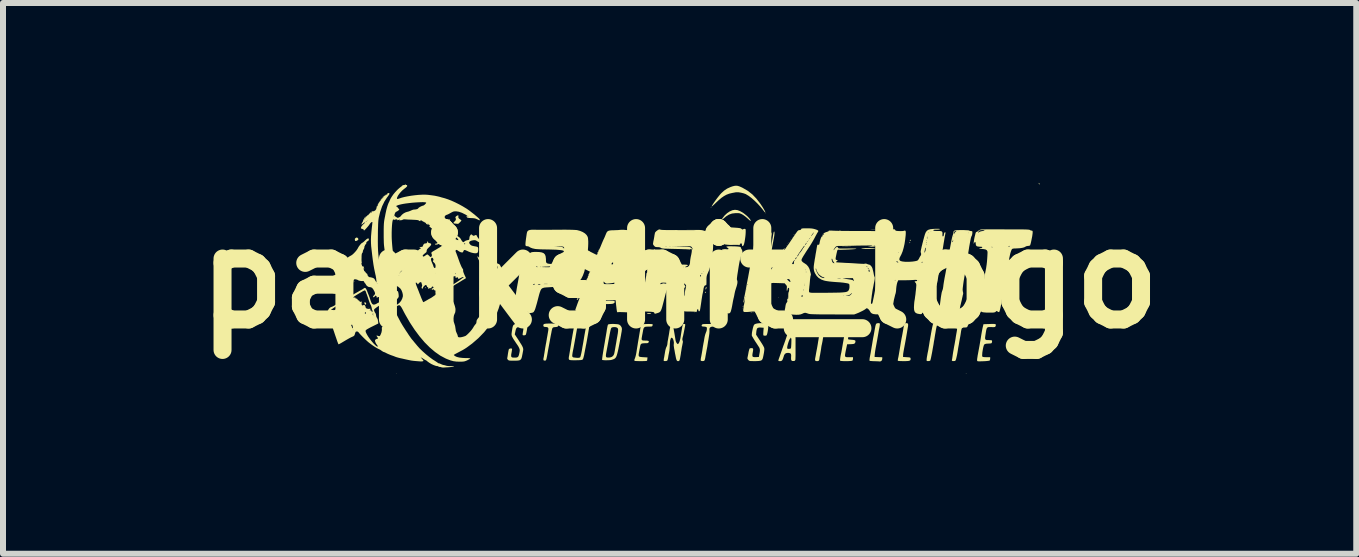
<source format=kicad_pcb>
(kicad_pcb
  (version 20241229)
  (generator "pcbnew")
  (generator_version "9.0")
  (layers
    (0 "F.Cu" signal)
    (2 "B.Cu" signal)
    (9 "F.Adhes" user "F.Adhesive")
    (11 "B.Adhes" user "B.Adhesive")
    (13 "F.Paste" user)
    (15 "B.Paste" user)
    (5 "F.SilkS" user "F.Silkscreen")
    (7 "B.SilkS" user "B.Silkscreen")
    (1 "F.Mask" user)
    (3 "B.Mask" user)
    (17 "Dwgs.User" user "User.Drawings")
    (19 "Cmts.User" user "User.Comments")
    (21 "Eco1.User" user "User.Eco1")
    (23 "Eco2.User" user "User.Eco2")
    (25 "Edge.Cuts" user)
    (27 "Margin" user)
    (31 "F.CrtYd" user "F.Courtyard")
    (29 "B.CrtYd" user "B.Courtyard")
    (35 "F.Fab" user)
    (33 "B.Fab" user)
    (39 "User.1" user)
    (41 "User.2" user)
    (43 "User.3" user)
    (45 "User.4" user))
  (footprint "parikshit_logo"
    (layer "F.Cu")
    (at 8.28 1.587)
    (property "Reference" "parikshit_logo" (at 0 0 0) (layer "F.SilkS") (effects (font (size 1.524 1.524) (thickness 0.3))))
    (attr board_only exclude_from_pos_files exclude_from_bom)
    (fp_poly (pts (xy -5.665 0.178) (xy -5.669 0.182) (xy -5.673 0.178) (xy -5.669 0.175)) (stroke (width 0) (type solid)) (fill yes) (layer "F.SilkS"))
    (fp_poly (pts (xy -5.651 0.273) (xy -5.655 0.277) (xy -5.658 0.273) (xy -5.655 0.269)) (stroke (width 0) (type solid)) (fill yes) (layer "F.SilkS"))
    (fp_poly (pts (xy -5.287 0.419) (xy -5.29 0.422) (xy -5.294 0.419) (xy -5.29 0.415)) (stroke (width 0) (type solid)) (fill yes) (layer "F.SilkS"))
    (fp_poly (pts (xy -5.265 -0.47) (xy -5.269 -0.466) (xy -5.272 -0.47) (xy -5.269 -0.473)) (stroke (width 0) (type solid)) (fill yes) (layer "F.SilkS"))
    (fp_poly (pts (xy -5.25 -0.164) (xy -5.254 -0.16) (xy -5.258 -0.164) (xy -5.254 -0.167)) (stroke (width 0) (type solid)) (fill yes) (layer "F.SilkS"))
    (fp_poly (pts (xy -5.178 0.492) (xy -5.181 0.495) (xy -5.185 0.492) (xy -5.181 0.488)) (stroke (width 0) (type solid)) (fill yes) (layer "F.SilkS"))
    (fp_poly (pts (xy -4.719 1.591) (xy -4.722 1.595) (xy -4.726 1.591) (xy -4.722 1.587)) (stroke (width 0) (type solid)) (fill yes) (layer "F.SilkS"))
    (fp_poly (pts (xy -4.529 -0.317) (xy -4.533 -0.313) (xy -4.537 -0.317) (xy -4.533 -0.32)) (stroke (width 0) (type solid)) (fill yes) (layer "F.SilkS"))
    (fp_poly (pts (xy -4.289 -0.535) (xy -4.293 -0.532) (xy -4.296 -0.535) (xy -4.293 -0.539)) (stroke (width 0) (type solid)) (fill yes) (layer "F.SilkS"))
    (fp_poly (pts (xy -4.144 0.193) (xy -4.147 0.197) (xy -4.151 0.193) (xy -4.147 0.189)) (stroke (width 0) (type solid)) (fill yes) (layer "F.SilkS"))
    (fp_poly (pts (xy -3.838 -0.047) (xy -3.841 -0.044) (xy -3.845 -0.047) (xy -3.841 -0.051)) (stroke (width 0) (type solid)) (fill yes) (layer "F.SilkS"))
    (fp_poly (pts (xy -3.707 0.018) (xy -3.71 0.022) (xy -3.714 0.018) (xy -3.71 0.015)) (stroke (width 0) (type solid)) (fill yes) (layer "F.SilkS"))
    (fp_poly (pts (xy -1.675 0.309) (xy -1.679 0.313) (xy -1.682 0.309) (xy -1.679 0.306)) (stroke (width 0) (type solid)) (fill yes) (layer "F.SilkS"))
    (fp_poly (pts (xy -1.609 0.164) (xy -1.613 0.167) (xy -1.617 0.164) (xy -1.613 0.16)) (stroke (width 0) (type solid)) (fill yes) (layer "F.SilkS"))
    (fp_poly (pts (xy -1.347 -0.47) (xy -1.351 -0.466) (xy -1.354 -0.47) (xy -1.351 -0.473)) (stroke (width 0) (type solid)) (fill yes) (layer "F.SilkS"))
    (fp_poly (pts (xy -0.524 -0.208) (xy -0.528 -0.204) (xy -0.532 -0.208) (xy -0.528 -0.211)) (stroke (width 0) (type solid)) (fill yes) (layer "F.SilkS"))
    (fp_poly (pts (xy 1.049 0.513) (xy 1.045 0.517) (xy 1.041 0.513) (xy 1.045 0.51)) (stroke (width 0) (type solid)) (fill yes) (layer "F.SilkS"))
    (fp_poly (pts (xy 1.238 0.572) (xy 1.234 0.575) (xy 1.231 0.572) (xy 1.234 0.568)) (stroke (width 0) (type solid)) (fill yes) (layer "F.SilkS"))
    (fp_poly (pts (xy 1.442 -1.081) (xy 1.438 -1.078) (xy 1.435 -1.081) (xy 1.438 -1.085)) (stroke (width 0) (type solid)) (fill yes) (layer "F.SilkS"))
    (fp_poly (pts (xy 1.791 -0.55) (xy 1.788 -0.546) (xy 1.784 -0.55) (xy 1.788 -0.553)) (stroke (width 0) (type solid)) (fill yes) (layer "F.SilkS"))
    (fp_poly (pts (xy 1.806 -0.572) (xy 1.802 -0.568) (xy 1.799 -0.572) (xy 1.802 -0.575)) (stroke (width 0) (type solid)) (fill yes) (layer "F.SilkS"))
    (fp_poly (pts (xy 1.806 0.317) (xy 1.802 0.32) (xy 1.799 0.317) (xy 1.802 0.313)) (stroke (width 0) (type solid)) (fill yes) (layer "F.SilkS"))
    (fp_poly (pts (xy 1.821 -0.593) (xy 1.817 -0.59) (xy 1.813 -0.593) (xy 1.817 -0.597)) (stroke (width 0) (type solid)) (fill yes) (layer "F.SilkS"))
    (fp_poly (pts (xy 1.85 -0.637) (xy 1.846 -0.634) (xy 1.842 -0.637) (xy 1.846 -0.641)) (stroke (width 0) (type solid)) (fill yes) (layer "F.SilkS"))
    (fp_poly (pts (xy 1.879 -0.681) (xy 1.875 -0.677) (xy 1.872 -0.681) (xy 1.875 -0.685)) (stroke (width 0) (type solid)) (fill yes) (layer "F.SilkS"))
    (fp_poly (pts (xy 2.476 -0.783) (xy 2.472 -0.779) (xy 2.469 -0.783) (xy 2.472 -0.786)) (stroke (width 0) (type solid)) (fill yes) (layer "F.SilkS"))
    (fp_poly (pts (xy -5.661 0.217) (xy -5.66 0.228) (xy -5.661 0.231) (xy -5.664 0.229) (xy -5.665 0.221) (xy -5.663 0.214)) (stroke (width 0) (type solid)) (fill yes) (layer "F.SilkS"))
    (fp_poly (pts (xy -5.413 0.053) (xy -5.412 0.062) (xy -5.413 0.063) (xy -5.417 0.062) (xy -5.418 0.058) (xy -5.415 0.052)) (stroke (width 0) (type solid)) (fill yes) (layer "F.SilkS"))
    (fp_poly (pts (xy -3.942 -0.121) (xy -3.943 -0.117) (xy -3.947 -0.117) (xy -3.953 -0.119) (xy -3.952 -0.121) (xy -3.943 -0.122)) (stroke (width 0) (type solid)) (fill yes) (layer "F.SilkS"))
    (fp_poly (pts (xy 0.041 0.476) (xy 0.042 0.484) (xy 0.041 0.485) (xy 0.037 0.484) (xy 0.036 0.481) (xy 0.039 0.475)) (stroke (width 0) (type solid)) (fill yes) (layer "F.SilkS"))
    (fp_poly (pts (xy 0.063 0.367) (xy 0.064 0.375) (xy 0.063 0.376) (xy 0.059 0.375) (xy 0.058 0.371) (xy 0.061 0.365)) (stroke (width 0) (type solid)) (fill yes) (layer "F.SilkS"))
    (fp_poly (pts (xy 0.252 0.563) (xy 0.251 0.567) (xy 0.248 0.568) (xy 0.242 0.565) (xy 0.243 0.563) (xy 0.251 0.562)) (stroke (width 0) (type solid)) (fill yes) (layer "F.SilkS"))
    (fp_poly (pts (xy 0.522 0.501) (xy 0.523 0.512) (xy 0.521 0.515) (xy 0.518 0.513) (xy 0.518 0.505) (xy 0.519 0.498)) (stroke (width 0) (type solid)) (fill yes) (layer "F.SilkS"))
    (fp_poly (pts (xy 0.762 0.585) (xy 0.761 0.589) (xy 0.757 0.59) (xy 0.751 0.587) (xy 0.752 0.585) (xy 0.761 0.584)) (stroke (width 0) (type solid)) (fill yes) (layer "F.SilkS"))
    (fp_poly (pts (xy 1.651 0.316) (xy 1.65 0.32) (xy 1.646 0.32) (xy 1.64 0.318) (xy 1.641 0.316) (xy 1.65 0.315)) (stroke (width 0) (type solid)) (fill yes) (layer "F.SilkS"))
    (fp_poly (pts (xy 4.782 1.59) (xy 4.781 1.594) (xy 4.777 1.595) (xy 4.771 1.592) (xy 4.772 1.59) (xy 4.781 1.589)) (stroke (width 0) (type solid)) (fill yes) (layer "F.SilkS"))
    (fp_poly (pts (xy -5.583 0.622) (xy -5.583 0.633) (xy -5.589 0.638) (xy -5.597 0.633) (xy -5.597 0.621) (xy -5.594 0.618) (xy -5.587 0.616)) (stroke (width 0) (type solid)) (fill yes) (layer "F.SilkS"))
    (fp_poly (pts (xy -5.034 -1.22) (xy -5.038 -1.214) (xy -5.044 -1.21) (xy -5.043 -1.217) (xy -5.042 -1.218) (xy -5.037 -1.227) (xy -5.033 -1.227)) (stroke (width 0) (type solid)) (fill yes) (layer "F.SilkS"))
    (fp_poly (pts (xy -1.663 0.288) (xy -1.667 0.293) (xy -1.673 0.298) (xy -1.671 0.291) (xy -1.671 0.289) (xy -1.665 0.28) (xy -1.662 0.28)) (stroke (width 0) (type solid)) (fill yes) (layer "F.SilkS"))
    (fp_poly (pts (xy -1.626 0.208) (xy -1.63 0.213) (xy -1.636 0.218) (xy -1.635 0.21) (xy -1.634 0.209) (xy -1.629 0.2) (xy -1.625 0.2)) (stroke (width 0) (type solid)) (fill yes) (layer "F.SilkS"))
    (fp_poly (pts (xy -4.767 0.279) (xy -4.764 0.286) (xy -4.766 0.296) (xy -4.777 0.299) (xy -4.789 0.295) (xy -4.79 0.286) (xy -4.783 0.275) (xy -4.777 0.273)) (stroke (width 0) (type solid)) (fill yes) (layer "F.SilkS"))
    (fp_poly (pts (xy -4.231 0.158) (xy -4.231 0.16) (xy -4.236 0.167) (xy -4.238 0.167) (xy -4.245 0.162) (xy -4.245 0.16) (xy -4.24 0.153) (xy -4.238 0.153)) (stroke (width 0) (type solid)) (fill yes) (layer "F.SilkS"))
    (fp_poly (pts (xy 0.436 0.232) (xy 0.437 0.237) (xy 0.433 0.246) (xy 0.43 0.248) (xy 0.423 0.242) (xy 0.422 0.237) (xy 0.426 0.227) (xy 0.43 0.226)) (stroke (width 0) (type solid)) (fill yes) (layer "F.SilkS"))
    (fp_poly (pts (xy 0.529 -1.182) (xy 0.528 -1.18) (xy 0.521 -1.173) (xy 0.52 -1.172) (xy 0.519 -1.177) (xy 0.521 -1.18) (xy 0.528 -1.187) (xy 0.529 -1.187)) (stroke (width 0) (type solid)) (fill yes) (layer "F.SilkS"))
    (fp_poly (pts (xy 1.061 0.458) (xy 1.062 0.461) (xy 1.061 0.476) (xy 1.057 0.482) (xy 1.053 0.482) (xy 1.055 0.469) (xy 1.055 0.468) (xy 1.058 0.456)) (stroke (width 0) (type solid)) (fill yes) (layer "F.SilkS"))
    (fp_poly (pts (xy 1.214 0.57) (xy 1.216 0.572) (xy 1.206 0.573) (xy 1.198 0.573) (xy 1.184 0.573) (xy 1.182 0.571) (xy 1.185 0.57) (xy 1.204 0.569)) (stroke (width 0) (type solid)) (fill yes) (layer "F.SilkS"))
    (fp_poly (pts (xy 1.913 -0.731) (xy 1.912 -0.728) (xy 1.905 -0.721) (xy 1.903 -0.721) (xy 1.903 -0.726) (xy 1.904 -0.728) (xy 1.911 -0.735) (xy 1.912 -0.735)) (stroke (width 0) (type solid)) (fill yes) (layer "F.SilkS"))
    (fp_poly (pts (xy 2.685 -0.799) (xy 2.688 -0.797) (xy 2.677 -0.796) (xy 2.673 -0.795) (xy 2.659 -0.796) (xy 2.658 -0.798) (xy 2.66 -0.799) (xy 2.678 -0.8)) (stroke (width 0) (type solid)) (fill yes) (layer "F.SilkS"))
    (fp_poly (pts (xy 3.845 -0.592) (xy 3.845 -0.59) (xy 3.839 -0.583) (xy 3.838 -0.583) (xy 3.831 -0.588) (xy 3.83 -0.59) (xy 3.836 -0.597) (xy 3.838 -0.597)) (stroke (width 0) (type solid)) (fill yes) (layer "F.SilkS"))
    (fp_poly (pts (xy 3.851 -0.635) (xy 3.852 -0.63) (xy 3.848 -0.62) (xy 3.845 -0.619) (xy 3.838 -0.625) (xy 3.838 -0.63) (xy 3.842 -0.64) (xy 3.845 -0.641)) (stroke (width 0) (type solid)) (fill yes) (layer "F.SilkS"))
    (fp_poly (pts (xy -5.238 0.405) (xy -5.228 0.416) (xy -5.225 0.43) (xy -5.231 0.44) (xy -5.236 0.442) (xy -5.248 0.437) (xy -5.253 0.424) (xy -5.254 0.406) (xy -5.249 0.4)) (stroke (width 0) (type solid)) (fill yes) (layer "F.SilkS"))
    (fp_poly (pts (xy 0.447 0.146) (xy 0.449 0.156) (xy 0.446 0.17) (xy 0.441 0.184) (xy 0.435 0.189) (xy 0.431 0.183) (xy 0.433 0.169) (xy 0.439 0.15) (xy 0.444 0.145)) (stroke (width 0) (type solid)) (fill yes) (layer "F.SilkS"))
    (fp_poly (pts (xy -1.683 0.324) (xy -1.686 0.336) (xy -1.691 0.346) (xy -1.701 0.361) (xy -1.71 0.363) (xy -1.714 0.358) (xy -1.712 0.349) (xy -1.702 0.336) (xy -1.7 0.335) (xy -1.687 0.324)) (stroke (width 0) (type solid)) (fill yes) (layer "F.SilkS"))
    (fp_poly (pts (xy 5.998 -1.582) (xy 6 -1.573) (xy 5.999 -1.561) (xy 5.997 -1.558) (xy 5.994 -1.564) (xy 5.993 -1.569) (xy 5.988 -1.58) (xy 5.984 -1.583) (xy 5.982 -1.586) (xy 5.988 -1.587)) (stroke (width 0) (type solid)) (fill yes) (layer "F.SilkS"))
    (fp_poly (pts (xy 3.254 -0.807) (xy 3.264 -0.806) (xy 3.273 -0.805) (xy 3.269 -0.805) (xy 3.252 -0.804) (xy 3.226 -0.804) (xy 3.199 -0.804) (xy 3.183 -0.805) (xy 3.179 -0.805) (xy 3.188 -0.806) (xy 3.22 -0.807)) (stroke (width 0) (type solid)) (fill yes) (layer "F.SilkS"))
    (fp_poly (pts (xy -0.489 0.584) (xy -0.476 0.587) (xy -0.473 0.59) (xy -0.48 0.594) (xy -0.497 0.597) (xy -0.51 0.597) (xy -0.531 0.596) (xy -0.544 0.592) (xy -0.546 0.59) (xy -0.54 0.586) (xy -0.523 0.583) (xy -0.51 0.583)) (stroke (width 0) (type solid)) (fill yes) (layer "F.SilkS"))
    (fp_poly (pts (xy 2.805 -0.523) (xy 2.842 -0.522) (xy 2.855 -0.522) (xy 2.854 -0.521) (xy 2.841 -0.52) (xy 2.816 -0.52) (xy 2.782 -0.52) (xy 2.747 -0.52) (xy 2.722 -0.52) (xy 2.709 -0.521) (xy 2.709 -0.522) (xy 2.722 -0.522) (xy 2.761 -0.523)) (stroke (width 0) (type solid)) (fill yes) (layer "F.SilkS"))
    (fp_poly (pts (xy -5.367 -0.671) (xy -5.359 -0.661) (xy -5.355 -0.648) (xy -5.36 -0.638) (xy -5.367 -0.632) (xy -5.383 -0.623) (xy -5.398 -0.619) (xy -5.409 -0.621) (xy -5.411 -0.626) (xy -5.413 -0.638) (xy -5.415 -0.643) (xy -5.413 -0.656) (xy -5.402 -0.669) (xy -5.386 -0.677) (xy -5.381 -0.677)) (stroke (width 0) (type solid)) (fill yes) (layer "F.SilkS"))
    (fp_poly (pts (xy -0.674 0.292) (xy -0.67 0.302) (xy -0.667 0.321) (xy -0.666 0.345) (xy -0.665 0.369) (xy -0.665 0.391) (xy -0.666 0.405) (xy -0.668 0.408) (xy -0.673 0.401) (xy -0.677 0.383) (xy -0.681 0.358) (xy -0.681 0.353) (xy -0.683 0.318) (xy -0.682 0.297) (xy -0.678 0.29)) (stroke (width 0) (type solid)) (fill yes) (layer "F.SilkS"))
    (fp_poly (pts (xy 3.192 -0.502) (xy 3.228 -0.501) (xy 3.251 -0.499) (xy 3.262 -0.496) (xy 3.262 -0.495) (xy 3.255 -0.492) (xy 3.235 -0.49) (xy 3.202 -0.489) (xy 3.158 -0.488) (xy 3.146 -0.488) (xy 3.099 -0.488) (xy 3.064 -0.49) (xy 3.04 -0.492) (xy 3.03 -0.494) (xy 3.029 -0.495) (xy 3.036 -0.498) (xy 3.057 -0.5) (xy 3.09 -0.502) (xy 3.134 -0.502) (xy 3.146 -0.502)) (stroke (width 0) (type solid)) (fill yes) (layer "F.SilkS"))
    (fp_poly (pts (xy -3.219 -0.659) (xy -3.212 -0.643) (xy -3.211 -0.635) (xy -3.206 -0.617) (xy -3.194 -0.598) (xy -3.193 -0.597) (xy -3.183 -0.585) (xy -3.175 -0.57) (xy -3.168 -0.55) (xy -3.159 -0.52) (xy -3.155 -0.504) (xy -3.156 -0.491) (xy -3.166 -0.488) (xy -3.18 -0.494) (xy -3.185 -0.499) (xy -3.194 -0.513) (xy -3.203 -0.534) (xy -3.205 -0.541) (xy -3.214 -0.566) (xy -3.228 -0.594) (xy -3.234 -0.604) (xy -3.248 -0.628) (xy -3.254 -0.643) (xy -3.252 -0.655) (xy -3.244 -0.663) (xy -3.231 -0.667)) (stroke (width 0) (type solid)) (fill yes) (layer "F.SilkS"))
    (fp_poly (pts (xy -3.687 -1.038) (xy -3.688 -1.028) (xy -3.689 -1.012) (xy -3.682 -0.999) (xy -3.671 -0.988) (xy -3.654 -0.976) (xy -3.641 -0.967) (xy -3.64 -0.967) (xy -3.638 -0.96) (xy -3.648 -0.946) (xy -3.66 -0.933) (xy -3.677 -0.917) (xy -3.689 -0.907) (xy -3.693 -0.904) (xy -3.701 -0.906) (xy -3.719 -0.907) (xy -3.728 -0.908) (xy -3.755 -0.911) (xy -3.769 -0.915) (xy -3.77 -0.922) (xy -3.762 -0.934) (xy -3.754 -0.942) (xy -3.735 -0.963) (xy -3.729 -0.981) (xy -3.733 -1) (xy -3.736 -1.005) (xy -3.738 -1.016) (xy -3.731 -1.026) (xy -3.722 -1.034) (xy -3.701 -1.046) (xy -3.69 -1.047)) (stroke (width 0) (type solid)) (fill yes) (layer "F.SilkS"))
    (fp_poly (pts (xy 0.965 -1.134) (xy 1.009 -1.117) (xy 1.057 -1.09) (xy 1.101 -1.056) (xy 1.129 -1.032) (xy 1.152 -1.008) (xy 1.171 -0.986) (xy 1.183 -0.969) (xy 1.186 -0.958) (xy 1.182 -0.954) (xy 1.174 -0.959) (xy 1.159 -0.972) (xy 1.139 -0.99) (xy 1.128 -1) (xy 1.1 -1.024) (xy 1.07 -1.046) (xy 1.043 -1.063) (xy 1.038 -1.066) (xy 1.015 -1.076) (xy 0.996 -1.082) (xy 0.976 -1.084) (xy 0.948 -1.084) (xy 0.933 -1.084) (xy 0.874 -1.077) (xy 0.823 -1.059) (xy 0.776 -1.03) (xy 0.75 -1.008) (xy 0.729 -0.99) (xy 0.714 -0.98) (xy 0.707 -0.98) (xy 0.709 -0.989) (xy 0.715 -0.999) (xy 0.75 -1.044) (xy 0.791 -1.082) (xy 0.835 -1.112) (xy 0.88 -1.132) (xy 0.922 -1.139) (xy 0.925 -1.139)) (stroke (width 0) (type solid)) (fill yes) (layer "F.SilkS"))
    (fp_poly (pts (xy -4.754 0.191) (xy -4.727 0.202) (xy -4.726 0.202) (xy -4.711 0.213) (xy -4.699 0.218) (xy -4.698 0.218) (xy -4.694 0.225) (xy -4.689 0.242) (xy -4.685 0.265) (xy -4.683 0.291) (xy -4.682 0.304) (xy -4.689 0.324) (xy -4.708 0.347) (xy -4.712 0.351) (xy -4.731 0.367) (xy -4.746 0.375) (xy -4.765 0.378) (xy -4.776 0.378) (xy -4.8 0.376) (xy -4.821 0.374) (xy -4.826 0.374) (xy -4.837 0.369) (xy -4.839 0.364) (xy -4.84 0.356) (xy -4.846 0.352) (xy -4.856 0.344) (xy -4.857 0.339) (xy -4.863 0.328) (xy -4.867 0.326) (xy -4.872 0.317) (xy -4.874 0.298) (xy -4.874 0.288) (xy -4.805 0.288) (xy -4.801 0.299) (xy -4.795 0.306) (xy -4.782 0.318) (xy -4.771 0.318) (xy -4.759 0.309) (xy -4.75 0.296) (xy -4.748 0.288) (xy -4.754 0.274) (xy -4.766 0.261) (xy -4.78 0.255) (xy -4.79 0.261) (xy -4.799 0.273) (xy -4.805 0.288) (xy -4.874 0.288) (xy -4.873 0.275) (xy -4.869 0.251) (xy -4.863 0.235) (xy -4.844 0.212) (xy -4.817 0.197) (xy -4.785 0.189)) (stroke (width 0) (type solid)) (fill yes) (layer "F.SilkS"))
    (fp_poly (pts (xy 4.28 0.752) (xy 4.292 0.759) (xy 4.293 0.775) (xy 4.29 0.789) (xy 4.285 0.807) (xy 4.279 0.834) (xy 4.272 0.869) (xy 4.267 0.901) (xy 4.26 0.939) (xy 4.254 0.977) (xy 4.249 1.009) (xy 4.246 1.027) (xy 4.24 1.058) (xy 4.235 1.093) (xy 4.232 1.111) (xy 4.22 1.177) (xy 4.21 1.235) (xy 4.2 1.286) (xy 4.192 1.326) (xy 4.185 1.355) (xy 4.18 1.371) (xy 4.179 1.374) (xy 4.167 1.38) (xy 4.149 1.383) (xy 4.131 1.383) (xy 4.119 1.378) (xy 4.119 1.377) (xy 4.118 1.367) (xy 4.119 1.346) (xy 4.123 1.317) (xy 4.129 1.284) (xy 4.135 1.25) (xy 4.136 1.245) (xy 4.14 1.226) (xy 4.146 1.197) (xy 4.152 1.16) (xy 4.159 1.119) (xy 4.162 1.1) (xy 4.169 1.055) (xy 4.177 1.01) (xy 4.184 0.969) (xy 4.19 0.937) (xy 4.191 0.928) (xy 4.201 0.874) (xy 4.209 0.832) (xy 4.216 0.802) (xy 4.221 0.78) (xy 4.226 0.766) (xy 4.231 0.758) (xy 4.237 0.754) (xy 4.245 0.752) (xy 4.255 0.751) (xy 4.256 0.751)) (stroke (width 0) (type solid)) (fill yes) (layer "F.SilkS"))
    (fp_poly (pts (xy 3.326 0.751) (xy 3.338 0.756) (xy 3.338 0.756) (xy 3.339 0.766) (xy 3.337 0.786) (xy 3.333 0.813) (xy 3.331 0.824) (xy 3.324 0.858) (xy 3.318 0.891) (xy 3.314 0.918) (xy 3.313 0.921) (xy 3.292 1.042) (xy 3.28 1.107) (xy 3.269 1.166) (xy 3.261 1.213) (xy 3.256 1.25) (xy 3.253 1.278) (xy 3.252 1.285) (xy 3.251 1.314) (xy 3.315 1.317) (xy 3.379 1.319) (xy 3.379 1.343) (xy 3.374 1.367) (xy 3.363 1.38) (xy 3.35 1.387) (xy 3.343 1.389) (xy 3.334 1.389) (xy 3.314 1.387) (xy 3.286 1.386) (xy 3.255 1.385) (xy 3.222 1.384) (xy 3.194 1.382) (xy 3.174 1.38) (xy 3.167 1.378) (xy 3.166 1.369) (xy 3.167 1.349) (xy 3.171 1.321) (xy 3.176 1.296) (xy 3.184 1.255) (xy 3.192 1.206) (xy 3.2 1.159) (xy 3.204 1.136) (xy 3.211 1.095) (xy 3.219 1.046) (xy 3.228 0.995) (xy 3.237 0.95) (xy 3.244 0.91) (xy 3.251 0.87) (xy 3.257 0.837) (xy 3.262 0.813) (xy 3.262 0.809) (xy 3.268 0.785) (xy 3.274 0.767) (xy 3.278 0.76) (xy 3.29 0.754) (xy 3.308 0.75)) (stroke (width 0) (type solid)) (fill yes) (layer "F.SilkS"))
    (fp_poly (pts (xy 0.966 -1.539) (xy 0.994 -1.531) (xy 1.029 -1.516) (xy 1.052 -1.505) (xy 1.136 -1.456) (xy 1.212 -1.397) (xy 1.281 -1.325) (xy 1.346 -1.241) (xy 1.358 -1.223) (xy 1.384 -1.184) (xy 1.404 -1.15) (xy 1.419 -1.123) (xy 1.428 -1.104) (xy 1.431 -1.094) (xy 1.428 -1.093) (xy 1.417 -1.103) (xy 1.4 -1.124) (xy 1.39 -1.138) (xy 1.347 -1.191) (xy 1.299 -1.243) (xy 1.249 -1.292) (xy 1.199 -1.336) (xy 1.151 -1.372) (xy 1.108 -1.398) (xy 1.101 -1.402) (xy 1.067 -1.414) (xy 1.027 -1.424) (xy 0.986 -1.431) (xy 0.95 -1.432) (xy 0.936 -1.431) (xy 0.877 -1.42) (xy 0.827 -1.408) (xy 0.782 -1.391) (xy 0.74 -1.368) (xy 0.698 -1.339) (xy 0.653 -1.301) (xy 0.606 -1.257) (xy 0.581 -1.233) (xy 0.559 -1.213) (xy 0.544 -1.2) (xy 0.536 -1.195) (xy 0.535 -1.195) (xy 0.537 -1.203) (xy 0.547 -1.22) (xy 0.562 -1.244) (xy 0.582 -1.273) (xy 0.605 -1.305) (xy 0.629 -1.337) (xy 0.653 -1.367) (xy 0.675 -1.394) (xy 0.693 -1.414) (xy 0.742 -1.459) (xy 0.791 -1.492) (xy 0.845 -1.517) (xy 0.881 -1.53) (xy 0.913 -1.538) (xy 0.94 -1.541)) (stroke (width 0) (type solid)) (fill yes) (layer "F.SilkS"))
    (fp_poly (pts (xy 3.796 0.752) (xy 3.806 0.759) (xy 3.81 0.774) (xy 3.809 0.799) (xy 3.804 0.827) (xy 3.798 0.862) (xy 3.792 0.898) (xy 3.787 0.928) (xy 3.787 0.928) (xy 3.773 1.01) (xy 3.757 1.098) (xy 3.74 1.188) (xy 3.739 1.194) (xy 3.733 1.227) (xy 3.728 1.258) (xy 3.726 1.281) (xy 3.726 1.285) (xy 3.725 1.314) (xy 3.787 1.318) (xy 3.817 1.32) (xy 3.835 1.322) (xy 3.845 1.326) (xy 3.849 1.332) (xy 3.851 1.341) (xy 3.851 1.357) (xy 3.846 1.368) (xy 3.834 1.376) (xy 3.812 1.381) (xy 3.78 1.383) (xy 3.736 1.384) (xy 3.736 1.384) (xy 3.7 1.383) (xy 3.67 1.382) (xy 3.649 1.38) (xy 3.639 1.378) (xy 3.638 1.378) (xy 3.638 1.368) (xy 3.64 1.349) (xy 3.642 1.34) (xy 3.648 1.314) (xy 3.655 1.275) (xy 3.664 1.222) (xy 3.675 1.156) (xy 3.688 1.077) (xy 3.688 1.074) (xy 3.695 1.037) (xy 3.702 0.997) (xy 3.709 0.963) (xy 3.71 0.958) (xy 3.716 0.926) (xy 3.723 0.887) (xy 3.73 0.848) (xy 3.731 0.839) (xy 3.738 0.801) (xy 3.745 0.776) (xy 3.753 0.76) (xy 3.764 0.752) (xy 3.778 0.75) (xy 3.779 0.75)) (stroke (width 0) (type solid)) (fill yes) (layer "F.SilkS"))
    (fp_poly (pts (xy 0.844 -0.849) (xy 0.853 -0.847) (xy 0.873 -0.845) (xy 0.902 -0.843) (xy 0.932 -0.841) (xy 0.97 -0.838) (xy 0.996 -0.835) (xy 1.014 -0.832) (xy 1.026 -0.826) (xy 1.032 -0.821) (xy 1.045 -0.811) (xy 1.055 -0.812) (xy 1.059 -0.815) (xy 1.074 -0.821) (xy 1.086 -0.822) (xy 1.095 -0.819) (xy 1.1 -0.814) (xy 1.102 -0.801) (xy 1.102 -0.779) (xy 1.102 -0.767) (xy 1.1 -0.73) (xy 1.096 -0.689) (xy 1.09 -0.647) (xy 1.084 -0.609) (xy 1.077 -0.578) (xy 1.07 -0.555) (xy 1.067 -0.549) (xy 1.055 -0.535) (xy 1.046 -0.533) (xy 1.041 -0.543) (xy 1.041 -0.546) (xy 1.038 -0.568) (xy 1.03 -0.58) (xy 1.02 -0.581) (xy 1.01 -0.57) (xy 1.008 -0.567) (xy 0.999 -0.553) (xy 0.99 -0.548) (xy 0.984 -0.547) (xy 0.988 -0.551) (xy 0.986 -0.554) (xy 0.971 -0.555) (xy 0.945 -0.555) (xy 0.928 -0.555) (xy 0.879 -0.554) (xy 0.833 -0.554) (xy 0.793 -0.557) (xy 0.761 -0.561) (xy 0.739 -0.567) (xy 0.73 -0.574) (xy 0.729 -0.586) (xy 0.731 -0.61) (xy 0.735 -0.641) (xy 0.741 -0.677) (xy 0.747 -0.713) (xy 0.754 -0.748) (xy 0.761 -0.778) (xy 0.767 -0.798) (xy 0.769 -0.803) (xy 0.786 -0.826) (xy 0.81 -0.84) (xy 0.829 -0.847) (xy 0.842 -0.849)) (stroke (width 0) (type solid)) (fill yes) (layer "F.SilkS"))
    (fp_poly (pts (xy -2.098 0.758) (xy -2.065 0.759) (xy -2.042 0.762) (xy -2.029 0.766) (xy -2.023 0.773) (xy -2.022 0.784) (xy -2.024 0.794) (xy -2.028 0.804) (xy -2.037 0.81) (xy -2.053 0.814) (xy -2.071 0.816) (xy -2.095 0.818) (xy -2.111 0.824) (xy -2.121 0.835) (xy -2.127 0.854) (xy -2.133 0.881) (xy -2.138 0.909) (xy -2.146 0.948) (xy -2.155 0.996) (xy -2.164 1.048) (xy -2.174 1.102) (xy -2.184 1.156) (xy -2.193 1.204) (xy -2.199 1.238) (xy -2.207 1.285) (xy -2.214 1.319) (xy -2.219 1.344) (xy -2.224 1.359) (xy -2.228 1.368) (xy -2.233 1.373) (xy -2.24 1.374) (xy -2.245 1.375) (xy -2.263 1.373) (xy -2.269 1.366) (xy -2.271 1.351) (xy -2.269 1.334) (xy -2.265 1.318) (xy -2.261 1.293) (xy -2.256 1.261) (xy -2.253 1.245) (xy -2.247 1.205) (xy -2.24 1.161) (xy -2.233 1.122) (xy -2.232 1.114) (xy -2.225 1.079) (xy -2.219 1.044) (xy -2.214 1.016) (xy -2.214 1.012) (xy -2.209 0.986) (xy -2.203 0.952) (xy -2.197 0.916) (xy -2.195 0.905) (xy -2.189 0.868) (xy -2.187 0.843) (xy -2.192 0.828) (xy -2.203 0.819) (xy -2.221 0.815) (xy -2.234 0.814) (xy -2.256 0.812) (xy -2.266 0.807) (xy -2.27 0.797) (xy -2.271 0.795) (xy -2.272 0.782) (xy -2.268 0.772) (xy -2.259 0.765) (xy -2.242 0.761) (xy -2.216 0.758) (xy -2.178 0.757) (xy -2.145 0.757)) (stroke (width 0) (type solid)) (fill yes) (layer "F.SilkS"))
    (fp_poly (pts (xy 4.766 0.751) (xy 4.79 0.753) (xy 4.805 0.757) (xy 4.811 0.764) (xy 4.812 0.773) (xy 4.807 0.787) (xy 4.803 0.797) (xy 4.796 0.812) (xy 4.788 0.819) (xy 4.775 0.822) (xy 4.752 0.823) (xy 4.73 0.824) (xy 4.716 0.828) (xy 4.706 0.837) (xy 4.699 0.855) (xy 4.693 0.883) (xy 4.69 0.903) (xy 4.685 0.937) (xy 4.679 0.974) (xy 4.675 0.994) (xy 4.664 1.053) (xy 4.655 1.108) (xy 4.646 1.156) (xy 4.64 1.194) (xy 4.639 1.202) (xy 4.633 1.239) (xy 4.626 1.277) (xy 4.618 1.313) (xy 4.611 1.343) (xy 4.604 1.365) (xy 4.6 1.374) (xy 4.589 1.381) (xy 4.57 1.383) (xy 4.552 1.382) (xy 4.541 1.377) (xy 4.54 1.376) (xy 4.539 1.365) (xy 4.54 1.363) (xy 4.543 1.353) (xy 4.546 1.333) (xy 4.55 1.306) (xy 4.551 1.299) (xy 4.555 1.27) (xy 4.561 1.231) (xy 4.569 1.187) (xy 4.576 1.144) (xy 4.577 1.14) (xy 4.585 1.099) (xy 4.592 1.059) (xy 4.598 1.025) (xy 4.602 1.001) (xy 4.602 0.998) (xy 4.607 0.967) (xy 4.613 0.932) (xy 4.617 0.91) (xy 4.623 0.875) (xy 4.626 0.851) (xy 4.626 0.836) (xy 4.62 0.829) (xy 4.609 0.826) (xy 4.593 0.824) (xy 4.592 0.824) (xy 4.563 0.821) (xy 4.547 0.815) (xy 4.542 0.803) (xy 4.546 0.785) (xy 4.547 0.781) (xy 4.556 0.754) (xy 4.681 0.752) (xy 4.73 0.751)) (stroke (width 0) (type solid)) (fill yes) (layer "F.SilkS"))
    (fp_poly (pts (xy 0.603 0.785) (xy 0.601 0.796) (xy 0.595 0.802) (xy 0.581 0.805) (xy 0.559 0.807) (xy 0.526 0.812) (xy 0.506 0.824) (xy 0.497 0.845) (xy 0.498 0.873) (xy 0.498 0.892) (xy 0.496 0.922) (xy 0.491 0.959) (xy 0.487 0.984) (xy 0.481 1.023) (xy 0.474 1.062) (xy 0.469 1.096) (xy 0.466 1.114) (xy 0.462 1.142) (xy 0.457 1.166) (xy 0.455 1.18) (xy 0.452 1.191) (xy 0.449 1.208) (xy 0.445 1.231) (xy 0.439 1.263) (xy 0.431 1.307) (xy 0.429 1.321) (xy 0.424 1.346) (xy 0.418 1.366) (xy 0.414 1.374) (xy 0.401 1.381) (xy 0.383 1.383) (xy 0.365 1.381) (xy 0.353 1.375) (xy 0.352 1.373) (xy 0.352 1.362) (xy 0.354 1.34) (xy 0.359 1.313) (xy 0.36 1.31) (xy 0.366 1.278) (xy 0.373 1.238) (xy 0.38 1.197) (xy 0.382 1.183) (xy 0.387 1.15) (xy 0.392 1.121) (xy 0.396 1.1) (xy 0.397 1.092) (xy 0.4 1.077) (xy 0.405 1.052) (xy 0.41 1.021) (xy 0.412 1.009) (xy 0.418 0.976) (xy 0.426 0.944) (xy 0.434 0.92) (xy 0.436 0.914) (xy 0.449 0.882) (xy 0.455 0.853) (xy 0.455 0.83) (xy 0.451 0.819) (xy 0.437 0.812) (xy 0.413 0.808) (xy 0.407 0.808) (xy 0.382 0.806) (xy 0.369 0.8) (xy 0.367 0.789) (xy 0.371 0.779) (xy 0.375 0.774) (xy 0.381 0.77) (xy 0.392 0.767) (xy 0.41 0.766) (xy 0.437 0.765) (xy 0.475 0.765) (xy 0.492 0.765) (xy 0.605 0.765)) (stroke (width 0) (type solid)) (fill yes) (layer "F.SilkS"))
    (fp_poly (pts (xy 2.448 0.758) (xy 2.483 0.758) (xy 2.506 0.761) (xy 2.52 0.765) (xy 2.526 0.772) (xy 2.526 0.782) (xy 2.523 0.796) (xy 2.522 0.799) (xy 2.516 0.811) (xy 2.508 0.817) (xy 2.492 0.82) (xy 2.474 0.821) (xy 2.45 0.824) (xy 2.432 0.829) (xy 2.425 0.833) (xy 2.422 0.843) (xy 2.416 0.865) (xy 2.409 0.897) (xy 2.402 0.935) (xy 2.396 0.969) (xy 2.389 1.011) (xy 2.383 1.049) (xy 2.377 1.079) (xy 2.373 1.099) (xy 2.371 1.107) (xy 2.368 1.119) (xy 2.364 1.141) (xy 2.36 1.169) (xy 2.36 1.172) (xy 2.354 1.209) (xy 2.347 1.249) (xy 2.342 1.278) (xy 2.336 1.306) (xy 2.332 1.331) (xy 2.33 1.348) (xy 2.327 1.365) (xy 2.322 1.375) (xy 2.308 1.382) (xy 2.289 1.384) (xy 2.271 1.381) (xy 2.26 1.373) (xy 2.26 1.372) (xy 2.258 1.358) (xy 2.26 1.338) (xy 2.263 1.322) (xy 2.268 1.296) (xy 2.274 1.261) (xy 2.281 1.223) (xy 2.283 1.212) (xy 2.291 1.171) (xy 2.298 1.131) (xy 2.304 1.096) (xy 2.308 1.07) (xy 2.308 1.067) (xy 2.313 1.039) (xy 2.319 1.004) (xy 2.325 0.966) (xy 2.328 0.954) (xy 2.333 0.92) (xy 2.338 0.888) (xy 2.341 0.863) (xy 2.341 0.856) (xy 2.341 0.827) (xy 2.303 0.824) (xy 2.281 0.823) (xy 2.269 0.819) (xy 2.265 0.812) (xy 2.265 0.798) (xy 2.265 0.784) (xy 2.269 0.774) (xy 2.277 0.766) (xy 2.291 0.761) (xy 2.314 0.759) (xy 2.347 0.758) (xy 2.393 0.757) (xy 2.401 0.757)) (stroke (width 0) (type solid)) (fill yes) (layer "F.SilkS"))
    (fp_poly (pts (xy 5.24 0.763) (xy 5.259 0.766) (xy 5.27 0.771) (xy 5.273 0.779) (xy 5.271 0.791) (xy 5.268 0.799) (xy 5.264 0.808) (xy 5.258 0.814) (xy 5.247 0.816) (xy 5.228 0.817) (xy 5.199 0.816) (xy 5.172 0.816) (xy 5.152 0.816) (xy 5.137 0.82) (xy 5.126 0.829) (xy 5.118 0.844) (xy 5.112 0.868) (xy 5.106 0.902) (xy 5.099 0.948) (xy 5.097 0.96) (xy 5.093 0.993) (xy 5.094 1.014) (xy 5.102 1.026) (xy 5.119 1.032) (xy 5.147 1.033) (xy 5.154 1.033) (xy 5.179 1.034) (xy 5.198 1.036) (xy 5.207 1.039) (xy 5.21 1.05) (xy 5.208 1.067) (xy 5.204 1.078) (xy 5.199 1.085) (xy 5.188 1.088) (xy 5.168 1.09) (xy 5.147 1.091) (xy 5.116 1.093) (xy 5.096 1.097) (xy 5.084 1.103) (xy 5.079 1.107) (xy 5.072 1.121) (xy 5.065 1.144) (xy 5.058 1.175) (xy 5.052 1.209) (xy 5.047 1.242) (xy 5.045 1.272) (xy 5.044 1.295) (xy 5.047 1.308) (xy 5.047 1.308) (xy 5.058 1.314) (xy 5.08 1.317) (xy 5.114 1.318) (xy 5.117 1.318) (xy 5.178 1.318) (xy 5.178 1.343) (xy 5.175 1.362) (xy 5.169 1.374) (xy 5.168 1.375) (xy 5.158 1.377) (xy 5.137 1.38) (xy 5.108 1.383) (xy 5.075 1.385) (xy 5.041 1.386) (xy 5.01 1.387) (xy 4.986 1.387) (xy 4.971 1.385) (xy 4.963 1.382) (xy 4.96 1.373) (xy 4.96 1.355) (xy 4.961 1.345) (xy 4.965 1.319) (xy 4.97 1.285) (xy 4.977 1.251) (xy 4.977 1.249) (xy 4.999 1.131) (xy 5.01 1.067) (xy 5.02 1.007) (xy 5.029 0.95) (xy 5.038 0.899) (xy 5.046 0.855) (xy 5.053 0.822) (xy 5.057 0.805) (xy 5.066 0.768) (xy 5.166 0.765) (xy 5.209 0.763)) (stroke (width 0) (type solid)) (fill yes) (layer "F.SilkS"))
    (fp_poly (pts (xy 2.933 0.75) (xy 2.962 0.752) (xy 2.98 0.755) (xy 2.989 0.761) (xy 2.992 0.771) (xy 2.99 0.786) (xy 2.987 0.795) (xy 2.981 0.819) (xy 2.913 0.823) (xy 2.844 0.827) (xy 2.836 0.852) (xy 2.83 0.872) (xy 2.824 0.902) (xy 2.818 0.937) (xy 2.813 0.973) (xy 2.809 1.004) (xy 2.809 1.005) (xy 2.809 1.014) (xy 2.812 1.02) (xy 2.823 1.023) (xy 2.843 1.025) (xy 2.863 1.027) (xy 2.897 1.03) (xy 2.919 1.035) (xy 2.93 1.043) (xy 2.932 1.056) (xy 2.931 1.065) (xy 2.925 1.081) (xy 2.916 1.091) (xy 2.9 1.097) (xy 2.874 1.1) (xy 2.851 1.101) (xy 2.793 1.103) (xy 2.78 1.165) (xy 2.769 1.216) (xy 2.762 1.254) (xy 2.758 1.281) (xy 2.758 1.299) (xy 2.764 1.31) (xy 2.775 1.316) (xy 2.792 1.318) (xy 2.815 1.318) (xy 2.83 1.318) (xy 2.891 1.318) (xy 2.891 1.342) (xy 2.888 1.361) (xy 2.882 1.375) (xy 2.882 1.375) (xy 2.872 1.378) (xy 2.85 1.381) (xy 2.822 1.383) (xy 2.788 1.384) (xy 2.755 1.384) (xy 2.723 1.383) (xy 2.697 1.381) (xy 2.68 1.378) (xy 2.676 1.376) (xy 2.675 1.365) (xy 2.677 1.343) (xy 2.681 1.314) (xy 2.687 1.281) (xy 2.694 1.248) (xy 2.695 1.245) (xy 2.698 1.229) (xy 2.703 1.202) (xy 2.709 1.167) (xy 2.716 1.127) (xy 2.72 1.103) (xy 2.728 1.058) (xy 2.736 1.013) (xy 2.743 0.972) (xy 2.749 0.939) (xy 2.75 0.928) (xy 2.756 0.895) (xy 2.762 0.862) (xy 2.767 0.835) (xy 2.767 0.834) (xy 2.771 0.81) (xy 2.773 0.791) (xy 2.774 0.785) (xy 2.776 0.772) (xy 2.784 0.762) (xy 2.798 0.756) (xy 2.822 0.752) (xy 2.856 0.75) (xy 2.892 0.75)) (stroke (width 0) (type solid)) (fill yes) (layer "F.SilkS"))
    (fp_poly (pts (xy -0.488 0.765) (xy -0.464 0.766) (xy -0.451 0.769) (xy -0.449 0.77) (xy -0.449 0.78) (xy -0.452 0.792) (xy -0.456 0.8) (xy -0.463 0.805) (xy -0.477 0.807) (xy -0.499 0.808) (xy -0.519 0.808) (xy -0.554 0.809) (xy -0.577 0.813) (xy -0.592 0.824) (xy -0.602 0.842) (xy -0.609 0.872) (xy -0.611 0.885) (xy -0.617 0.918) (xy -0.624 0.953) (xy -0.628 0.976) (xy -0.633 1.007) (xy -0.632 1.026) (xy -0.623 1.036) (xy -0.604 1.04) (xy -0.573 1.041) (xy -0.572 1.041) (xy -0.54 1.042) (xy -0.521 1.046) (xy -0.513 1.053) (xy -0.514 1.064) (xy -0.517 1.07) (xy -0.523 1.078) (xy -0.533 1.083) (xy -0.551 1.085) (xy -0.578 1.085) (xy -0.612 1.087) (xy -0.634 1.092) (xy -0.648 1.104) (xy -0.655 1.123) (xy -0.657 1.132) (xy -0.66 1.149) (xy -0.665 1.176) (xy -0.671 1.207) (xy -0.674 1.222) (xy -0.681 1.26) (xy -0.683 1.285) (xy -0.679 1.302) (xy -0.666 1.311) (xy -0.643 1.315) (xy -0.609 1.318) (xy -0.604 1.318) (xy -0.535 1.322) (xy -0.538 1.347) (xy -0.54 1.366) (xy -0.543 1.378) (xy -0.544 1.378) (xy -0.552 1.38) (xy -0.572 1.382) (xy -0.601 1.383) (xy -0.636 1.384) (xy -0.649 1.384) (xy -0.691 1.383) (xy -0.72 1.382) (xy -0.739 1.381) (xy -0.75 1.378) (xy -0.754 1.373) (xy -0.755 1.373) (xy -0.754 1.36) (xy -0.747 1.342) (xy -0.744 1.335) (xy -0.737 1.314) (xy -0.728 1.281) (xy -0.72 1.238) (xy -0.714 1.198) (xy -0.707 1.155) (xy -0.7 1.112) (xy -0.694 1.073) (xy -0.689 1.044) (xy -0.688 1.038) (xy -0.683 1.011) (xy -0.677 0.974) (xy -0.67 0.932) (xy -0.663 0.89) (xy -0.662 0.885) (xy -0.656 0.847) (xy -0.65 0.815) (xy -0.644 0.79) (xy -0.64 0.776) (xy -0.639 0.774) (xy -0.629 0.77) (xy -0.609 0.768) (xy -0.581 0.766) (xy -0.55 0.765) (xy -0.517 0.764)) (stroke (width 0) (type solid)) (fill yes) (layer "F.SilkS"))
    (fp_poly (pts (xy -1.703 0.762) (xy -1.701 0.764) (xy -1.7 0.774) (xy -1.702 0.794) (xy -1.706 0.823) (xy -1.712 0.853) (xy -1.72 0.898) (xy -1.729 0.948) (xy -1.737 0.996) (xy -1.741 1.016) (xy -1.748 1.056) (xy -1.757 1.104) (xy -1.766 1.154) (xy -1.774 1.193) (xy -1.783 1.238) (xy -1.788 1.272) (xy -1.79 1.295) (xy -1.787 1.31) (xy -1.779 1.318) (xy -1.765 1.323) (xy -1.744 1.325) (xy -1.73 1.327) (xy -1.699 1.329) (xy -1.68 1.328) (xy -1.667 1.325) (xy -1.659 1.319) (xy -1.658 1.319) (xy -1.654 1.312) (xy -1.65 1.298) (xy -1.644 1.276) (xy -1.637 1.244) (xy -1.629 1.203) (xy -1.62 1.149) (xy -1.608 1.083) (xy -1.601 1.041) (xy -1.591 0.98) (xy -1.581 0.924) (xy -1.572 0.874) (xy -1.564 0.831) (xy -1.557 0.798) (xy -1.552 0.776) (xy -1.549 0.767) (xy -1.549 0.766) (xy -1.536 0.759) (xy -1.52 0.758) (xy -1.506 0.764) (xy -1.503 0.768) (xy -1.503 0.778) (xy -1.505 0.801) (xy -1.51 0.833) (xy -1.517 0.875) (xy -1.525 0.923) (xy -1.534 0.975) (xy -1.544 1.031) (xy -1.554 1.087) (xy -1.562 1.125) (xy -1.568 1.158) (xy -1.576 1.197) (xy -1.583 1.235) (xy -1.584 1.238) (xy -1.592 1.283) (xy -1.6 1.315) (xy -1.606 1.337) (xy -1.613 1.351) (xy -1.62 1.36) (xy -1.624 1.362) (xy -1.636 1.364) (xy -1.659 1.367) (xy -1.691 1.368) (xy -1.728 1.369) (xy -1.735 1.369) (xy -1.777 1.369) (xy -1.806 1.368) (xy -1.825 1.366) (xy -1.837 1.362) (xy -1.843 1.358) (xy -1.847 1.349) (xy -1.848 1.335) (xy -1.846 1.312) (xy -1.842 1.294) (xy -1.831 1.228) (xy -1.82 1.161) (xy -1.808 1.089) (xy -1.8 1.034) (xy -1.794 1.001) (xy -1.788 0.966) (xy -1.785 0.947) (xy -1.78 0.92) (xy -1.774 0.886) (xy -1.767 0.85) (xy -1.766 0.841) (xy -1.76 0.811) (xy -1.753 0.786) (xy -1.748 0.77) (xy -1.746 0.767) (xy -1.734 0.759) (xy -1.717 0.758)) (stroke (width 0) (type solid)) (fill yes) (layer "F.SilkS"))
    (fp_poly (pts (xy 1.915 0.752) (xy 1.926 0.757) (xy 1.926 0.758) (xy 1.928 0.767) (xy 1.929 0.788) (xy 1.93 0.821) (xy 1.931 0.862) (xy 1.932 0.911) (xy 1.932 0.964) (xy 1.933 1.021) (xy 1.933 1.078) (xy 1.933 1.136) (xy 1.933 1.19) (xy 1.933 1.241) (xy 1.933 1.285) (xy 1.932 1.321) (xy 1.931 1.347) (xy 1.93 1.36) (xy 1.93 1.362) (xy 1.922 1.376) (xy 1.907 1.382) (xy 1.901 1.382) (xy 1.879 1.382) (xy 1.866 1.374) (xy 1.859 1.357) (xy 1.858 1.329) (xy 1.859 1.317) (xy 1.86 1.284) (xy 1.855 1.263) (xy 1.843 1.252) (xy 1.821 1.247) (xy 1.805 1.246) (xy 1.777 1.25) (xy 1.757 1.262) (xy 1.742 1.285) (xy 1.734 1.311) (xy 1.723 1.344) (xy 1.713 1.366) (xy 1.701 1.378) (xy 1.686 1.383) (xy 1.675 1.384) (xy 1.657 1.382) (xy 1.646 1.378) (xy 1.646 1.376) (xy 1.648 1.366) (xy 1.654 1.346) (xy 1.663 1.321) (xy 1.665 1.316) (xy 1.676 1.283) (xy 1.688 1.249) (xy 1.697 1.223) (xy 1.707 1.195) (xy 1.718 1.163) (xy 1.793 1.163) (xy 1.796 1.175) (xy 1.808 1.179) (xy 1.827 1.179) (xy 1.845 1.176) (xy 1.855 1.171) (xy 1.858 1.16) (xy 1.86 1.138) (xy 1.862 1.108) (xy 1.863 1.079) (xy 1.864 1.043) (xy 1.864 1.02) (xy 1.862 1.006) (xy 1.859 1) (xy 1.854 0.999) (xy 1.852 0.999) (xy 1.842 1.007) (xy 1.831 1.026) (xy 1.82 1.052) (xy 1.81 1.083) (xy 1.801 1.114) (xy 1.795 1.142) (xy 1.793 1.163) (xy 1.718 1.163) (xy 1.719 1.161) (xy 1.729 1.132) (xy 1.741 1.1) (xy 1.753 1.066) (xy 1.762 1.041) (xy 1.779 0.99) (xy 1.78 0.987) (xy 1.85 0.987) (xy 1.853 0.99) (xy 1.857 0.987) (xy 1.853 0.983) (xy 1.85 0.987) (xy 1.78 0.987) (xy 1.796 0.94) (xy 1.813 0.892) (xy 1.829 0.849) (xy 1.843 0.812) (xy 1.854 0.783) (xy 1.862 0.766) (xy 1.865 0.761) (xy 1.877 0.753) (xy 1.896 0.75)) (stroke (width 0) (type solid)) (fill yes) (layer "F.SilkS"))
    (fp_poly (pts (xy -1.064 0.766) (xy -1.035 0.768) (xy -1.013 0.773) (xy -1.005 0.776) (xy -0.982 0.795) (xy -0.966 0.822) (xy -0.961 0.849) (xy -0.963 0.863) (xy -0.966 0.889) (xy -0.972 0.922) (xy -0.978 0.959) (xy -0.98 0.968) (xy -0.995 1.049) (xy -1.008 1.117) (xy -1.019 1.173) (xy -1.029 1.219) (xy -1.038 1.255) (xy -1.046 1.283) (xy -1.054 1.305) (xy -1.062 1.32) (xy -1.071 1.332) (xy -1.08 1.34) (xy -1.091 1.347) (xy -1.104 1.353) (xy -1.106 1.353) (xy -1.128 1.361) (xy -1.151 1.366) (xy -1.18 1.368) (xy -1.215 1.369) (xy -1.246 1.369) (xy -1.271 1.367) (xy -1.287 1.365) (xy -1.291 1.364) (xy -1.292 1.358) (xy -1.291 1.346) (xy -1.289 1.326) (xy -1.285 1.297) (xy -1.285 1.295) (xy -1.229 1.295) (xy -1.226 1.312) (xy -1.215 1.322) (xy -1.197 1.324) (xy -1.174 1.324) (xy -1.147 1.319) (xy -1.127 1.311) (xy -1.113 1.299) (xy -1.104 1.289) (xy -1.097 1.277) (xy -1.091 1.262) (xy -1.086 1.24) (xy -1.08 1.208) (xy -1.074 1.175) (xy -1.066 1.128) (xy -1.056 1.072) (xy -1.047 1.016) (xy -1.038 0.967) (xy -1.038 0.966) (xy -1.03 0.92) (xy -1.026 0.886) (xy -1.025 0.862) (xy -1.027 0.846) (xy -1.033 0.834) (xy -1.043 0.826) (xy -1.048 0.823) (xy -1.069 0.817) (xy -1.094 0.816) (xy -1.118 0.819) (xy -1.135 0.826) (xy -1.137 0.828) (xy -1.143 0.84) (xy -1.15 0.863) (xy -1.157 0.894) (xy -1.164 0.928) (xy -1.18 1.013) (xy -1.193 1.085) (xy -1.204 1.144) (xy -1.213 1.192) (xy -1.22 1.229) (xy -1.227 1.268) (xy -1.229 1.295) (xy -1.285 1.295) (xy -1.279 1.258) (xy -1.271 1.208) (xy -1.261 1.147) (xy -1.248 1.073) (xy -1.241 1.03) (xy -1.235 0.995) (xy -1.229 0.96) (xy -1.224 0.931) (xy -1.223 0.925) (xy -1.218 0.896) (xy -1.213 0.861) (xy -1.208 0.834) (xy -1.203 0.807) (xy -1.198 0.786) (xy -1.193 0.774) (xy -1.193 0.774) (xy -1.181 0.769) (xy -1.159 0.766) (xy -1.13 0.764) (xy -1.097 0.764)) (stroke (width 0) (type solid)) (fill yes) (layer "F.SilkS"))
    (fp_poly (pts (xy 1.393 0.75) (xy 1.425 0.752) (xy 1.448 0.757) (xy 1.452 0.758) (xy 1.468 0.772) (xy 1.477 0.786) (xy 1.479 0.802) (xy 1.477 0.827) (xy 1.474 0.857) (xy 1.469 0.889) (xy 1.463 0.918) (xy 1.456 0.941) (xy 1.45 0.954) (xy 1.448 0.955) (xy 1.434 0.959) (xy 1.416 0.959) (xy 1.402 0.957) (xy 1.396 0.95) (xy 1.395 0.934) (xy 1.395 0.928) (xy 1.396 0.903) (xy 1.398 0.873) (xy 1.399 0.863) (xy 1.402 0.827) (xy 1.355 0.824) (xy 1.323 0.824) (xy 1.302 0.83) (xy 1.29 0.843) (xy 1.283 0.867) (xy 1.279 0.894) (xy 1.275 0.942) (xy 1.313 1.001) (xy 1.344 1.048) (xy 1.368 1.085) (xy 1.386 1.114) (xy 1.398 1.136) (xy 1.406 1.152) (xy 1.411 1.165) (xy 1.412 1.176) (xy 1.413 1.184) (xy 1.411 1.21) (xy 1.406 1.245) (xy 1.399 1.282) (xy 1.392 1.316) (xy 1.385 1.342) (xy 1.384 1.344) (xy 1.376 1.359) (xy 1.365 1.37) (xy 1.347 1.377) (xy 1.32 1.381) (xy 1.283 1.383) (xy 1.252 1.384) (xy 1.215 1.383) (xy 1.189 1.383) (xy 1.172 1.381) (xy 1.161 1.377) (xy 1.152 1.371) (xy 1.146 1.365) (xy 1.132 1.346) (xy 1.131 1.33) (xy 1.134 1.316) (xy 1.139 1.292) (xy 1.145 1.262) (xy 1.147 1.249) (xy 1.153 1.219) (xy 1.16 1.194) (xy 1.165 1.177) (xy 1.167 1.174) (xy 1.18 1.168) (xy 1.2 1.167) (xy 1.201 1.167) (xy 1.214 1.168) (xy 1.222 1.173) (xy 1.226 1.182) (xy 1.226 1.199) (xy 1.222 1.226) (xy 1.217 1.252) (xy 1.213 1.283) (xy 1.215 1.303) (xy 1.224 1.313) (xy 1.244 1.317) (xy 1.274 1.317) (xy 1.322 1.314) (xy 1.33 1.267) (xy 1.337 1.229) (xy 1.339 1.201) (xy 1.336 1.179) (xy 1.329 1.159) (xy 1.319 1.143) (xy 1.306 1.123) (xy 1.288 1.095) (xy 1.267 1.064) (xy 1.253 1.042) (xy 1.235 1.013) (xy 1.219 0.986) (xy 1.208 0.967) (xy 1.204 0.957) (xy 1.204 0.94) (xy 1.206 0.912) (xy 1.212 0.878) (xy 1.22 0.841) (xy 1.228 0.811) (xy 1.236 0.788) (xy 1.245 0.774) (xy 1.259 0.765) (xy 1.268 0.762) (xy 1.29 0.756) (xy 1.321 0.752) (xy 1.357 0.75)) (stroke (width 0) (type solid)) (fill yes) (layer "F.SilkS"))
    (fp_poly (pts (xy -2.608 0.758) (xy -2.583 0.759) (xy -2.567 0.761) (xy -2.557 0.766) (xy -2.548 0.772) (xy -2.548 0.773) (xy -2.536 0.792) (xy -2.536 0.807) (xy -2.539 0.824) (xy -2.543 0.85) (xy -2.548 0.879) (xy -2.549 0.881) (xy -2.554 0.909) (xy -2.56 0.931) (xy -2.565 0.944) (xy -2.565 0.945) (xy -2.577 0.951) (xy -2.594 0.954) (xy -2.61 0.952) (xy -2.617 0.948) (xy -2.617 0.939) (xy -2.615 0.919) (xy -2.611 0.893) (xy -2.61 0.889) (xy -2.605 0.856) (xy -2.605 0.835) (xy -2.612 0.823) (xy -2.629 0.817) (xy -2.656 0.816) (xy -2.661 0.816) (xy -2.69 0.817) (xy -2.71 0.823) (xy -2.722 0.836) (xy -2.731 0.859) (xy -2.738 0.89) (xy -2.748 0.938) (xy -2.722 0.977) (xy -2.687 1.03) (xy -2.66 1.073) (xy -2.639 1.106) (xy -2.624 1.133) (xy -2.614 1.154) (xy -2.609 1.171) (xy -2.607 1.185) (xy -2.607 1.198) (xy -2.609 1.208) (xy -2.614 1.236) (xy -2.62 1.268) (xy -2.623 1.282) (xy -2.63 1.316) (xy -2.638 1.341) (xy -2.65 1.358) (xy -2.667 1.369) (xy -2.692 1.374) (xy -2.728 1.376) (xy -2.764 1.376) (xy -2.801 1.376) (xy -2.826 1.375) (xy -2.842 1.373) (xy -2.853 1.369) (xy -2.861 1.362) (xy -2.863 1.361) (xy -2.874 1.343) (xy -2.873 1.33) (xy -2.87 1.316) (xy -2.866 1.291) (xy -2.862 1.262) (xy -2.861 1.256) (xy -2.856 1.227) (xy -2.851 1.202) (xy -2.847 1.187) (xy -2.846 1.185) (xy -2.836 1.177) (xy -2.819 1.172) (xy -2.802 1.173) (xy -2.794 1.178) (xy -2.793 1.187) (xy -2.796 1.207) (xy -2.8 1.234) (xy -2.802 1.243) (xy -2.808 1.278) (xy -2.808 1.302) (xy -2.802 1.316) (xy -2.788 1.323) (xy -2.764 1.325) (xy -2.749 1.325) (xy -2.719 1.324) (xy -2.7 1.317) (xy -2.687 1.303) (xy -2.678 1.278) (xy -2.674 1.261) (xy -2.668 1.231) (xy -2.665 1.208) (xy -2.667 1.187) (xy -2.675 1.165) (xy -2.688 1.139) (xy -2.709 1.107) (xy -2.723 1.087) (xy -2.751 1.045) (xy -2.772 1.013) (xy -2.786 0.988) (xy -2.796 0.968) (xy -2.8 0.951) (xy -2.802 0.934) (xy -2.8 0.916) (xy -2.797 0.893) (xy -2.797 0.892) (xy -2.792 0.861) (xy -2.787 0.83) (xy -2.782 0.808) (xy -2.781 0.806) (xy -2.774 0.788) (xy -2.761 0.774) (xy -2.741 0.765) (xy -2.713 0.76) (xy -2.673 0.758) (xy -2.644 0.757)) (stroke (width 0) (type solid)) (fill yes) (layer "F.SilkS"))
    (fp_poly (pts (xy -0.12 0.77) (xy -0.111 0.788) (xy -0.107 0.801) (xy -0.096 0.865) (xy -0.086 0.922) (xy -0.078 0.97) (xy -0.072 1.007) (xy -0.068 1.032) (xy -0.068 1.034) (xy -0.062 1.057) (xy -0.051 1.079) (xy -0.039 1.094) (xy -0.029 1.1) (xy -0.02 1.093) (xy -0.009 1.076) (xy 0.001 1.051) (xy 0.009 1.021) (xy 0.014 1) (xy 0.024 0.936) (xy 0.032 0.885) (xy 0.039 0.845) (xy 0.044 0.815) (xy 0.049 0.793) (xy 0.053 0.779) (xy 0.057 0.77) (xy 0.062 0.766) (xy 0.068 0.765) (xy 0.074 0.765) (xy 0.076 0.765) (xy 0.086 0.765) (xy 0.092 0.768) (xy 0.094 0.777) (xy 0.092 0.793) (xy 0.087 0.82) (xy 0.083 0.841) (xy 0.077 0.871) (xy 0.072 0.897) (xy 0.068 0.915) (xy 0.068 0.918) (xy 0.064 0.934) (xy 0.059 0.959) (xy 0.053 0.98) (xy 0.047 1.008) (xy 0.046 1.027) (xy 0.05 1.04) (xy 0.055 1.056) (xy 0.053 1.079) (xy 0.05 1.09) (xy 0.045 1.118) (xy 0.038 1.151) (xy 0.035 1.169) (xy 0.03 1.202) (xy 0.024 1.236) (xy 0.022 1.253) (xy 0.017 1.284) (xy 0.011 1.317) (xy 0.009 1.329) (xy 0.003 1.357) (xy -0.003 1.374) (xy -0.013 1.382) (xy -0.026 1.384) (xy -0.037 1.382) (xy -0.046 1.374) (xy -0.053 1.359) (xy -0.06 1.335) (xy -0.067 1.299) (xy -0.069 1.288) (xy -0.077 1.25) (xy -0.084 1.207) (xy -0.091 1.174) (xy -0.095 1.145) (xy -0.098 1.119) (xy -0.097 1.103) (xy -0.097 1.101) (xy -0.095 1.077) (xy -0.099 1.048) (xy -0.107 1.021) (xy -0.116 1.004) (xy -0.13 0.993) (xy -0.141 0.996) (xy -0.15 1.013) (xy -0.158 1.044) (xy -0.162 1.086) (xy -0.164 1.132) (xy -0.166 1.167) (xy -0.169 1.202) (xy -0.174 1.23) (xy -0.174 1.231) (xy -0.18 1.261) (xy -0.187 1.296) (xy -0.19 1.318) (xy -0.195 1.344) (xy -0.201 1.364) (xy -0.205 1.374) (xy -0.217 1.38) (xy -0.235 1.383) (xy -0.253 1.383) (xy -0.264 1.379) (xy -0.265 1.378) (xy -0.265 1.368) (xy -0.263 1.35) (xy -0.262 1.34) (xy -0.257 1.318) (xy -0.252 1.287) (xy -0.246 1.252) (xy -0.244 1.239) (xy -0.238 1.205) (xy -0.23 1.175) (xy -0.222 1.152) (xy -0.218 1.145) (xy -0.209 1.123) (xy -0.204 1.102) (xy -0.204 1.1) (xy -0.202 1.08) (xy -0.199 1.054) (xy -0.197 1.044) (xy -0.193 1.024) (xy -0.188 0.994) (xy -0.181 0.956) (xy -0.174 0.914) (xy -0.171 0.892) (xy -0.164 0.852) (xy -0.157 0.818) (xy -0.152 0.791) (xy -0.148 0.774) (xy -0.146 0.769) (xy -0.133 0.763)) (stroke (width 0) (type solid)) (fill yes) (layer "F.SilkS"))
    (fp_poly (pts (xy 4.743 -0.801) (xy 4.778 -0.799) (xy 4.804 -0.798) (xy 4.821 -0.796) (xy 4.825 -0.794) (xy 4.836 -0.789) (xy 4.855 -0.785) (xy 4.857 -0.785) (xy 4.873 -0.783) (xy 4.88 -0.778) (xy 4.881 -0.765) (xy 4.881 -0.75) (xy 4.877 -0.726) (xy 4.871 -0.706) (xy 4.868 -0.702) (xy 4.862 -0.688) (xy 4.855 -0.664) (xy 4.849 -0.634) (xy 4.847 -0.622) (xy 4.84 -0.587) (xy 4.834 -0.553) (xy 4.829 -0.526) (xy 4.828 -0.521) (xy 4.825 -0.5) (xy 4.82 -0.469) (xy 4.814 -0.431) (xy 4.808 -0.39) (xy 4.806 -0.379) (xy 4.8 -0.338) (xy 4.794 -0.3) (xy 4.789 -0.267) (xy 4.785 -0.245) (xy 4.784 -0.24) (xy 4.779 -0.217) (xy 4.775 -0.185) (xy 4.77 -0.152) (xy 4.77 -0.149) (xy 4.765 -0.116) (xy 4.76 -0.084) (xy 4.756 -0.06) (xy 4.755 -0.058) (xy 4.749 -0.029) (xy 4.743 0.008) (xy 4.736 0.049) (xy 4.73 0.091) (xy 4.725 0.13) (xy 4.721 0.163) (xy 4.719 0.187) (xy 4.719 0.193) (xy 4.721 0.216) (xy 4.725 0.234) (xy 4.726 0.237) (xy 4.728 0.255) (xy 4.726 0.269) (xy 4.721 0.286) (xy 4.716 0.312) (xy 4.711 0.331) (xy 4.705 0.362) (xy 4.696 0.398) (xy 4.689 0.428) (xy 4.682 0.455) (xy 4.677 0.478) (xy 4.675 0.493) (xy 4.675 0.493) (xy 4.671 0.523) (xy 4.661 0.549) (xy 4.646 0.566) (xy 4.64 0.569) (xy 4.62 0.578) (xy 4.597 0.589) (xy 4.593 0.591) (xy 4.577 0.598) (xy 4.555 0.603) (xy 4.525 0.606) (xy 4.484 0.608) (xy 4.481 0.608) (xy 4.445 0.609) (xy 4.414 0.609) (xy 4.391 0.609) (xy 4.38 0.607) (xy 4.36 0.603) (xy 4.35 0.601) (xy 4.333 0.59) (xy 4.324 0.569) (xy 4.324 0.54) (xy 4.326 0.526) (xy 4.331 0.501) (xy 4.336 0.468) (xy 4.341 0.437) (xy 4.349 0.375) (xy 4.355 0.327) (xy 4.361 0.289) (xy 4.366 0.26) (xy 4.37 0.238) (xy 4.375 0.222) (xy 4.379 0.209) (xy 4.38 0.208) (xy 4.389 0.181) (xy 4.394 0.151) (xy 4.395 0.146) (xy 4.397 0.127) (xy 4.401 0.097) (xy 4.407 0.06) (xy 4.414 0.02) (xy 4.416 0.007) (xy 4.435 -0.092) (xy 4.45 -0.177) (xy 4.463 -0.248) (xy 4.474 -0.306) (xy 4.481 -0.352) (xy 4.482 -0.357) (xy 4.488 -0.392) (xy 4.496 -0.435) (xy 4.504 -0.478) (xy 4.507 -0.495) (xy 4.515 -0.536) (xy 4.523 -0.579) (xy 4.528 -0.605) (xy 4.545 -0.605) (xy 4.546 -0.599) (xy 4.554 -0.606) (xy 4.555 -0.607) (xy 4.561 -0.621) (xy 4.561 -0.629) (xy 4.555 -0.629) (xy 4.551 -0.622) (xy 4.545 -0.605) (xy 4.528 -0.605) (xy 4.53 -0.619) (xy 4.533 -0.634) (xy 4.537 -0.652) (xy 4.551 -0.652) (xy 4.555 -0.648) (xy 4.559 -0.652) (xy 4.555 -0.655) (xy 4.551 -0.652) (xy 4.537 -0.652) (xy 4.54 -0.665) (xy 4.547 -0.694) (xy 4.547 -0.695) (xy 4.566 -0.695) (xy 4.57 -0.692) (xy 4.573 -0.695) (xy 4.57 -0.699) (xy 4.566 -0.695) (xy 4.547 -0.695) (xy 4.554 -0.716) (xy 4.555 -0.719) (xy 4.563 -0.741) (xy 4.564 -0.747) (xy 4.574 -0.747) (xy 4.575 -0.734) (xy 4.577 -0.735) (xy 4.578 -0.741) (xy 4.585 -0.754) (xy 4.813 -0.754) (xy 4.817 -0.75) (xy 4.821 -0.754) (xy 4.817 -0.757) (xy 4.813 -0.754) (xy 4.585 -0.754) (xy 4.586 -0.757) (xy 4.6 -0.772) (xy 4.612 -0.782) (xy 4.612 -0.786) (xy 4.605 -0.786) (xy 4.586 -0.781) (xy 4.576 -0.764) (xy 4.574 -0.747) (xy 4.564 -0.747) (xy 4.566 -0.76) (xy 4.566 -0.761) (xy 4.567 -0.775) (xy 4.572 -0.785) (xy 4.582 -0.792) (xy 4.6 -0.797) (xy 4.627 -0.8) (xy 4.666 -0.801) (xy 4.703 -0.801)) (stroke (width 0) (type solid)) (fill yes) (layer "F.SilkS"))
    (fp_poly (pts (xy 0.864 -0.531) (xy 0.924 -0.53) (xy 0.97 -0.527) (xy 1.001 -0.523) (xy 1.018 -0.517) (xy 1.021 -0.511) (xy 1.024 -0.499) (xy 1.033 -0.483) (xy 1.034 -0.483) (xy 1.045 -0.458) (xy 1.049 -0.428) (xy 1.043 -0.4) (xy 1.035 -0.385) (xy 1.028 -0.374) (xy 1.022 -0.36) (xy 1.015 -0.34) (xy 1.008 -0.315) (xy 1.001 -0.282) (xy 0.993 -0.24) (xy 0.984 -0.188) (xy 0.974 -0.124) (xy 0.962 -0.048) (xy 0.96 -0.031) (xy 0.956 -0.000106) (xy 0.955 0.021) (xy 0.959 0.035) (xy 0.961 0.039) (xy 0.965 0.061) (xy 0.962 0.093) (xy 0.952 0.133) (xy 0.943 0.16) (xy 0.926 0.215) (xy 0.914 0.27) (xy 0.914 0.273) (xy 0.909 0.298) (xy 0.904 0.322) (xy 0.903 0.324) (xy 0.899 0.341) (xy 0.893 0.368) (xy 0.887 0.399) (xy 0.885 0.411) (xy 0.875 0.466) (xy 0.866 0.509) (xy 0.858 0.54) (xy 0.851 0.562) (xy 0.843 0.575) (xy 0.835 0.583) (xy 0.832 0.585) (xy 0.814 0.589) (xy 0.8 0.584) (xy 0.786 0.578) (xy 0.779 0.579) (xy 0.772 0.579) (xy 0.772 0.576) (xy 0.765 0.573) (xy 0.748 0.572) (xy 0.726 0.572) (xy 0.693 0.574) (xy 0.673 0.576) (xy 0.666 0.578) (xy 0.671 0.579) (xy 0.688 0.581) (xy 0.699 0.583) (xy 0.718 0.585) (xy 0.725 0.586) (xy 0.721 0.587) (xy 0.704 0.587) (xy 0.673 0.588) (xy 0.666 0.588) (xy 0.63 0.587) (xy 0.596 0.586) (xy 0.569 0.585) (xy 0.557 0.583) (xy 0.528 0.579) (xy 0.528 0.554) (xy 0.779 0.554) (xy 0.785 0.561) (xy 0.786 0.561) (xy 0.793 0.555) (xy 0.794 0.549) (xy 0.79 0.542) (xy 0.786 0.543) (xy 0.779 0.552) (xy 0.779 0.554) (xy 0.528 0.554) (xy 0.529 0.513) (xy 0.53 0.482) (xy 0.531 0.455) (xy 0.531 0.437) (xy 0.532 0.433) (xy 0.533 0.419) (xy 0.538 0.433) (xy 0.542 0.44) (xy 0.545 0.434) (xy 0.547 0.418) (xy 0.548 0.4) (xy 0.546 0.391) (xy 0.544 0.391) (xy 0.54 0.388) (xy 0.539 0.373) (xy 0.543 0.348) (xy 0.545 0.335) (xy 0.553 0.335) (xy 0.556 0.342) (xy 0.561 0.336) (xy 0.564 0.331) (xy 0.564 0.323) (xy 0.561 0.324) (xy 0.554 0.333) (xy 0.553 0.335) (xy 0.545 0.335) (xy 0.549 0.317) (xy 0.555 0.289) (xy 0.563 0.253) (xy 0.57 0.216) (xy 0.572 0.204) (xy 0.578 0.17) (xy 0.581 0.157) (xy 0.59 0.157) (xy 0.593 0.16) (xy 0.597 0.157) (xy 0.593 0.153) (xy 0.59 0.157) (xy 0.581 0.157) (xy 0.584 0.138) (xy 0.589 0.113) (xy 0.59 0.106) (xy 0.595 0.081) (xy 0.601 0.051) (xy 0.603 0.036) (xy 0.607 0.014) (xy 0.613 -0.018) (xy 0.621 -0.057) (xy 0.628 -0.098) (xy 0.63 -0.106) (xy 0.638 -0.146) (xy 0.645 -0.185) (xy 0.651 -0.217) (xy 0.655 -0.241) (xy 0.655 -0.244) (xy 0.659 -0.268) (xy 0.665 -0.301) (xy 0.671 -0.336) (xy 0.673 -0.346) (xy 0.679 -0.378) (xy 0.684 -0.408) (xy 0.688 -0.43) (xy 0.689 -0.436) (xy 0.693 -0.451) (xy 0.699 -0.451) (xy 0.701 -0.444) (xy 0.707 -0.45) (xy 0.709 -0.456) (xy 0.71 -0.463) (xy 0.706 -0.462) (xy 0.699 -0.453) (xy 0.699 -0.451) (xy 0.693 -0.451) (xy 0.696 -0.461) (xy 0.71 -0.476) (xy 0.711 -0.477) (xy 0.735 -0.477) (xy 0.739 -0.473) (xy 0.743 -0.477) (xy 0.739 -0.481) (xy 0.735 -0.477) (xy 0.711 -0.477) (xy 0.732 -0.483) (xy 0.765 -0.483) (xy 0.768 -0.483) (xy 0.794 -0.481) (xy 0.809 -0.482) (xy 0.815 -0.486) (xy 0.816 -0.489) (xy 0.81 -0.499) (xy 0.8 -0.506) (xy 0.786 -0.515) (xy 0.781 -0.522) (xy 0.783 -0.527) (xy 0.794 -0.529) (xy 0.815 -0.531) (xy 0.849 -0.531)) (stroke (width 0) (type solid)) (fill yes) (layer "F.SilkS"))
    (fp_poly (pts (xy 5.254 -0.814) (xy 5.283 -0.814) (xy 5.35 -0.814) (xy 5.421 -0.813) (xy 5.492 -0.813) (xy 5.561 -0.813) (xy 5.622 -0.812) (xy 5.672 -0.812) (xy 5.675 -0.812) (xy 5.733 -0.812) (xy 5.778 -0.811) (xy 5.81 -0.809) (xy 5.829 -0.807) (xy 5.838 -0.804) (xy 5.839 -0.804) (xy 5.849 -0.797) (xy 5.866 -0.793) (xy 5.879 -0.79) (xy 5.885 -0.785) (xy 5.886 -0.772) (xy 5.886 -0.754) (xy 5.883 -0.73) (xy 5.879 -0.7) (xy 5.872 -0.665) (xy 5.865 -0.63) (xy 5.858 -0.597) (xy 5.851 -0.569) (xy 5.845 -0.551) (xy 5.842 -0.545) (xy 5.83 -0.54) (xy 5.811 -0.537) (xy 5.806 -0.537) (xy 5.78 -0.532) (xy 5.763 -0.523) (xy 5.744 -0.513) (xy 5.713 -0.505) (xy 5.673 -0.499) (xy 5.626 -0.496) (xy 5.603 -0.495) (xy 5.573 -0.494) (xy 5.554 -0.491) (xy 5.543 -0.485) (xy 5.54 -0.482) (xy 5.532 -0.467) (xy 5.522 -0.44) (xy 5.512 -0.406) (xy 5.504 -0.369) (xy 5.496 -0.332) (xy 5.492 -0.299) (xy 5.491 -0.278) (xy 5.489 -0.255) (xy 5.486 -0.223) (xy 5.48 -0.189) (xy 5.479 -0.182) (xy 5.473 -0.147) (xy 5.467 -0.112) (xy 5.462 -0.083) (xy 5.462 -0.08) (xy 5.456 -0.052) (xy 5.449 -0.027) (xy 5.444 -0.016) (xy 5.436 0.005) (xy 5.432 0.024) (xy 5.432 0.025) (xy 5.431 0.044) (xy 5.427 0.068) (xy 5.425 0.075) (xy 5.42 0.099) (xy 5.415 0.13) (xy 5.411 0.153) (xy 5.406 0.185) (xy 5.399 0.223) (xy 5.392 0.258) (xy 5.392 0.259) (xy 5.385 0.297) (xy 5.377 0.34) (xy 5.371 0.375) (xy 5.36 0.44) (xy 5.35 0.491) (xy 5.341 0.528) (xy 5.334 0.553) (xy 5.328 0.565) (xy 5.326 0.566) (xy 5.313 0.564) (xy 5.301 0.557) (xy 5.29 0.548) (xy 5.282 0.549) (xy 5.27 0.56) (xy 5.262 0.566) (xy 5.252 0.57) (xy 5.238 0.573) (xy 5.217 0.575) (xy 5.187 0.575) (xy 5.159 0.575) (xy 5.109 0.574) (xy 5.072 0.571) (xy 5.048 0.567) (xy 5.041 0.564) (xy 5.024 0.555) (xy 5.015 0.546) (xy 5.014 0.545) (xy 5.011 0.532) (xy 5.005 0.512) (xy 5.003 0.505) (xy 5 0.487) (xy 5 0.461) (xy 5.003 0.425) (xy 5.009 0.38) (xy 5.018 0.323) (xy 5.03 0.254) (xy 5.043 0.186) (xy 5.051 0.143) (xy 5.061 0.093) (xy 5.071 0.041) (xy 5.079 -0.004) (xy 5.087 -0.046) (xy 5.095 -0.088) (xy 5.102 -0.125) (xy 5.108 -0.154) (xy 5.109 -0.157) (xy 5.113 -0.186) (xy 5.119 -0.226) (xy 5.124 -0.271) (xy 5.128 -0.319) (xy 5.131 -0.365) (xy 5.133 -0.405) (xy 5.134 -0.427) (xy 5.131 -0.45) (xy 5.12 -0.467) (xy 5.1 -0.478) (xy 5.068 -0.484) (xy 5.046 -0.486) (xy 5.02 -0.489) (xy 5.003 -0.493) (xy 4.995 -0.497) (xy 4.999 -0.501) (xy 5.015 -0.502) (xy 5.021 -0.502) (xy 5.04 -0.505) (xy 5.046 -0.512) (xy 5.047 -0.513) (xy 5.043 -0.52) (xy 5.043 -0.52) (xy 5.202 -0.52) (xy 5.203 -0.517) (xy 5.21 -0.51) (xy 5.211 -0.51) (xy 5.214 -0.515) (xy 5.214 -0.517) (xy 5.209 -0.523) (xy 5.483 -0.523) (xy 5.488 -0.52) (xy 5.495 -0.524) (xy 5.502 -0.533) (xy 5.502 -0.537) (xy 5.494 -0.537) (xy 5.486 -0.53) (xy 5.483 -0.523) (xy 5.209 -0.523) (xy 5.208 -0.524) (xy 5.206 -0.524) (xy 5.202 -0.52) (xy 5.043 -0.52) (xy 5.031 -0.523) (xy 5.008 -0.524) (xy 5.003 -0.524) (xy 4.971 -0.527) (xy 4.951 -0.535) (xy 4.94 -0.55) (xy 4.937 -0.575) (xy 4.937 -0.576) (xy 4.934 -0.597) (xy 4.927 -0.604) (xy 4.918 -0.599) (xy 4.91 -0.584) (xy 4.905 -0.575) (xy 4.903 -0.575) (xy 4.903 -0.588) (xy 4.905 -0.605) (xy 4.908 -0.63) (xy 4.913 -0.66) (xy 4.92 -0.693) (xy 4.928 -0.724) (xy 4.934 -0.749) (xy 4.938 -0.758) (xy 4.976 -0.758) (xy 4.982 -0.759) (xy 4.992 -0.768) (xy 5.005 -0.775) (xy 5.026 -0.781) (xy 5.038 -0.783) (xy 5.066 -0.788) (xy 5.081 -0.792) (xy 5.083 -0.797) (xy 5.072 -0.8) (xy 5.049 -0.801) (xy 5.02 -0.799) (xy 5.001 -0.794) (xy 4.987 -0.781) (xy 4.978 -0.766) (xy 4.976 -0.758) (xy 4.938 -0.758) (xy 4.94 -0.763) (xy 4.94 -0.764) (xy 4.951 -0.771) (xy 4.955 -0.772) (xy 4.966 -0.777) (xy 4.98 -0.789) (xy 4.98 -0.789) (xy 4.999 -0.802) (xy 5.022 -0.811) (xy 5.023 -0.811) (xy 5.037 -0.812) (xy 5.063 -0.813) (xy 5.1 -0.813) (xy 5.146 -0.814) (xy 5.198 -0.814)) (stroke (width 0) (type solid)) (fill yes) (layer "F.SilkS"))
    (fp_poly (pts (xy -1.851 -0.807) (xy -1.795 -0.806) (xy -1.751 -0.804) (xy -1.721 -0.802) (xy -1.71 -0.801) (xy -1.661 -0.788) (xy -1.615 -0.769) (xy -1.577 -0.745) (xy -1.55 -0.718) (xy -1.548 -0.715) (xy -1.538 -0.699) (xy -1.531 -0.684) (xy -1.527 -0.666) (xy -1.525 -0.64) (xy -1.523 -0.613) (xy -1.523 -0.574) (xy -1.525 -0.524) (xy -1.529 -0.468) (xy -1.534 -0.41) (xy -1.541 -0.353) (xy -1.548 -0.302) (xy -1.554 -0.266) (xy -1.561 -0.232) (xy -1.568 -0.197) (xy -1.573 -0.173) (xy -1.59 -0.104) (xy -1.613 -0.042) (xy -1.639 0.01) (xy -1.67 0.051) (xy -1.695 0.073) (xy -1.723 0.092) (xy -1.75 0.107) (xy -1.779 0.118) (xy -1.812 0.126) (xy -1.853 0.132) (xy -1.902 0.136) (xy -1.959 0.139) (xy -2.011 0.142) (xy -2.066 0.145) (xy -2.118 0.148) (xy -2.164 0.151) (xy -2.192 0.153) (xy -2.227 0.155) (xy -2.255 0.158) (xy -2.277 0.164) (xy -2.294 0.172) (xy -2.308 0.186) (xy -2.319 0.207) (xy -2.33 0.236) (xy -2.342 0.276) (xy -2.355 0.326) (xy -2.363 0.357) (xy -2.379 0.418) (xy -2.393 0.466) (xy -2.404 0.503) (xy -2.414 0.531) (xy -2.424 0.55) (xy -2.433 0.564) (xy -2.444 0.572) (xy -2.455 0.576) (xy -2.462 0.578) (xy -2.491 0.582) (xy -2.513 0.581) (xy -2.522 0.578) (xy -2.526 0.567) (xy -2.527 0.56) (xy -2.53 0.548) (xy -2.538 0.549) (xy -2.548 0.557) (xy -2.561 0.561) (xy -2.584 0.565) (xy -2.615 0.568) (xy -2.649 0.569) (xy -2.684 0.568) (xy -2.715 0.567) (xy -2.739 0.564) (xy -2.748 0.561) (xy -2.76 0.556) (xy -2.765 0.55) (xy -2.767 0.538) (xy -2.765 0.517) (xy -2.764 0.508) (xy -2.76 0.476) (xy -2.756 0.443) (xy -2.753 0.426) (xy -2.75 0.405) (xy -2.745 0.374) (xy -2.739 0.336) (xy -2.733 0.295) (xy -2.732 0.284) (xy -2.725 0.237) (xy -2.717 0.187) (xy -2.709 0.14) (xy -2.703 0.11) (xy -2.443 0.11) (xy -2.434 0.112) (xy -2.424 0.109) (xy -2.418 0.105) (xy -2.364 0.105) (xy -2.361 0.108) (xy -2.347 0.109) (xy -2.342 0.109) (xy -2.326 0.108) (xy -2.319 0.104) (xy -2.319 0.103) (xy -2.328 0.099) (xy -2.344 0.098) (xy -2.359 0.102) (xy -2.364 0.105) (xy -2.418 0.105) (xy -2.414 0.101) (xy -2.413 0.098) (xy -2.267 0.098) (xy -2.261 0.099) (xy -2.244 0.099) (xy -2.232 0.099) (xy -2.209 0.099) (xy -2.208 0.099) (xy -2.174 0.099) (xy -2.061 0.1) (xy -2.023 0.1) (xy -1.992 0.1) (xy -1.97 0.099) (xy -1.959 0.097) (xy -1.959 0.096) (xy -1.97 0.095) (xy -1.992 0.094) (xy -2.023 0.094) (xy -2.06 0.095) (xy -2.072 0.095) (xy -2.174 0.099) (xy -2.208 0.099) (xy -2.197 0.098) (xy -2.196 0.097) (xy -2.201 0.097) (xy -2.227 0.095) (xy -2.255 0.096) (xy -2.259 0.097) (xy -2.267 0.098) (xy -2.413 0.098) (xy -2.413 0.097) (xy -2.422 0.095) (xy -2.434 0.099) (xy -2.442 0.105) (xy -2.443 0.11) (xy -2.703 0.11) (xy -2.702 0.1) (xy -2.701 0.098) (xy -2.7 0.091) (xy -1.922 0.091) (xy -1.919 0.095) (xy -1.915 0.091) (xy -1.919 0.087) (xy -1.922 0.091) (xy -2.7 0.091) (xy -2.698 0.083) (xy -1.891 0.083) (xy -1.89 0.087) (xy -1.886 0.087) (xy -1.88 0.085) (xy -1.881 0.083) (xy -1.89 0.082) (xy -1.891 0.083) (xy -2.698 0.083) (xy -2.694 0.06) (xy -2.687 0.021) (xy -2.681 -0.013) (xy -2.679 -0.029) (xy -2.675 -0.053) (xy -2.668 -0.088) (xy -2.661 -0.129) (xy -2.653 -0.172) (xy -2.65 -0.188) (xy -2.649 -0.193) (xy -2.387 -0.193) (xy -2.379 -0.184) (xy -2.373 -0.182) (xy -2.37 -0.186) (xy -2.372 -0.189) (xy -2.316 -0.189) (xy -2.313 -0.183) (xy -2.311 -0.184) (xy -2.31 -0.193) (xy -2.311 -0.194) (xy -2.315 -0.193) (xy -2.316 -0.189) (xy -2.372 -0.189) (xy -2.374 -0.193) (xy -2.383 -0.201) (xy -2.387 -0.201) (xy -2.387 -0.193) (xy -2.649 -0.193) (xy -2.643 -0.228) (xy -2.636 -0.264) (xy -2.632 -0.294) (xy -2.629 -0.314) (xy -2.628 -0.319) (xy -2.626 -0.338) (xy -2.619 -0.362) (xy -2.616 -0.371) (xy -2.606 -0.391) (xy -2.594 -0.404) (xy -2.576 -0.411) (xy -2.548 -0.414) (xy -2.531 -0.415) (xy -2.506 -0.417) (xy -2.486 -0.423) (xy -2.48 -0.426) (xy -2.468 -0.432) (xy -2.448 -0.435) (xy -2.417 -0.437) (xy -2.389 -0.437) (xy -2.336 -0.435) (xy -2.295 -0.428) (xy -2.265 -0.415) (xy -2.245 -0.394) (xy -2.234 -0.366) (xy -2.229 -0.328) (xy -2.228 -0.311) (xy -2.228 -0.285) (xy -2.225 -0.266) (xy -2.217 -0.253) (xy -2.204 -0.245) (xy -2.182 -0.24) (xy -2.15 -0.237) (xy -2.107 -0.237) (xy -2.087 -0.237) (xy -2.044 -0.237) (xy -2.015 -0.236) (xy -1.996 -0.235) (xy -1.985 -0.233) (xy -1.982 -0.23) (xy -1.983 -0.226) (xy -1.984 -0.224) (xy -1.988 -0.218) (xy -1.994 -0.213) (xy -2.004 -0.209) (xy -2.018 -0.205) (xy -2.039 -0.203) (xy -2.068 -0.2) (xy -2.107 -0.198) (xy -2.158 -0.196) (xy -2.209 -0.193) (xy -2.243 -0.192) (xy -2.272 -0.19) (xy -2.292 -0.188) (xy -2.3 -0.186) (xy -2.294 -0.185) (xy -2.276 -0.184) (xy -2.247 -0.183) (xy -2.21 -0.182) (xy -2.167 -0.182) (xy -2.153 -0.182) (xy -2.003 -0.182) (xy -1.985 -0.202) (xy -1.971 -0.222) (xy -1.963 -0.242) (xy -1.963 -0.244) (xy -1.96 -0.26) (xy -1.956 -0.286) (xy -1.95 -0.319) (xy -1.945 -0.353) (xy -1.939 -0.388) (xy -1.934 -0.417) (xy -1.931 -0.438) (xy -1.93 -0.448) (xy -1.93 -0.448) (xy -1.934 -0.455) (xy -1.948 -0.461) (xy -1.973 -0.466) (xy -2.009 -0.47) (xy -2.056 -0.474) (xy -2.117 -0.476) (xy -2.191 -0.478) (xy -2.199 -0.478) (xy -2.261 -0.479) (xy -2.311 -0.48) (xy -2.35 -0.482) (xy -2.38 -0.484) (xy -2.404 -0.486) (xy -2.424 -0.49) (xy -2.441 -0.494) (xy -2.448 -0.495) (xy -2.473 -0.504) (xy -2.494 -0.513) (xy -2.505 -0.521) (xy -2.518 -0.528) (xy -2.523 -0.529) (xy -2.094 -0.529) (xy -2.022 -0.525) (xy -1.988 -0.522) (xy -1.965 -0.52) (xy -1.951 -0.516) (xy -1.942 -0.51) (xy -1.938 -0.505) (xy -1.929 -0.495) (xy -1.924 -0.498) (xy -1.924 -0.5) (xy -1.927 -0.513) (xy -1.935 -0.521) (xy -1.947 -0.526) (xy -1.969 -0.529) (xy -2.003 -0.53) (xy -2.021 -0.53) (xy -2.094 -0.529) (xy -2.523 -0.529) (xy -2.538 -0.532) (xy -2.539 -0.532) (xy -2.558 -0.534) (xy -2.568 -0.544) (xy -2.569 -0.547) (xy -2.57 -0.559) (xy -2.569 -0.584) (xy -2.566 -0.616) (xy -2.561 -0.655) (xy -2.555 -0.697) (xy -2.549 -0.738) (xy -2.545 -0.759) (xy -2.537 -0.78) (xy -2.522 -0.794) (xy -2.499 -0.803) (xy -2.464 -0.807) (xy -2.421 -0.807) (xy -2.402 -0.807) (xy -2.384 -0.806) (xy -2.365 -0.806) (xy -2.344 -0.806) (xy -2.319 -0.806) (xy -2.29 -0.806) (xy -2.253 -0.806) (xy -2.209 -0.806) (xy -2.155 -0.806) (xy -2.089 -0.807) (xy -2.011 -0.807) (xy -1.997 -0.807) (xy -1.919 -0.808)) (stroke (width 0) (type solid)) (fill yes) (layer "F.SilkS"))
    (fp_poly (pts (xy -0.935 -0.806) (xy -0.9 -0.803) (xy -0.863 -0.8) (xy -0.828 -0.796) (xy -0.8 -0.792) (xy -0.781 -0.787) (xy -0.778 -0.786) (xy -0.768 -0.775) (xy -0.762 -0.759) (xy -0.76 -0.746) (xy -0.757 -0.72) (xy -0.754 -0.684) (xy -0.75 -0.641) (xy -0.746 -0.591) (xy -0.741 -0.539) (xy -0.737 -0.486) (xy -0.733 -0.433) (xy -0.73 -0.385) (xy -0.727 -0.342) (xy -0.725 -0.309) (xy -0.721 -0.248) (xy -0.717 -0.184) (xy -0.713 -0.12) (xy -0.709 -0.057) (xy -0.705 0.002) (xy -0.702 0.054) (xy -0.698 0.099) (xy -0.695 0.135) (xy -0.693 0.158) (xy -0.693 0.162) (xy -0.69 0.185) (xy -0.69 0.197) (xy -0.694 0.201) (xy -0.702 0.2) (xy -0.703 0.2) (xy -0.716 0.198) (xy -0.725 0.203) (xy -0.731 0.215) (xy -0.734 0.237) (xy -0.734 0.27) (xy -0.732 0.315) (xy -0.732 0.315) (xy -0.729 0.367) (xy -0.728 0.417) (xy -0.727 0.461) (xy -0.727 0.499) (xy -0.728 0.527) (xy -0.731 0.543) (xy -0.732 0.546) (xy -0.742 0.552) (xy -0.753 0.553) (xy -0.768 0.558) (xy -0.775 0.565) (xy -0.779 0.57) (xy -0.788 0.573) (xy -0.806 0.574) (xy -0.834 0.573) (xy -0.843 0.572) (xy -0.896 0.569) (xy -0.944 0.567) (xy -0.983 0.566) (xy -1.013 0.566) (xy -1.03 0.568) (xy -1.03 0.568) (xy -1.036 0.569) (xy -1.041 0.565) (xy -1.044 0.557) (xy -1.047 0.54) (xy -1.051 0.513) (xy -1.055 0.474) (xy -1.056 0.47) (xy -1.067 0.368) (xy -1.228 0.366) (xy -1.281 0.365) (xy -1.321 0.365) (xy -1.35 0.366) (xy -1.37 0.367) (xy -1.383 0.368) (xy -1.39 0.371) (xy -1.393 0.375) (xy -1.394 0.376) (xy -1.396 0.389) (xy -1.389 0.392) (xy -1.381 0.387) (xy -1.369 0.383) (xy -1.347 0.38) (xy -1.315 0.378) (xy -1.278 0.377) (xy -1.237 0.376) (xy -1.196 0.376) (xy -1.158 0.376) (xy -1.126 0.377) (xy -1.102 0.38) (xy -1.09 0.383) (xy -1.089 0.383) (xy -1.08 0.392) (xy -1.08 0.401) (xy -1.092 0.415) (xy -1.093 0.415) (xy -1.101 0.422) (xy -1.112 0.426) (xy -1.129 0.429) (xy -1.156 0.431) (xy -1.188 0.432) (xy -1.222 0.432) (xy -1.247 0.434) (xy -1.265 0.439) (xy -1.281 0.448) (xy -1.296 0.464) (xy -1.314 0.489) (xy -1.336 0.52) (xy -1.359 0.55) (xy -1.38 0.568) (xy -1.405 0.58) (xy -1.433 0.586) (xy -1.452 0.589) (xy -1.461 0.587) (xy -1.464 0.578) (xy -1.464 0.569) (xy -1.466 0.551) (xy -1.473 0.547) (xy -1.484 0.555) (xy -1.496 0.559) (xy -1.518 0.562) (xy -1.549 0.563) (xy -1.584 0.563) (xy -1.622 0.561) (xy -1.657 0.559) (xy -1.688 0.556) (xy -1.71 0.552) (xy -1.719 0.549) (xy -1.733 0.541) (xy -1.74 0.536) (xy -1.74 0.535) (xy -1.738 0.527) (xy -1.731 0.506) (xy -1.721 0.477) (xy -1.719 0.473) (xy -1.442 0.473) (xy -1.439 0.479) (xy -1.437 0.478) (xy -1.436 0.47) (xy -1.437 0.468) (xy -1.441 0.469) (xy -1.442 0.473) (xy -1.719 0.473) (xy -1.708 0.441) (xy -1.693 0.4) (xy -1.676 0.356) (xy -1.66 0.312) (xy -1.644 0.27) (xy -1.631 0.237) (xy -0.784 0.237) (xy -0.783 0.27) (xy -0.783 0.293) (xy -0.782 0.304) (xy -0.782 0.303) (xy -0.781 0.293) (xy -0.78 0.258) (xy -0.78 0.217) (xy -0.781 0.184) (xy -0.782 0.172) (xy -0.783 0.173) (xy -0.783 0.186) (xy -0.783 0.211) (xy -0.784 0.237) (xy -1.631 0.237) (xy -1.63 0.233) (xy -1.617 0.201) (xy -1.617 0.201) (xy -1.607 0.175) (xy -1.6 0.154) (xy -1.598 0.142) (xy -1.598 0.14) (xy -1.596 0.133) (xy -1.59 0.126) (xy -1.583 0.113) (xy -1.583 0.105) (xy -1.581 0.095) (xy -1.576 0.092) (xy -1.568 0.082) (xy -1.566 0.065) (xy -1.564 0.056) (xy -1.267 0.056) (xy -1.267 0.074) (xy -1.264 0.09) (xy -1.258 0.097) (xy -1.247 0.099) (xy -1.226 0.1) (xy -1.197 0.1) (xy -1.166 0.1) (xy -1.137 0.099) (xy -1.112 0.098) (xy -1.096 0.097) (xy -1.094 0.096) (xy -1.086 0.087) (xy -1.085 0.082) (xy -1.089 0.075) (xy -1.098 0.077) (xy -1.111 0.08) (xy -1.134 0.084) (xy -1.162 0.087) (xy -1.169 0.088) (xy -1.198 0.091) (xy -1.217 0.091) (xy -1.229 0.088) (xy -1.239 0.082) (xy -1.247 0.075) (xy -1.267 0.056) (xy -1.564 0.056) (xy -1.564 0.05) (xy -1.557 0.048) (xy -1.557 0.048) (xy -1.552 0.048) (xy -1.553 0.038) (xy -1.553 0.025) (xy -1.55 0.022) (xy -1.546 0.017) (xy -1.547 0.015) (xy -1.545 0.008) (xy -1.539 0.004) (xy -1.531 -0.005) (xy -1.532 -0.011) (xy -1.531 -0.024) (xy -1.525 -0.032) (xy -1.518 -0.045) (xy -1.519 -0.053) (xy -1.517 -0.066) (xy -1.511 -0.075) (xy -1.503 -0.087) (xy -1.501 -0.092) (xy -1.501 -0.108) (xy -1.495 -0.113) (xy -1.492 -0.112) (xy -1.487 -0.111) (xy -1.488 -0.115) (xy -1.488 -0.125) (xy -1.487 -0.127) (xy -0.808 -0.127) (xy -0.805 -0.124) (xy -0.801 -0.127) (xy -0.805 -0.131) (xy -0.808 -0.127) (xy -1.487 -0.127) (xy -1.483 -0.142) (xy -0.808 -0.142) (xy -0.805 -0.138) (xy -0.801 -0.142) (xy -0.805 -0.146) (xy -0.808 -0.142) (xy -1.483 -0.142) (xy -1.483 -0.143) (xy -1.474 -0.164) (xy -1.465 -0.184) (xy -1.456 -0.196) (xy -1.454 -0.198) (xy -1.451 -0.207) (xy -1.452 -0.21) (xy -1.451 -0.22) (xy -1.445 -0.229) (xy -1.438 -0.24) (xy -1.135 -0.24) (xy -1.134 -0.23) (xy -1.124 -0.227) (xy -1.123 -0.227) (xy -1.112 -0.235) (xy -1.108 -0.246) (xy -1.109 -0.26) (xy -1.118 -0.261) (xy -1.127 -0.253) (xy -1.135 -0.24) (xy -1.438 -0.24) (xy -1.437 -0.242) (xy -1.437 -0.251) (xy -1.436 -0.264) (xy -1.428 -0.278) (xy -1.42 -0.293) (xy -1.418 -0.305) (xy -1.418 -0.311) (xy -1.412 -0.309) (xy -1.406 -0.308) (xy -1.408 -0.316) (xy -1.406 -0.331) (xy -1.398 -0.342) (xy -1.387 -0.361) (xy -1.384 -0.379) (xy -1.382 -0.394) (xy -1.376 -0.397) (xy -1.37 -0.398) (xy -1.369 -0.405) (xy -1.37 -0.419) (xy -1.369 -0.419) (xy -1.365 -0.415) (xy -1.362 -0.419) (xy -1.365 -0.422) (xy -1.369 -0.419) (xy -1.37 -0.419) (xy -1.37 -0.426) (xy -1.366 -0.434) (xy -1.361 -0.433) (xy -1.356 -0.434) (xy -1.356 -0.442) (xy -1.354 -0.456) (xy -1.35 -0.462) (xy -1.343 -0.472) (xy -1.333 -0.492) (xy -1.321 -0.518) (xy -1.314 -0.535) (xy -1.299 -0.572) (xy -1.283 -0.61) (xy -1.268 -0.644) (xy -1.264 -0.652) (xy -1.25 -0.682) (xy -1.24 -0.706) (xy -0.837 -0.706) (xy -0.835 -0.7) (xy -0.833 -0.702) (xy -0.832 -0.71) (xy -0.833 -0.711) (xy -0.837 -0.71) (xy -0.837 -0.706) (xy -1.24 -0.706) (xy -1.237 -0.714) (xy -1.228 -0.735) (xy -0.836 -0.735) (xy -0.835 -0.725) (xy -0.833 -0.726) (xy -0.832 -0.741) (xy -0.833 -0.745) (xy -0.835 -0.746) (xy -0.836 -0.735) (xy -1.228 -0.735) (xy -1.227 -0.738) (xy -1.216 -0.762) (xy -1.204 -0.778) (xy -1.186 -0.789) (xy -1.161 -0.795) (xy -1.126 -0.798) (xy -1.1 -0.798) (xy -1.063 -0.8) (xy -1.028 -0.801) (xy -0.998 -0.804) (xy -0.987 -0.805) (xy -0.965 -0.806)) (stroke (width 0) (type solid)) (fill yes) (layer "F.SilkS"))
    (fp_poly (pts (xy -0.328 -0.811) (xy -0.319 -0.808) (xy -0.31 -0.806) (xy -0.293 -0.804) (xy -0.268 -0.803) (xy -0.234 -0.802) (xy -0.189 -0.801) (xy -0.133 -0.801) (xy -0.064 -0.802) (xy 0.018 -0.802) (xy 0.032 -0.803) (xy 0.112 -0.803) (xy 0.179 -0.804) (xy 0.234 -0.804) (xy 0.278 -0.804) (xy 0.313 -0.804) (xy 0.339 -0.803) (xy 0.359 -0.801) (xy 0.374 -0.8) (xy 0.385 -0.797) (xy 0.39 -0.796) (xy 0.416 -0.788) (xy 0.441 -0.783) (xy 0.444 -0.783) (xy 0.48 -0.776) (xy 0.509 -0.757) (xy 0.532 -0.725) (xy 0.535 -0.719) (xy 0.547 -0.684) (xy 0.555 -0.638) (xy 0.559 -0.585) (xy 0.559 -0.526) (xy 0.555 -0.464) (xy 0.547 -0.406) (xy 0.54 -0.366) (xy 0.533 -0.324) (xy 0.527 -0.287) (xy 0.525 -0.269) (xy 0.512 -0.201) (xy 0.494 -0.14) (xy 0.471 -0.085) (xy 0.46 -0.061) (xy 0.454 -0.041) (xy 0.45 -0.02) (xy 0.448 0.006) (xy 0.448 0.041) (xy 0.448 0.043) (xy 0.448 0.077) (xy 0.447 0.1) (xy 0.445 0.112) (xy 0.441 0.118) (xy 0.435 0.118) (xy 0.421 0.123) (xy 0.409 0.14) (xy 0.4 0.169) (xy 0.397 0.189) (xy 0.393 0.217) (xy 0.388 0.241) (xy 0.386 0.251) (xy 0.382 0.267) (xy 0.377 0.294) (xy 0.372 0.327) (xy 0.367 0.357) (xy 0.359 0.415) (xy 0.352 0.46) (xy 0.347 0.493) (xy 0.343 0.517) (xy 0.34 0.533) (xy 0.338 0.541) (xy 0.33 0.552) (xy 0.32 0.552) (xy 0.314 0.541) (xy 0.313 0.535) (xy 0.31 0.52) (xy 0.302 0.517) (xy 0.294 0.524) (xy 0.29 0.54) (xy 0.285 0.557) (xy 0.278 0.566) (xy 0.278 0.567) (xy 0.271 0.566) (xy 0.271 0.563) (xy 0.266 0.561) (xy 0.248 0.559) (xy 0.221 0.558) (xy 0.186 0.557) (xy 0.173 0.557) (xy 0.128 0.557) (xy 0.095 0.555) (xy 0.073 0.551) (xy 0.06 0.543) (xy 0.054 0.53) (xy 0.053 0.511) (xy 0.055 0.485) (xy 0.055 0.484) (xy 0.058 0.458) (xy 0.061 0.437) (xy 0.063 0.427) (xy 0.064 0.417) (xy 0.059 0.418) (xy 0.052 0.42) (xy 0.053 0.411) (xy 0.061 0.397) (xy 0.061 0.396) (xy 0.068 0.379) (xy 0.071 0.352) (xy 0.071 0.339) (xy 0.072 0.316) (xy 0.075 0.298) (xy 0.079 0.292) (xy 0.084 0.282) (xy 0.086 0.264) (xy 0.086 0.258) (xy 0.088 0.235) (xy 0.093 0.206) (xy 0.098 0.185) (xy 0.104 0.16) (xy 0.108 0.139) (xy 0.109 0.129) (xy 0.104 0.114) (xy 0.09 0.098) (xy 0.073 0.085) (xy 0.059 0.08) (xy 0.046 0.083) (xy 0.047 0.09) (xy 0.061 0.1) (xy 0.066 0.104) (xy 0.082 0.116) (xy 0.093 0.131) (xy 0.097 0.144) (xy 0.093 0.152) (xy 0.092 0.152) (xy 0.081 0.159) (xy 0.074 0.166) (xy 0.067 0.174) (xy 0.058 0.173) (xy 0.043 0.166) (xy 0.031 0.16) (xy 0.015 0.156) (xy -0.008 0.154) (xy -0.04 0.153) (xy -0.076 0.153) (xy -0.173 0.153) (xy -0.195 0.178) (xy -0.203 0.186) (xy -0.209 0.193) (xy -0.214 0.201) (xy -0.218 0.211) (xy -0.223 0.226) (xy -0.229 0.246) (xy -0.237 0.275) (xy -0.247 0.314) (xy -0.26 0.365) (xy -0.262 0.374) (xy -0.277 0.431) (xy -0.289 0.476) (xy -0.299 0.509) (xy -0.309 0.534) (xy -0.318 0.552) (xy -0.329 0.564) (xy -0.342 0.573) (xy -0.358 0.579) (xy -0.378 0.585) (xy -0.4 0.592) (xy -0.412 0.593) (xy -0.418 0.59) (xy -0.42 0.582) (xy -0.424 0.575) (xy -0.43 0.569) (xy -0.442 0.565) (xy -0.462 0.562) (xy -0.492 0.56) (xy -0.528 0.558) (xy -0.565 0.557) (xy -0.594 0.558) (xy -0.612 0.561) (xy -0.614 0.562) (xy -0.629 0.564) (xy -0.641 0.554) (xy -0.646 0.538) (xy -0.644 0.526) (xy -0.643 0.514) (xy -0.648 0.513) (xy -0.652 0.511) (xy -0.653 0.497) (xy -0.65 0.477) (xy -0.644 0.453) (xy -0.641 0.444) (xy -0.638 0.434) (xy -0.635 0.421) (xy -0.631 0.402) (xy -0.626 0.377) (xy -0.62 0.343) (xy -0.613 0.3) (xy -0.604 0.245) (xy -0.594 0.178) (xy -0.586 0.129) (xy -0.58 0.096) (xy -0.32 0.096) (xy -0.319 0.101) (xy -0.314 0.101) (xy -0.301 0.096) (xy -0.291 0.092) (xy -0.266 0.086) (xy -0.251 0.089) (xy -0.233 0.092) (xy -0.206 0.09) (xy -0.2 0.089) (xy -0.184 0.086) (xy -0.176 0.084) (xy -0.179 0.082) (xy -0.194 0.081) (xy -0.221 0.078) (xy -0.232 0.077) (xy -0.271 0.075) (xy -0.298 0.077) (xy -0.314 0.082) (xy -0.32 0.092) (xy -0.32 0.096) (xy -0.58 0.096) (xy -0.578 0.083) (xy -0.571 0.042) (xy -0.566 0.01) (xy -0.562 -0.012) (xy -0.561 -0.017) (xy -0.557 -0.036) (xy 0.342 -0.036) (xy 0.345 -0.026) (xy 0.35 -0.025) (xy 0.356 -0.036) (xy 0.357 -0.045) (xy 0.354 -0.054) (xy 0.35 -0.055) (xy 0.343 -0.044) (xy 0.342 -0.036) (xy -0.557 -0.036) (xy -0.556 -0.042) (xy -0.554 -0.063) (xy -0.554 -0.066) (xy 0.366 -0.066) (xy 0.371 -0.07) (xy 0.372 -0.071) (xy 0.378 -0.08) (xy 0.377 -0.084) (xy 0.372 -0.082) (xy 0.368 -0.075) (xy 0.366 -0.066) (xy -0.554 -0.066) (xy -0.553 -0.07) (xy -0.551 -0.083) (xy -0.547 -0.087) (xy -0.542 -0.094) (xy -0.541 -0.104) (xy -0.541 -0.106) (xy 0.393 -0.106) (xy 0.397 -0.102) (xy 0.401 -0.106) (xy 0.397 -0.109) (xy 0.393 -0.106) (xy -0.541 -0.106) (xy -0.541 -0.138) (xy -0.538 -0.167) (xy -0.534 -0.182) (xy -0.255 -0.182) (xy -0.249 -0.176) (xy -0.244 -0.175) (xy -0.236 -0.178) (xy -0.237 -0.182) (xy -0.24 -0.184) (xy 0.005 -0.184) (xy 0.015 -0.183) (xy 0.025 -0.184) (xy 0.024 -0.187) (xy 0.023 -0.187) (xy 0.061 -0.187) (xy 0.062 -0.183) (xy 0.066 -0.182) (xy 0.072 -0.185) (xy 0.07 -0.187) (xy 0.062 -0.188) (xy 0.061 -0.187) (xy 0.023 -0.187) (xy 0.009 -0.188) (xy 0.005 -0.187) (xy 0.005 -0.184) (xy -0.24 -0.184) (xy -0.246 -0.189) (xy -0.248 -0.189) (xy -0.255 -0.184) (xy -0.255 -0.182) (xy -0.534 -0.182) (xy -0.532 -0.186) (xy -0.529 -0.191) (xy -0.525 -0.201) (xy -0.519 -0.223) (xy -0.512 -0.253) (xy -0.508 -0.281) (xy -0.498 -0.335) (xy -0.488 -0.375) (xy -0.477 -0.402) (xy -0.466 -0.414) (xy -0.462 -0.415) (xy -0.453 -0.421) (xy -0.451 -0.429) (xy -0.448 -0.443) (xy -0.438 -0.458) (xy -0.426 -0.472) (xy -0.416 -0.479) (xy -0.411 -0.478) (xy -0.409 -0.469) (xy -0.414 -0.458) (xy -0.42 -0.444) (xy -0.415 -0.433) (xy -0.412 -0.431) (xy -0.405 -0.426) (xy -0.392 -0.423) (xy -0.371 -0.42) (xy -0.341 -0.419) (xy -0.299 -0.418) (xy -0.295 -0.418) (xy -0.256 -0.417) (xy -0.221 -0.415) (xy -0.194 -0.414) (xy -0.177 -0.412) (xy -0.174 -0.411) (xy -0.158 -0.399) (xy -0.146 -0.373) (xy -0.14 -0.335) (xy -0.138 -0.3) (xy -0.137 -0.265) (xy -0.134 -0.244) (xy -0.128 -0.234) (xy -0.117 -0.23) (xy -0.092 -0.228) (xy -0.054 -0.226) (xy -0.003 -0.226) (xy 0.002 -0.226) (xy 0.055 -0.226) (xy 0.095 -0.225) (xy 0.121 -0.223) (xy 0.135 -0.219) (xy 0.138 -0.214) (xy 0.131 -0.206) (xy 0.115 -0.198) (xy 0.097 -0.189) (xy 0.091 -0.184) (xy 0.096 -0.183) (xy 0.104 -0.182) (xy 0.125 -0.185) (xy 0.139 -0.19) (xy 0.155 -0.205) (xy 0.168 -0.229) (xy 0.174 -0.255) (xy 0.174 -0.26) (xy 0.175 -0.282) (xy 0.179 -0.315) (xy 0.186 -0.355) (xy 0.196 -0.4) (xy 0.196 -0.401) (xy 0.202 -0.435) (xy 0.204 -0.462) (xy 0.201 -0.481) (xy 0.194 -0.488) (xy 0.193 -0.488) (xy 0.181 -0.483) (xy 0.178 -0.481) (xy 0.169 -0.477) (xy 0.166 -0.478) (xy 0.157 -0.479) (xy 0.136 -0.48) (xy 0.103 -0.482) (xy 0.062 -0.483) (xy 0.013 -0.485) (xy -0.042 -0.486) (xy -0.069 -0.487) (xy -0.133 -0.488) (xy -0.185 -0.49) (xy -0.225 -0.491) (xy -0.255 -0.492) (xy -0.277 -0.494) (xy -0.292 -0.496) (xy -0.302 -0.499) (xy -0.309 -0.502) (xy -0.311 -0.504) (xy -0.328 -0.513) (xy -0.356 -0.517) (xy -0.366 -0.517) (xy -0.39 -0.518) (xy -0.406 -0.522) (xy -0.414 -0.528) (xy -0.24 -0.528) (xy -0.237 -0.524) (xy -0.233 -0.528) (xy -0.226 -0.528) (xy -0.222 -0.524) (xy -0.218 -0.528) (xy -0.22 -0.529) (xy -0.165 -0.529) (xy -0.164 -0.525) (xy -0.16 -0.524) (xy -0.154 -0.527) (xy -0.154 -0.527) (xy -0.142 -0.527) (xy 0.01 -0.526) (xy 0.061 -0.525) (xy 0.1 -0.524) (xy 0.129 -0.523) (xy 0.15 -0.521) (xy 0.165 -0.519) (xy 0.176 -0.515) (xy 0.185 -0.51) (xy 0.187 -0.509) (xy 0.202 -0.497) (xy 0.211 -0.485) (xy 0.211 -0.482) (xy 0.213 -0.475) (xy 0.216 -0.476) (xy 0.217 -0.485) (xy 0.212 -0.501) (xy 0.212 -0.501) (xy 0.2 -0.519) (xy 0.187 -0.529) (xy 0.175 -0.531) (xy 0.151 -0.532) (xy 0.118 -0.532) (xy 0.076 -0.532) (xy 0.03 -0.532) (xy 0.015 -0.531) (xy -0.142 -0.527) (xy -0.154 -0.527) (xy -0.155 -0.529) (xy -0.164 -0.53) (xy -0.165 -0.529) (xy -0.22 -0.529) (xy -0.222 -0.532) (xy -0.226 -0.528) (xy -0.233 -0.528) (xy -0.237 -0.532) (xy -0.24 -0.528) (xy -0.414 -0.528) (xy -0.418 -0.531) (xy -0.425 -0.539) (xy -0.437 -0.553) (xy -0.442 -0.564) (xy -0.443 -0.576) (xy -0.44 -0.595) (xy -0.438 -0.61) (xy -0.432 -0.636) (xy -0.426 -0.669) (xy -0.422 -0.692) (xy -0.418 -0.719) (xy -0.413 -0.742) (xy -0.411 -0.755) (xy -0.403 -0.768) (xy -0.387 -0.784) (xy -0.378 -0.791) (xy -0.062 -0.791) (xy -0.057 -0.791) (xy -0.04 -0.79) (xy -0.011 -0.79) (xy 0.029 -0.79) (xy 0.079 -0.79) (xy 0.102 -0.79) (xy 0.156 -0.79) (xy 0.201 -0.79) (xy 0.234 -0.79) (xy 0.256 -0.79) (xy 0.266 -0.791) (xy 0.262 -0.791) (xy 0.246 -0.792) (xy 0.235 -0.792) (xy 0.179 -0.793) (xy 0.114 -0.793) (xy 0.049 -0.793) (xy -0.011 -0.792) (xy -0.031 -0.792) (xy -0.053 -0.791) (xy -0.062 -0.791) (xy -0.378 -0.791) (xy -0.374 -0.794) (xy -0.354 -0.807) (xy -0.34 -0.812)) (stroke (width 0) (type solid)) (fill yes) (layer "F.SilkS"))
    (fp_poly (pts (xy 2.166 -0.83) (xy 2.199 -0.828) (xy 2.226 -0.824) (xy 2.25 -0.818) (xy 2.26 -0.815) (xy 2.289 -0.805) (xy 2.306 -0.796) (xy 2.313 -0.788) (xy 2.311 -0.778) (xy 2.304 -0.766) (xy 2.294 -0.751) (xy 2.281 -0.727) (xy 2.265 -0.698) (xy 2.256 -0.68) (xy 2.241 -0.652) (xy 2.22 -0.615) (xy 2.195 -0.573) (xy 2.168 -0.53) (xy 2.147 -0.498) (xy 2.112 -0.445) (xy 2.085 -0.402) (xy 2.064 -0.369) (xy 2.049 -0.343) (xy 2.039 -0.324) (xy 2.034 -0.311) (xy 2.032 -0.302) (xy 2.032 -0.3) (xy 2.038 -0.283) (xy 2.056 -0.265) (xy 2.083 -0.247) (xy 2.087 -0.245) (xy 2.119 -0.222) (xy 2.146 -0.19) (xy 2.165 -0.154) (xy 2.169 -0.142) (xy 2.176 -0.115) (xy 2.183 -0.09) (xy 2.185 -0.082) (xy 2.189 -0.059) (xy 2.186 -0.046) (xy 2.182 -0.033) (xy 2.179 -0.01) (xy 2.175 0.02) (xy 2.174 0.029) (xy 2.171 0.067) (xy 2.167 0.111) (xy 2.162 0.152) (xy 2.162 0.16) (xy 2.158 0.192) (xy 2.157 0.213) (xy 2.158 0.225) (xy 2.161 0.233) (xy 2.167 0.238) (xy 2.173 0.24) (xy 2.184 0.242) (xy 2.203 0.244) (xy 2.229 0.245) (xy 2.264 0.245) (xy 2.31 0.245) (xy 2.368 0.245) (xy 2.438 0.244) (xy 2.464 0.244) (xy 2.543 0.243) (xy 2.608 0.242) (xy 2.661 0.241) (xy 2.703 0.239) (xy 2.737 0.236) (xy 2.763 0.233) (xy 2.782 0.229) (xy 2.796 0.223) (xy 2.806 0.217) (xy 2.814 0.209) (xy 2.82 0.199) (xy 2.828 0.18) (xy 2.832 0.155) (xy 2.832 0.129) (xy 2.83 0.107) (xy 2.824 0.096) (xy 2.808 0.089) (xy 2.778 0.083) (xy 2.733 0.076) (xy 2.675 0.07) (xy 2.614 0.066) (xy 2.55 0.061) (xy 2.499 0.056) (xy 2.457 0.05) (xy 2.424 0.044) (xy 2.396 0.036) (xy 2.372 0.027) (xy 2.366 0.025) (xy 2.33 0.003) (xy 2.624 0.003) (xy 2.631 0.004) (xy 2.649 0.005) (xy 2.658 0.005) (xy 2.68 0.005) (xy 2.689 0.004) (xy 2.72 0.004) (xy 2.72 0.004) (xy 2.73 0.006) (xy 2.751 0.009) (xy 2.78 0.014) (xy 2.807 0.018) (xy 2.846 0.024) (xy 2.872 0.029) (xy 2.888 0.035) (xy 2.893 0.04) (xy 2.9 0.049) (xy 2.904 0.047) (xy 2.903 0.035) (xy 2.898 0.022) (xy 2.889 0) (xy 2.801 0.001) (xy 2.768 0.001) (xy 2.742 0.002) (xy 2.725 0.003) (xy 2.72 0.004) (xy 2.689 0.004) (xy 2.691 0.004) (xy 2.689 0.002) (xy 2.685 0.002) (xy 2.658 0.001) (xy 2.631 0.002) (xy 2.624 0.003) (xy 2.33 0.003) (xy 2.32 -0.002) (xy 2.285 -0.037) (xy 2.257 -0.082) (xy 2.246 -0.108) (xy 2.239 -0.134) (xy 2.237 -0.155) (xy 2.268 -0.155) (xy 2.269 -0.147) (xy 2.291 -0.093) (xy 2.316 -0.051) (xy 2.346 -0.023) (xy 2.358 -0.015) (xy 2.379 -0.007) (xy 2.397 -0.002) (xy 2.411 -0.001) (xy 2.415 -0.005) (xy 2.414 -0.007) (xy 2.403 -0.014) (xy 2.399 -0.015) (xy 2.384 -0.019) (xy 2.363 -0.031) (xy 2.342 -0.046) (xy 2.323 -0.062) (xy 2.319 -0.067) (xy 2.302 -0.092) (xy 2.288 -0.118) (xy 2.282 -0.133) (xy 3.15 -0.133) (xy 3.152 -0.119) (xy 3.156 -0.106) (xy 3.161 -0.102) (xy 3.166 -0.108) (xy 3.168 -0.119) (xy 3.165 -0.137) (xy 3.158 -0.143) (xy 3.153 -0.142) (xy 3.15 -0.133) (xy 2.282 -0.133) (xy 2.28 -0.14) (xy 2.279 -0.146) (xy 2.276 -0.158) (xy 2.272 -0.16) (xy 2.268 -0.155) (xy 2.237 -0.155) (xy 2.236 -0.164) (xy 2.236 -0.172) (xy 3.133 -0.172) (xy 3.137 -0.166) (xy 3.138 -0.164) (xy 3.149 -0.154) (xy 3.153 -0.156) (xy 3.153 -0.159) (xy 3.147 -0.167) (xy 3.141 -0.171) (xy 3.133 -0.172) (xy 2.236 -0.172) (xy 2.237 -0.2) (xy 3.112 -0.2) (xy 3.113 -0.197) (xy 3.121 -0.19) (xy 3.129 -0.189) (xy 3.131 -0.192) (xy 3.126 -0.197) (xy 3.12 -0.199) (xy 3.112 -0.2) (xy 2.237 -0.2) (xy 2.237 -0.201) (xy 2.243 -0.246) (xy 2.251 -0.296) (xy 2.253 -0.311) (xy 2.535 -0.311) (xy 2.539 -0.291) (xy 2.543 -0.279) (xy 2.553 -0.26) (xy 2.57 -0.25) (xy 2.58 -0.248) (xy 2.58 -0.253) (xy 2.572 -0.264) (xy 2.568 -0.27) (xy 2.555 -0.288) (xy 2.549 -0.303) (xy 2.549 -0.306) (xy 2.545 -0.32) (xy 2.541 -0.324) (xy 2.536 -0.323) (xy 2.535 -0.311) (xy 2.253 -0.311) (xy 2.26 -0.348) (xy 2.268 -0.4) (xy 2.277 -0.449) (xy 2.284 -0.492) (xy 2.29 -0.526) (xy 2.292 -0.537) (xy 2.296 -0.553) (xy 2.303 -0.558) (xy 2.312 -0.557) (xy 2.32 -0.556) (xy 2.326 -0.56) (xy 2.331 -0.573) (xy 2.336 -0.597) (xy 2.336 -0.601) (xy 2.344 -0.633) (xy 2.353 -0.661) (xy 2.362 -0.682) (xy 2.37 -0.694) (xy 2.375 -0.695) (xy 2.38 -0.694) (xy 2.382 -0.701) (xy 2.384 -0.718) (xy 2.386 -0.723) (xy 2.391 -0.723) (xy 2.394 -0.721) (xy 2.405 -0.726) (xy 2.407 -0.729) (xy 2.41 -0.738) (xy 2.404 -0.739) (xy 2.396 -0.732) (xy 2.391 -0.723) (xy 2.386 -0.723) (xy 2.393 -0.737) (xy 2.413 -0.754) (xy 2.441 -0.767) (xy 2.461 -0.772) (xy 2.479 -0.778) (xy 2.485 -0.786) (xy 2.485 -0.786) (xy 2.486 -0.79) (xy 2.495 -0.793) (xy 2.512 -0.793) (xy 2.541 -0.792) (xy 2.561 -0.791) (xy 2.585 -0.79) (xy 2.621 -0.789) (xy 2.668 -0.788) (xy 2.724 -0.787) (xy 2.787 -0.787) (xy 2.856 -0.786) (xy 2.927 -0.786) (xy 2.98 -0.786) (xy 3.072 -0.786) (xy 3.149 -0.786) (xy 3.211 -0.785) (xy 3.26 -0.784) (xy 3.294 -0.783) (xy 3.314 -0.781) (xy 3.321 -0.779) (xy 3.327 -0.775) (xy 3.342 -0.774) (xy 3.344 -0.774) (xy 3.36 -0.774) (xy 3.366 -0.769) (xy 3.366 -0.753) (xy 3.366 -0.75) (xy 3.363 -0.725) (xy 3.358 -0.693) (xy 3.352 -0.659) (xy 3.346 -0.624) (xy 3.34 -0.593) (xy 3.335 -0.569) (xy 3.33 -0.554) (xy 3.329 -0.552) (xy 3.318 -0.55) (xy 3.307 -0.554) (xy 3.296 -0.559) (xy 3.286 -0.556) (xy 3.274 -0.544) (xy 3.264 -0.534) (xy 3.254 -0.529) (xy 3.239 -0.526) (xy 3.216 -0.525) (xy 3.195 -0.525) (xy 3.135 -0.526) (xy 3.175 -0.533) (xy 3.197 -0.537) (xy 3.213 -0.541) (xy 3.214 -0.542) (xy 3.232 -0.542) (xy 3.242 -0.54) (xy 3.244 -0.54) (xy 3.257 -0.541) (xy 3.258 -0.543) (xy 3.257 -0.544) (xy 3.243 -0.545) (xy 3.235 -0.544) (xy 3.232 -0.542) (xy 3.214 -0.542) (xy 3.218 -0.543) (xy 3.212 -0.544) (xy 3.193 -0.545) (xy 3.163 -0.545) (xy 3.122 -0.544) (xy 3.073 -0.544) (xy 3.018 -0.543) (xy 2.957 -0.542) (xy 2.949 -0.542) (xy 2.886 -0.54) (xy 2.827 -0.539) (xy 2.773 -0.538) (xy 2.726 -0.537) (xy 2.688 -0.537) (xy 2.661 -0.537) (xy 2.646 -0.537) (xy 2.646 -0.537) (xy 2.622 -0.535) (xy 2.606 -0.526) (xy 2.602 -0.522) (xy 2.585 -0.502) (xy 2.574 -0.484) (xy 2.568 -0.471) (xy 2.57 -0.466) (xy 2.57 -0.466) (xy 2.577 -0.472) (xy 2.578 -0.477) (xy 2.583 -0.485) (xy 2.594 -0.498) (xy 2.608 -0.511) (xy 2.621 -0.521) (xy 2.63 -0.524) (xy 2.631 -0.524) (xy 2.635 -0.516) (xy 2.641 -0.506) (xy 2.644 -0.501) (xy 2.649 -0.498) (xy 2.658 -0.495) (xy 2.673 -0.494) (xy 2.695 -0.493) (xy 2.727 -0.493) (xy 2.77 -0.494) (xy 2.799 -0.494) (xy 2.855 -0.495) (xy 2.899 -0.494) (xy 2.929 -0.493) (xy 2.945 -0.491) (xy 2.947 -0.489) (xy 2.936 -0.486) (xy 2.911 -0.483) (xy 2.871 -0.48) (xy 2.818 -0.477) (xy 2.816 -0.477) (xy 2.766 -0.475) (xy 2.729 -0.474) (xy 2.701 -0.473) (xy 2.682 -0.472) (xy 2.669 -0.472) (xy 2.66 -0.473) (xy 2.653 -0.474) (xy 2.648 -0.475) (xy 2.641 -0.475) (xy 2.635 -0.47) (xy 2.629 -0.46) (xy 2.624 -0.441) (xy 2.617 -0.411) (xy 2.611 -0.382) (xy 2.604 -0.349) (xy 2.601 -0.327) (xy 2.602 -0.314) (xy 2.607 -0.307) (xy 2.617 -0.303) (xy 2.62 -0.302) (xy 2.639 -0.297) (xy 2.621 -0.284) (xy 2.61 -0.273) (xy 2.608 -0.266) (xy 2.608 -0.266) (xy 2.616 -0.264) (xy 2.637 -0.262) (xy 2.668 -0.26) (xy 2.707 -0.258) (xy 2.752 -0.255) (xy 2.772 -0.254) (xy 2.824 -0.252) (xy 2.877 -0.249) (xy 2.926 -0.246) (xy 2.968 -0.243) (xy 3 -0.241) (xy 3.004 -0.241) (xy 3.04 -0.239) (xy 3.068 -0.238) (xy 3.086 -0.24) (xy 3.089 -0.241) (xy 3.107 -0.243) (xy 3.124 -0.237) (xy 3.143 -0.229) (xy 3.159 -0.226) (xy 3.174 -0.22) (xy 3.191 -0.204) (xy 3.206 -0.184) (xy 3.215 -0.163) (xy 3.216 -0.161) (xy 3.221 -0.139) (xy 3.226 -0.12) (xy 3.231 -0.099) (xy 3.236 -0.073) (xy 3.237 -0.066) (xy 3.242 -0.044) (xy 3.247 -0.027) (xy 3.249 -0.024) (xy 3.253 -0.016) (xy 3.254 -0.002) (xy 3.252 0.019) (xy 3.247 0.05) (xy 3.238 0.093) (xy 3.237 0.098) (xy 3.231 0.132) (xy 3.224 0.167) (xy 3.218 0.195) (xy 3.218 0.197) (xy 3.214 0.22) (xy 3.21 0.252) (xy 3.204 0.289) (xy 3.2 0.326) (xy 3.195 0.361) (xy 3.192 0.391) (xy 3.19 0.411) (xy 3.19 0.417) (xy 3.194 0.427) (xy 3.204 0.429) (xy 3.212 0.421) (xy 3.214 0.417) (xy 3.221 0.389) (xy 3.228 0.355) (xy 3.237 0.314) (xy 3.247 0.264) (xy 3.258 0.204) (xy 3.271 0.133) (xy 3.285 0.049) (xy 3.288 0.035) (xy 3.586 0.035) (xy 3.593 0.036) (xy 3.603 0.034) (xy 3.603 0.032) (xy 3.593 0.03) (xy 3.589 0.031) (xy 3.586 0.035) (xy 3.288 0.035) (xy 3.288 0.033) (xy 3.295 -0.008) (xy 3.302 -0.045) (xy 3.308 -0.076) (xy 3.312 -0.097) (xy 3.314 -0.102) (xy 3.32 -0.131) (xy 3.328 -0.169) (xy 3.329 -0.17) (xy 3.342 -0.17) (xy 3.346 -0.163) (xy 3.35 -0.164) (xy 3.356 -0.174) (xy 3.357 -0.179) (xy 3.353 -0.186) (xy 3.35 -0.186) (xy 3.343 -0.175) (xy 3.342 -0.17) (xy 3.329 -0.17) (xy 3.337 -0.217) (xy 3.343 -0.249) (xy 3.358 -0.249) (xy 3.359 -0.23) (xy 3.36 -0.224) (xy 3.363 -0.23) (xy 3.364 -0.233) (xy 3.369 -0.254) (xy 3.37 -0.262) (xy 4.034 -0.262) (xy 4.04 -0.255) (xy 4.042 -0.255) (xy 4.048 -0.261) (xy 4.049 -0.266) (xy 4.045 -0.274) (xy 4.042 -0.273) (xy 4.035 -0.264) (xy 4.034 -0.262) (xy 3.37 -0.262) (xy 3.371 -0.268) (xy 3.369 -0.28) (xy 3.367 -0.282) (xy 3.615 -0.282) (xy 3.617 -0.273) (xy 3.626 -0.264) (xy 3.636 -0.262) (xy 3.647 -0.263) (xy 3.646 -0.267) (xy 3.638 -0.273) (xy 3.622 -0.283) (xy 3.615 -0.282) (xy 3.367 -0.282) (xy 3.364 -0.284) (xy 3.36 -0.277) (xy 3.358 -0.261) (xy 3.358 -0.249) (xy 3.343 -0.249) (xy 3.346 -0.266) (xy 3.352 -0.296) (xy 3.369 -0.296) (xy 3.373 -0.291) (xy 3.377 -0.298) (xy 3.379 -0.309) (xy 3.378 -0.323) (xy 3.376 -0.328) (xy 3.373 -0.322) (xy 3.37 -0.309) (xy 3.369 -0.296) (xy 3.352 -0.296) (xy 3.353 -0.3) (xy 3.359 -0.332) (xy 3.361 -0.342) (xy 3.372 -0.342) (xy 3.377 -0.335) (xy 3.379 -0.335) (xy 3.386 -0.341) (xy 3.386 -0.342) (xy 3.381 -0.349) (xy 3.379 -0.35) (xy 3.372 -0.344) (xy 3.372 -0.342) (xy 3.361 -0.342) (xy 3.364 -0.358) (xy 3.365 -0.364) (xy 3.379 -0.364) (xy 3.382 -0.358) (xy 3.384 -0.359) (xy 3.385 -0.368) (xy 3.384 -0.369) (xy 3.379 -0.368) (xy 3.379 -0.364) (xy 3.365 -0.364) (xy 3.372 -0.401) (xy 3.377 -0.43) (xy 3.648 -0.43) (xy 3.651 -0.424) (xy 3.653 -0.425) (xy 3.654 -0.433) (xy 3.653 -0.434) (xy 3.649 -0.433) (xy 3.648 -0.43) (xy 3.377 -0.43) (xy 3.381 -0.448) (xy 3.382 -0.455) (xy 3.393 -0.455) (xy 3.397 -0.451) (xy 3.401 -0.455) (xy 3.397 -0.459) (xy 3.393 -0.455) (xy 3.382 -0.455) (xy 3.39 -0.501) (xy 3.392 -0.513) (xy 3.408 -0.513) (xy 3.412 -0.51) (xy 3.415 -0.513) (xy 3.412 -0.517) (xy 3.408 -0.513) (xy 3.392 -0.513) (xy 3.399 -0.555) (xy 3.407 -0.601) (xy 3.423 -0.601) (xy 3.425 -0.592) (xy 3.427 -0.592) (xy 3.429 -0.602) (xy 3.428 -0.606) (xy 3.424 -0.609) (xy 3.423 -0.601) (xy 3.407 -0.601) (xy 3.408 -0.607) (xy 3.41 -0.623) (xy 3.423 -0.623) (xy 3.426 -0.619) (xy 3.43 -0.623) (xy 3.426 -0.626) (xy 3.423 -0.623) (xy 3.41 -0.623) (xy 3.413 -0.637) (xy 3.419 -0.67) (xy 3.425 -0.698) (xy 3.431 -0.718) (xy 3.435 -0.725) (xy 3.443 -0.739) (xy 3.444 -0.748) (xy 3.449 -0.762) (xy 3.456 -0.767) (xy 3.463 -0.775) (xy 3.462 -0.78) (xy 3.461 -0.785) (xy 3.465 -0.784) (xy 3.473 -0.783) (xy 3.474 -0.786) (xy 3.48 -0.791) (xy 3.497 -0.793) (xy 3.505 -0.794) (xy 3.53 -0.796) (xy 3.546 -0.804) (xy 3.546 -0.805) (xy 3.561 -0.814) (xy 3.578 -0.815) (xy 3.591 -0.809) (xy 3.595 -0.802) (xy 3.599 -0.795) (xy 3.608 -0.79) (xy 3.626 -0.787) (xy 3.655 -0.785) (xy 3.658 -0.785) (xy 3.688 -0.784) (xy 3.715 -0.785) (xy 3.733 -0.787) (xy 3.735 -0.788) (xy 3.752 -0.793) (xy 3.763 -0.791) (xy 3.769 -0.782) (xy 3.771 -0.762) (xy 3.77 -0.73) (xy 3.769 -0.715) (xy 3.761 -0.643) (xy 3.75 -0.571) (xy 3.735 -0.505) (xy 3.718 -0.446) (xy 3.698 -0.397) (xy 3.687 -0.376) (xy 3.67 -0.343) (xy 3.663 -0.317) (xy 3.667 -0.299) (xy 3.683 -0.286) (xy 3.712 -0.278) (xy 3.754 -0.273) (xy 3.795 -0.272) (xy 3.839 -0.273) (xy 3.881 -0.276) (xy 3.918 -0.281) (xy 3.948 -0.287) (xy 3.968 -0.295) (xy 3.971 -0.297) (xy 3.983 -0.312) (xy 3.995 -0.333) (xy 3.998 -0.34) (xy 4.008 -0.359) (xy 4.017 -0.372) (xy 4.019 -0.375) (xy 4.025 -0.386) (xy 4.027 -0.404) (xy 4.023 -0.423) (xy 4.022 -0.424) (xy 4.079 -0.424) (xy 4.082 -0.425) (xy 4.088 -0.433) (xy 4.097 -0.45) (xy 4.1 -0.462) (xy 4.102 -0.481) (xy 4.105 -0.495) (xy 4.106 -0.507) (xy 4.102 -0.507) (xy 4.095 -0.497) (xy 4.091 -0.48) (xy 4.09 -0.479) (xy 4.086 -0.456) (xy 4.082 -0.437) (xy 4.079 -0.424) (xy 4.022 -0.424) (xy 4.021 -0.428) (xy 4.019 -0.435) (xy 4.02 -0.448) (xy 4.023 -0.467) (xy 4.029 -0.494) (xy 4.037 -0.531) (xy 4.045 -0.561) (xy 4.107 -0.561) (xy 4.11 -0.555) (xy 4.112 -0.556) (xy 4.113 -0.565) (xy 4.112 -0.566) (xy 4.108 -0.565) (xy 4.107 -0.561) (xy 4.045 -0.561) (xy 4.049 -0.579) (xy 4.053 -0.593) (xy 4.116 -0.593) (xy 4.117 -0.581) (xy 4.119 -0.58) (xy 4.119 -0.581) (xy 4.121 -0.595) (xy 4.119 -0.602) (xy 4.117 -0.605) (xy 4.116 -0.596) (xy 4.116 -0.593) (xy 4.053 -0.593) (xy 4.061 -0.626) (xy 4.114 -0.626) (xy 4.117 -0.62) (xy 4.119 -0.621) (xy 4.12 -0.63) (xy 4.119 -0.631) (xy 4.115 -0.63) (xy 4.114 -0.626) (xy 4.061 -0.626) (xy 4.064 -0.638) (xy 4.073 -0.67) (xy 4.122 -0.67) (xy 4.127 -0.663) (xy 4.129 -0.663) (xy 4.136 -0.668) (xy 4.136 -0.67) (xy 4.131 -0.677) (xy 4.129 -0.677) (xy 4.122 -0.672) (xy 4.122 -0.67) (xy 4.073 -0.67) (xy 4.077 -0.687) (xy 4.078 -0.688) (xy 4.129 -0.688) (xy 4.133 -0.685) (xy 4.136 -0.688) (xy 4.133 -0.692) (xy 4.129 -0.688) (xy 4.078 -0.688) (xy 4.091 -0.733) (xy 4.101 -0.757) (xy 4.144 -0.757) (xy 4.146 -0.751) (xy 4.148 -0.752) (xy 4.149 -0.761) (xy 4.148 -0.762) (xy 4.144 -0.761) (xy 4.144 -0.757) (xy 4.101 -0.757) (xy 4.105 -0.766) (xy 4.118 -0.783) (xy 4.187 -0.783) (xy 4.191 -0.779) (xy 4.194 -0.783) (xy 4.191 -0.786) (xy 4.187 -0.783) (xy 4.118 -0.783) (xy 4.123 -0.79) (xy 4.147 -0.806) (xy 4.179 -0.815) (xy 4.222 -0.82) (xy 4.254 -0.822) (xy 4.295 -0.823) (xy 4.322 -0.822) (xy 4.337 -0.82) (xy 4.34 -0.816) (xy 4.333 -0.812) (xy 4.312 -0.809) (xy 4.286 -0.808) (xy 4.257 -0.808) (xy 4.24 -0.806) (xy 4.232 -0.802) (xy 4.231 -0.797) (xy 4.233 -0.792) (xy 4.243 -0.789) (xy 4.261 -0.787) (xy 4.29 -0.786) (xy 4.299 -0.786) (xy 4.336 -0.786) (xy 4.36 -0.783) (xy 4.374 -0.776) (xy 4.381 -0.764) (xy 4.383 -0.745) (xy 4.382 -0.731) (xy 4.382 -0.709) (xy 4.385 -0.698) (xy 4.391 -0.695) (xy 4.4 -0.702) (xy 4.404 -0.714) (xy 4.408 -0.742) (xy 4.414 -0.758) (xy 4.423 -0.764) (xy 4.425 -0.765) (xy 4.433 -0.761) (xy 4.432 -0.749) (xy 4.431 -0.745) (xy 4.428 -0.728) (xy 4.423 -0.7) (xy 4.416 -0.663) (xy 4.409 -0.62) (xy 4.401 -0.573) (xy 4.394 -0.527) (xy 4.387 -0.483) (xy 4.381 -0.444) (xy 4.38 -0.437) (xy 4.375 -0.4) (xy 4.369 -0.365) (xy 4.364 -0.336) (xy 4.362 -0.324) (xy 4.358 -0.297) (xy 4.352 -0.264) (xy 4.348 -0.237) (xy 4.337 -0.174) (xy 4.327 -0.114) (xy 4.318 -0.066) (xy 4.314 -0.038) (xy 4.309 -0.006) (xy 4.307 0.007) (xy 4.303 0.039) (xy 4.296 0.071) (xy 4.288 0.101) (xy 4.281 0.123) (xy 4.275 0.134) (xy 4.27 0.145) (xy 4.268 0.165) (xy 4.267 0.173) (xy 4.265 0.2) (xy 4.26 0.231) (xy 4.257 0.243) (xy 4.251 0.271) (xy 4.244 0.304) (xy 4.239 0.331) (xy 4.233 0.363) (xy 4.227 0.396) (xy 4.222 0.417) (xy 4.219 0.442) (xy 4.219 0.464) (xy 4.22 0.471) (xy 4.219 0.494) (xy 4.209 0.521) (xy 4.2 0.542) (xy 4.196 0.56) (xy 4.196 0.566) (xy 4.194 0.576) (xy 4.187 0.576) (xy 4.171 0.574) (xy 4.162 0.574) (xy 4.147 0.575) (xy 4.123 0.575) (xy 4.095 0.575) (xy 4.095 0.575) (xy 4.068 0.575) (xy 4.052 0.577) (xy 4.043 0.581) (xy 4.04 0.589) (xy 4.036 0.597) (xy 4.026 0.6) (xy 4.008 0.6) (xy 4.001 0.599) (xy 3.964 0.592) (xy 3.937 0.58) (xy 3.92 0.561) (xy 3.91 0.532) (xy 3.907 0.492) (xy 3.908 0.466) (xy 3.91 0.432) (xy 3.913 0.398) (xy 3.917 0.371) (xy 3.918 0.368) (xy 3.922 0.344) (xy 3.926 0.311) (xy 3.932 0.271) (xy 3.936 0.23) (xy 3.941 0.189) (xy 3.944 0.154) (xy 3.946 0.126) (xy 3.947 0.114) (xy 3.942 0.089) (xy 3.932 0.076) (xy 3.92 0.062) (xy 3.921 0.054) (xy 3.935 0.051) (xy 3.94 0.051) (xy 3.956 0.048) (xy 3.961 0.039) (xy 3.961 0.039) (xy 3.96 0.034) (xy 3.955 0.031) (xy 3.984 0.031) (xy 3.986 0.035) (xy 3.994 0.043) (xy 3.998 0.041) (xy 3.998 0.04) (xy 3.993 0.034) (xy 3.989 0.032) (xy 3.984 0.031) (xy 3.955 0.031) (xy 3.955 0.031) (xy 3.942 0.029) (xy 3.921 0.029) (xy 3.889 0.031) (xy 3.873 0.032) (xy 3.829 0.034) (xy 3.783 0.035) (xy 3.739 0.036) (xy 3.715 0.036) (xy 3.645 0.036) (xy 3.63 0.071) (xy 3.622 0.1) (xy 3.615 0.139) (xy 3.611 0.175) (xy 3.609 0.208) (xy 3.605 0.237) (xy 3.6 0.259) (xy 3.598 0.265) (xy 3.593 0.28) (xy 3.587 0.306) (xy 3.579 0.338) (xy 3.572 0.366) (xy 3.56 0.424) (xy 3.55 0.469) (xy 3.542 0.503) (xy 3.535 0.528) (xy 3.529 0.546) (xy 3.522 0.558) (xy 3.514 0.565) (xy 3.504 0.571) (xy 3.491 0.575) (xy 3.481 0.579) (xy 3.446 0.59) (xy 3.413 0.598) (xy 3.377 0.602) (xy 3.333 0.604) (xy 3.315 0.604) (xy 3.268 0.603) (xy 3.233 0.599) (xy 3.208 0.59) (xy 3.19 0.577) (xy 3.178 0.559) (xy 3.161 0.532) (xy 3.143 0.513) (xy 3.126 0.503) (xy 3.112 0.504) (xy 3.106 0.51) (xy 3.096 0.518) (xy 3.076 0.531) (xy 3.049 0.546) (xy 3.018 0.561) (xy 2.987 0.576) (xy 2.959 0.587) (xy 2.958 0.588) (xy 2.909 0.606) (xy 2.543 0.605) (xy 2.458 0.605) (xy 2.387 0.604) (xy 2.328 0.604) (xy 2.279 0.603) (xy 2.241 0.602) (xy 2.21 0.601) (xy 2.187 0.6) (xy 2.17 0.598) (xy 2.157 0.596) (xy 2.148 0.593) (xy 2.146 0.593) (xy 2.117 0.583) (xy 2.096 0.578) (xy 2.078 0.58) (xy 2.059 0.587) (xy 2.048 0.593) (xy 2.019 0.604) (xy 1.985 0.61) (xy 1.943 0.611) (xy 1.891 0.608) (xy 1.879 0.607) (xy 1.843 0.602) (xy 1.818 0.596) (xy 1.798 0.587) (xy 1.78 0.573) (xy 1.777 0.571) (xy 1.761 0.555) (xy 1.753 0.543) (xy 1.753 0.531) (xy 1.755 0.522) (xy 1.76 0.501) (xy 1.764 0.473) (xy 1.766 0.46) (xy 1.773 0.429) (xy 1.785 0.409) (xy 1.786 0.408) (xy 1.796 0.393) (xy 1.796 0.382) (xy 1.794 0.368) (xy 1.795 0.354) (xy 1.799 0.343) (xy 1.805 0.341) (xy 1.807 0.343) (xy 1.81 0.342) (xy 1.811 0.328) (xy 1.812 0.304) (xy 2.032 0.304) (xy 2.036 0.312) (xy 2.046 0.311) (xy 2.05 0.307) (xy 2.051 0.295) (xy 2.731 0.295) (xy 2.734 0.299) (xy 2.736 0.297) (xy 2.764 0.297) (xy 2.797 0.298) (xy 2.821 0.296) (xy 2.84 0.288) (xy 2.854 0.276) (xy 2.867 0.262) (xy 2.874 0.252) (xy 2.874 0.25) (xy 2.867 0.252) (xy 2.855 0.262) (xy 2.852 0.266) (xy 2.826 0.283) (xy 2.799 0.291) (xy 2.764 0.297) (xy 2.736 0.297) (xy 2.738 0.295) (xy 2.734 0.291) (xy 2.731 0.295) (xy 2.051 0.295) (xy 2.051 0.295) (xy 2.049 0.288) (xy 2.044 0.28) (xy 2.038 0.285) (xy 2.032 0.3) (xy 2.032 0.304) (xy 1.812 0.304) (xy 1.812 0.303) (xy 1.812 0.296) (xy 1.812 0.269) (xy 1.814 0.247) (xy 1.817 0.235) (xy 1.817 0.234) (xy 1.822 0.225) (xy 1.825 0.206) (xy 1.826 0.197) (xy 2.062 0.197) (xy 2.063 0.207) (xy 2.066 0.206) (xy 2.067 0.191) (xy 2.066 0.188) (xy 2.063 0.187) (xy 2.062 0.197) (xy 1.826 0.197) (xy 1.826 0.194) (xy 1.826 0.173) (xy 1.823 0.163) (xy 1.817 0.161) (xy 1.815 0.162) (xy 1.804 0.171) (xy 1.8 0.188) (xy 1.796 0.204) (xy 1.791 0.211) (xy 1.79 0.211) (xy 1.786 0.204) (xy 1.786 0.184) (xy 1.787 0.171) (xy 1.789 0.147) (xy 1.787 0.132) (xy 1.779 0.118) (xy 1.778 0.117) (xy 2.075 0.117) (xy 2.078 0.123) (xy 2.08 0.121) (xy 2.081 0.113) (xy 2.08 0.112) (xy 2.076 0.113) (xy 2.075 0.117) (xy 1.778 0.117) (xy 1.771 0.109) (xy 1.762 0.098) (xy 2.075 0.098) (xy 2.079 0.102) (xy 2.083 0.098) (xy 2.079 0.095) (xy 2.075 0.098) (xy 1.762 0.098) (xy 1.751 0.086) (xy 1.636 0.082) (xy 1.595 0.081) (xy 1.563 0.08) (xy 1.537 0.082) (xy 1.516 0.088) (xy 1.5 0.1) (xy 1.487 0.118) (xy 1.476 0.144) (xy 1.465 0.18) (xy 1.453 0.227) (xy 1.439 0.286) (xy 1.436 0.299) (xy 1.421 0.363) (xy 1.407 0.421) (xy 1.396 0.47) (xy 1.387 0.51) (xy 1.381 0.538) (xy 1.38 0.544) (xy 1.369 0.568) (xy 1.349 0.58) (xy 1.331 0.582) (xy 1.31 0.58) (xy 1.301 0.572) (xy 1.305 0.561) (xy 1.307 0.559) (xy 1.314 0.547) (xy 1.318 0.534) (xy 1.317 0.523) (xy 1.312 0.52) (xy 1.311 0.521) (xy 1.305 0.531) (xy 1.303 0.539) (xy 1.301 0.548) (xy 1.293 0.552) (xy 1.274 0.554) (xy 1.265 0.555) (xy 1.239 0.556) (xy 1.217 0.557) (xy 1.209 0.557) (xy 1.159 0.562) (xy 1.122 0.565) (xy 1.096 0.565) (xy 1.078 0.564) (xy 1.068 0.559) (xy 1.063 0.552) (xy 1.061 0.542) (xy 1.061 0.534) (xy 1.062 0.519) (xy 1.066 0.493) (xy 1.071 0.46) (xy 1.072 0.455) (xy 1.319 0.455) (xy 1.32 0.468) (xy 1.323 0.469) (xy 1.323 0.468) (xy 1.324 0.454) (xy 1.323 0.446) (xy 1.321 0.443) (xy 1.32 0.453) (xy 1.319 0.455) (xy 1.072 0.455) (xy 1.077 0.426) (xy 1.083 0.392) (xy 1.087 0.363) (xy 1.09 0.342) (xy 1.09 0.335) (xy 1.34 0.335) (xy 1.343 0.341) (xy 1.345 0.34) (xy 1.346 0.331) (xy 1.345 0.33) (xy 1.34 0.331) (xy 1.34 0.335) (xy 1.09 0.335) (xy 1.09 0.332) (xy 1.09 0.332) (xy 1.087 0.333) (xy 1.084 0.346) (xy 1.082 0.357) (xy 1.077 0.379) (xy 1.072 0.396) (xy 1.067 0.406) (xy 1.064 0.406) (xy 1.063 0.4) (xy 1.065 0.39) (xy 1.069 0.368) (xy 1.074 0.337) (xy 1.079 0.313) (xy 1.092 0.313) (xy 1.095 0.319) (xy 1.097 0.318) (xy 1.098 0.309) (xy 1.097 0.308) (xy 1.093 0.309) (xy 1.092 0.313) (xy 1.079 0.313) (xy 1.082 0.301) (xy 1.083 0.295) (xy 1.354 0.295) (xy 1.358 0.299) (xy 1.362 0.295) (xy 1.358 0.291) (xy 1.354 0.295) (xy 1.083 0.295) (xy 1.085 0.288) (xy 1.094 0.243) (xy 1.103 0.196) (xy 1.105 0.182) (xy 1.114 0.182) (xy 1.117 0.188) (xy 1.119 0.187) (xy 1.12 0.178) (xy 1.119 0.177) (xy 1.115 0.178) (xy 1.114 0.182) (xy 1.105 0.182) (xy 1.111 0.153) (xy 1.117 0.118) (xy 1.117 0.117) (xy 1.119 0.105) (xy 1.129 0.105) (xy 1.131 0.114) (xy 1.133 0.115) (xy 1.135 0.105) (xy 1.134 0.101) (xy 1.13 0.098) (xy 1.129 0.105) (xy 1.119 0.105) (xy 1.123 0.082) (xy 1.13 0.049) (xy 1.135 0.022) (xy 1.135 0.02) (xy 1.793 0.02) (xy 1.801 0.03) (xy 1.815 0.044) (xy 1.834 0.06) (xy 1.845 0.064) (xy 1.848 0.058) (xy 1.846 0.049) (xy 1.835 0.026) (xy 1.82 0.016) (xy 1.809 0.015) (xy 1.796 0.016) (xy 1.793 0.02) (xy 1.135 0.02) (xy 1.136 0.015) (xy 1.138 0.006) (xy 1.408 0.006) (xy 1.412 0.013) (xy 1.423 0.009) (xy 1.427 0.005) (xy 1.435 -0.005) (xy 1.446 -0.022) (xy 1.456 -0.041) (xy 1.463 -0.056) (xy 1.464 -0.061) (xy 1.458 -0.063) (xy 1.445 -0.061) (xy 1.431 -0.055) (xy 1.42 -0.048) (xy 1.417 -0.045) (xy 1.409 -0.013) (xy 1.408 0.006) (xy 1.138 0.006) (xy 1.14 -0.002) (xy 1.145 -0.03) (xy 1.152 -0.068) (xy 1.16 -0.112) (xy 1.169 -0.162) (xy 1.176 -0.2) (xy 1.185 -0.252) (xy 1.194 -0.3) (xy 1.202 -0.342) (xy 1.208 -0.377) (xy 1.213 -0.401) (xy 1.215 -0.411) (xy 1.219 -0.431) (xy 1.225 -0.46) (xy 1.231 -0.495) (xy 1.235 -0.521) (xy 1.241 -0.554) (xy 1.247 -0.583) (xy 1.253 -0.603) (xy 1.256 -0.612) (xy 1.262 -0.624) (xy 1.268 -0.646) (xy 1.273 -0.674) (xy 1.274 -0.677) (xy 1.281 -0.72) (xy 1.288 -0.75) (xy 1.295 -0.77) (xy 1.303 -0.782) (xy 1.312 -0.788) (xy 1.316 -0.789) (xy 1.328 -0.79) (xy 1.347 -0.789) (xy 1.374 -0.787) (xy 1.412 -0.783) (xy 1.463 -0.777) (xy 1.483 -0.775) (xy 1.512 -0.769) (xy 1.528 -0.76) (xy 1.534 -0.744) (xy 1.532 -0.72) (xy 1.531 -0.717) (xy 1.526 -0.691) (xy 1.52 -0.658) (xy 1.515 -0.626) (xy 1.509 -0.59) (xy 1.502 -0.55) (xy 1.496 -0.521) (xy 1.49 -0.485) (xy 1.482 -0.445) (xy 1.478 -0.419) (xy 1.472 -0.387) (xy 1.465 -0.348) (xy 1.457 -0.31) (xy 1.455 -0.299) (xy 1.447 -0.252) (xy 1.443 -0.219) (xy 1.443 -0.196) (xy 1.447 -0.185) (xy 1.453 -0.182) (xy 1.462 -0.185) (xy 1.464 -0.188) (xy 1.465 -0.197) (xy 1.469 -0.216) (xy 1.474 -0.242) (xy 1.475 -0.248) (xy 1.48 -0.269) (xy 1.484 -0.294) (xy 1.49 -0.323) (xy 1.496 -0.358) (xy 1.504 -0.402) (xy 1.513 -0.456) (xy 1.524 -0.523) (xy 1.525 -0.528) (xy 1.531 -0.563) (xy 1.539 -0.605) (xy 1.546 -0.646) (xy 1.548 -0.655) (xy 1.554 -0.689) (xy 1.559 -0.721) (xy 1.564 -0.745) (xy 1.565 -0.752) (xy 1.569 -0.769) (xy 1.575 -0.777) (xy 1.577 -0.778) (xy 1.581 -0.769) (xy 1.582 -0.747) (xy 1.579 -0.713) (xy 1.572 -0.668) (xy 1.57 -0.659) (xy 1.552 -0.561) (xy 1.536 -0.477) (xy 1.523 -0.405) (xy 1.512 -0.345) (xy 1.504 -0.295) (xy 1.497 -0.255) (xy 1.493 -0.224) (xy 1.49 -0.2) (xy 1.489 -0.183) (xy 1.49 -0.172) (xy 1.492 -0.166) (xy 1.492 -0.165) (xy 1.502 -0.164) (xy 1.516 -0.173) (xy 1.53 -0.188) (xy 1.542 -0.206) (xy 1.549 -0.222) (xy 1.549 -0.231) (xy 1.55 -0.244) (xy 1.559 -0.248) (xy 1.564 -0.248) (xy 1.57 -0.251) (xy 1.577 -0.257) (xy 1.586 -0.268) (xy 1.599 -0.285) (xy 1.616 -0.311) (xy 1.639 -0.345) (xy 1.667 -0.388) (xy 1.69 -0.423) (xy 1.712 -0.454) (xy 1.73 -0.48) (xy 1.743 -0.496) (xy 1.749 -0.502) (xy 1.752 -0.502) (xy 1.75 -0.496) (xy 1.743 -0.484) (xy 1.73 -0.464) (xy 1.711 -0.435) (xy 1.686 -0.397) (xy 1.652 -0.349) (xy 1.617 -0.299) (xy 1.597 -0.27) (xy 1.577 -0.239) (xy 1.56 -0.215) (xy 1.543 -0.191) (xy 1.527 -0.17) (xy 1.519 -0.16) (xy 1.505 -0.141) (xy 1.491 -0.118) (xy 1.489 -0.113) (xy 1.48 -0.093) (xy 1.474 -0.08) (xy 1.472 -0.077) (xy 1.473 -0.074) (xy 1.476 -0.075) (xy 1.483 -0.083) (xy 1.489 -0.091) (xy 2.105 -0.091) (xy 2.108 -0.087) (xy 2.112 -0.091) (xy 2.108 -0.095) (xy 2.105 -0.091) (xy 1.489 -0.091) (xy 1.495 -0.1) (xy 1.505 -0.113) (xy 2.105 -0.113) (xy 2.108 -0.109) (xy 2.112 -0.113) (xy 2.108 -0.117) (xy 2.105 -0.113) (xy 1.505 -0.113) (xy 1.514 -0.126) (xy 1.522 -0.138) (xy 2.097 -0.138) (xy 2.1 -0.132) (xy 2.102 -0.134) (xy 2.103 -0.142) (xy 2.102 -0.143) (xy 2.098 -0.142) (xy 2.097 -0.138) (xy 1.522 -0.138) (xy 1.537 -0.159) (xy 1.563 -0.197) (xy 1.578 -0.22) (xy 1.591 -0.239) (xy 1.876 -0.239) (xy 1.885 -0.234) (xy 1.893 -0.233) (xy 1.902 -0.236) (xy 1.906 -0.248) (xy 1.906 -0.259) (xy 1.908 -0.279) (xy 1.915 -0.291) (xy 1.915 -0.291) (xy 1.922 -0.299) (xy 1.921 -0.302) (xy 1.915 -0.3) (xy 1.904 -0.289) (xy 1.892 -0.273) (xy 1.882 -0.257) (xy 1.876 -0.244) (xy 1.876 -0.239) (xy 1.591 -0.239) (xy 1.621 -0.284) (xy 1.646 -0.321) (xy 1.928 -0.321) (xy 1.928 -0.313) (xy 1.929 -0.313) (xy 1.938 -0.319) (xy 1.945 -0.328) (xy 1.951 -0.344) (xy 1.949 -0.35) (xy 1.941 -0.344) (xy 1.935 -0.335) (xy 1.928 -0.321) (xy 1.646 -0.321) (xy 1.657 -0.337) (xy 1.674 -0.362) (xy 1.959 -0.362) (xy 1.962 -0.361) (xy 1.97 -0.368) (xy 1.979 -0.379) (xy 1.986 -0.391) (xy 1.988 -0.398) (xy 1.992 -0.408) (xy 1.994 -0.409) (xy 2.001 -0.416) (xy 2.013 -0.431) (xy 2.027 -0.449) (xy 2.04 -0.468) (xy 2.05 -0.484) (xy 2.054 -0.491) (xy 2.058 -0.499) (xy 2.068 -0.51) (xy 2.079 -0.525) (xy 2.083 -0.537) (xy 2.08 -0.542) (xy 2.073 -0.535) (xy 2.068 -0.528) (xy 2.034 -0.479) (xy 2.008 -0.441) (xy 1.988 -0.412) (xy 1.975 -0.391) (xy 1.966 -0.377) (xy 1.961 -0.368) (xy 1.959 -0.363) (xy 1.959 -0.362) (xy 1.674 -0.362) (xy 1.685 -0.379) (xy 1.707 -0.411) (xy 1.723 -0.434) (xy 1.734 -0.449) (xy 1.739 -0.456) (xy 1.746 -0.465) (xy 1.759 -0.483) (xy 1.774 -0.506) (xy 1.774 -0.507) (xy 1.789 -0.528) (xy 1.8 -0.545) (xy 1.806 -0.553) (xy 1.807 -0.553) (xy 1.808 -0.556) (xy 2.093 -0.556) (xy 2.097 -0.553) (xy 2.104 -0.559) (xy 2.105 -0.564) (xy 2.108 -0.574) (xy 2.112 -0.575) (xy 2.119 -0.581) (xy 2.119 -0.583) (xy 2.116 -0.588) (xy 2.108 -0.582) (xy 2.098 -0.569) (xy 2.097 -0.568) (xy 2.093 -0.556) (xy 1.808 -0.556) (xy 1.812 -0.56) (xy 1.824 -0.577) (xy 1.839 -0.6) (xy 2.119 -0.6) (xy 2.123 -0.598) (xy 2.132 -0.607) (xy 2.135 -0.61) (xy 2.141 -0.619) (xy 2.137 -0.617) (xy 2.132 -0.613) (xy 2.122 -0.604) (xy 2.119 -0.6) (xy 1.839 -0.6) (xy 1.841 -0.603) (xy 1.862 -0.634) (xy 1.862 -0.634) (xy 2.141 -0.634) (xy 2.144 -0.628) (xy 2.146 -0.629) (xy 2.147 -0.637) (xy 2.146 -0.638) (xy 2.141 -0.637) (xy 2.141 -0.634) (xy 1.862 -0.634) (xy 1.872 -0.649) (xy 2.157 -0.649) (xy 2.163 -0.653) (xy 2.164 -0.653) (xy 2.169 -0.663) (xy 2.169 -0.667) (xy 2.163 -0.664) (xy 2.16 -0.658) (xy 2.157 -0.649) (xy 1.872 -0.649) (xy 1.879 -0.659) (xy 1.893 -0.681) (xy 2.177 -0.681) (xy 2.181 -0.677) (xy 2.185 -0.681) (xy 2.181 -0.685) (xy 2.177 -0.681) (xy 1.893 -0.681) (xy 1.906 -0.7) (xy 2.191 -0.7) (xy 2.193 -0.699) (xy 2.203 -0.709) (xy 2.21 -0.717) (xy 2.224 -0.736) (xy 2.233 -0.751) (xy 2.235 -0.757) (xy 2.233 -0.762) (xy 2.227 -0.754) (xy 2.219 -0.741) (xy 2.214 -0.735) (xy 2.208 -0.727) (xy 2.198 -0.712) (xy 2.197 -0.71) (xy 2.191 -0.7) (xy 1.906 -0.7) (xy 1.909 -0.704) (xy 1.932 -0.738) (xy 1.95 -0.763) (xy 1.963 -0.781) (xy 1.974 -0.792) (xy 1.983 -0.798) (xy 1.992 -0.8) (xy 2.001 -0.801) (xy 2.005 -0.801) (xy 2.021 -0.807) (xy 2.027 -0.816) (xy 2.029 -0.822) (xy 2.035 -0.826) (xy 2.046 -0.828) (xy 2.064 -0.83) (xy 2.093 -0.83) (xy 2.122 -0.83)) (stroke (width 0) (type solid)) (fill yes) (layer "F.SilkS"))
    (fp_poly (pts (xy -4.566 -1.558) (xy -4.561 -1.553) (xy -4.556 -1.553) (xy -4.546 -1.551) (xy -4.542 -1.543) (xy -4.542 -1.534) (xy -4.55 -1.523) (xy -4.567 -1.507) (xy -4.592 -1.488) (xy -4.622 -1.463) (xy -4.65 -1.434) (xy -4.676 -1.403) (xy -4.696 -1.373) (xy -4.708 -1.348) (xy -4.712 -1.333) (xy -4.71 -1.322) (xy -4.702 -1.319) (xy -4.687 -1.323) (xy -4.669 -1.329) (xy -4.634 -1.341) (xy -4.588 -1.353) (xy -4.533 -1.364) (xy -4.474 -1.374) (xy -4.412 -1.382) (xy -4.352 -1.388) (xy -4.296 -1.391) (xy -4.249 -1.392) (xy -4.198 -1.389) (xy -4.141 -1.382) (xy -4.083 -1.374) (xy -4.031 -1.363) (xy -3.998 -1.355) (xy -3.965 -1.345) (xy -3.931 -1.336) (xy -3.91 -1.33) (xy -3.862 -1.314) (xy -3.805 -1.292) (xy -3.743 -1.264) (xy -3.679 -1.232) (xy -3.617 -1.198) (xy -3.561 -1.164) (xy -3.557 -1.162) (xy -3.526 -1.141) (xy -3.492 -1.116) (xy -3.456 -1.088) (xy -3.421 -1.061) (xy -3.39 -1.034) (xy -3.363 -1.011) (xy -3.343 -0.992) (xy -3.333 -0.979) (xy -3.332 -0.978) (xy -3.33 -0.967) (xy -3.334 -0.964) (xy -3.348 -0.968) (xy -3.372 -0.98) (xy -3.373 -0.98) (xy -3.397 -0.991) (xy -3.419 -0.997) (xy -3.446 -1) (xy -3.471 -1.001) (xy -3.507 -1.003) (xy -3.532 -1.007) (xy -3.542 -1.011) (xy -3.552 -1.023) (xy -3.552 -1.023) (xy -3.525 -1.023) (xy -3.521 -1.019) (xy -3.517 -1.023) (xy -3.521 -1.027) (xy -3.525 -1.023) (xy -3.552 -1.023) (xy -3.553 -1.031) (xy -3.545 -1.032) (xy -3.543 -1.031) (xy -3.532 -1.029) (xy -3.532 -1.032) (xy -3.541 -1.041) (xy -3.558 -1.052) (xy -3.57 -1.06) (xy -3.628 -1.089) (xy -3.68 -1.107) (xy -3.726 -1.114) (xy -3.731 -1.114) (xy -3.755 -1.113) (xy -3.775 -1.109) (xy -3.796 -1.099) (xy -3.821 -1.085) (xy -3.846 -1.071) (xy -3.867 -1.061) (xy -3.88 -1.056) (xy -3.882 -1.056) (xy -3.897 -1.05) (xy -3.911 -1.036) (xy -3.918 -1.02) (xy -3.918 -1.018) (xy -3.911 -1.002) (xy -3.896 -0.987) (xy -3.876 -0.978) (xy -3.862 -0.978) (xy -3.839 -0.979) (xy -3.826 -0.973) (xy -3.823 -0.966) (xy -3.829 -0.959) (xy -3.843 -0.957) (xy -3.859 -0.954) (xy -3.866 -0.941) (xy -3.867 -0.939) (xy -3.875 -0.924) (xy -3.885 -0.919) (xy -3.898 -0.914) (xy -3.92 -0.903) (xy -3.945 -0.89) (xy -3.948 -0.888) (xy -3.976 -0.873) (xy -4.005 -0.861) (xy -4.028 -0.855) (xy -4.028 -0.855) (xy -4.051 -0.85) (xy -4.069 -0.845) (xy -4.073 -0.843) (xy -4.084 -0.831) (xy -4.083 -0.816) (xy -4.072 -0.803) (xy -4.067 -0.8) (xy -4.052 -0.787) (xy -4.044 -0.77) (xy -4.044 -0.754) (xy -4.048 -0.748) (xy -4.061 -0.744) (xy -4.087 -0.747) (xy -4.101 -0.75) (xy -4.111 -0.754) (xy -4.116 -0.762) (xy -4.12 -0.777) (xy -4.122 -0.802) (xy -4.124 -0.817) (xy -4.129 -0.828) (xy -4.134 -0.83) (xy -4.145 -0.836) (xy -4.148 -0.841) (xy -4.157 -0.851) (xy -4.163 -0.852) (xy -4.172 -0.856) (xy -4.173 -0.859) (xy -4.167 -0.866) (xy -4.165 -0.867) (xy -4.163 -0.872) (xy -4.167 -0.881) (xy -4.177 -0.892) (xy -4.183 -0.895) (xy -4.209 -0.896) (xy -4.224 -0.905) (xy -4.225 -0.908) (xy -4.199 -0.908) (xy -4.198 -0.904) (xy -4.194 -0.903) (xy -4.189 -0.906) (xy -4.19 -0.908) (xy -4.198 -0.909) (xy -4.199 -0.908) (xy -4.225 -0.908) (xy -4.226 -0.91) (xy -4.234 -0.922) (xy -4.241 -0.925) (xy -4.251 -0.929) (xy -4.253 -0.932) (xy -4.259 -0.938) (xy -4.266 -0.939) (xy -4.28 -0.945) (xy -4.291 -0.954) (xy -4.302 -0.961) (xy -4.314 -0.964) (xy -4.322 -0.961) (xy -4.322 -0.953) (xy -4.323 -0.95) (xy -4.333 -0.952) (xy -4.346 -0.959) (xy -4.353 -0.964) (xy -4.364 -0.967) (xy -4.386 -0.97) (xy -4.416 -0.972) (xy -4.437 -0.973) (xy -4.475 -0.975) (xy -4.515 -0.976) (xy -4.549 -0.978) (xy -4.56 -0.979) (xy -4.59 -0.981) (xy -4.609 -0.978) (xy -4.618 -0.973) (xy -4.632 -0.966) (xy -4.64 -0.967) (xy -4.656 -0.965) (xy -4.666 -0.96) (xy -4.675 -0.954) (xy -4.673 -0.957) (xy -4.668 -0.964) (xy -4.661 -0.974) (xy -4.665 -0.976) (xy -4.675 -0.973) (xy -4.693 -0.969) (xy -4.707 -0.966) (xy -4.716 -0.965) (xy -4.714 -0.966) (xy -4.713 -0.966) (xy -4.705 -0.974) (xy -4.704 -0.976) (xy -4.71 -0.979) (xy -4.725 -0.979) (xy -4.742 -0.977) (xy -4.755 -0.972) (xy -4.756 -0.972) (xy -4.764 -0.973) (xy -4.766 -0.976) (xy -4.773 -0.981) (xy -4.78 -0.972) (xy -4.786 -0.951) (xy -4.791 -0.919) (xy -4.795 -0.876) (xy -4.798 -0.824) (xy -4.8 -0.765) (xy -4.8 -0.698) (xy -4.8 -0.695) (xy -4.799 -0.656) (xy -4.796 -0.607) (xy -4.792 -0.554) (xy -4.787 -0.499) (xy -4.781 -0.446) (xy -4.775 -0.399) (xy -4.769 -0.36) (xy -4.766 -0.342) (xy -4.762 -0.325) (xy -4.758 -0.3) (xy -4.754 -0.28) (xy -4.749 -0.254) (xy -4.744 -0.232) (xy -4.74 -0.222) (xy -4.736 -0.208) (xy -4.729 -0.185) (xy -4.722 -0.157) (xy -4.721 -0.153) (xy -4.711 -0.117) (xy -4.703 -0.093) (xy -4.695 -0.08) (xy -4.687 -0.076) (xy -4.68 -0.077) (xy -4.672 -0.084) (xy -4.672 -0.087) (xy -4.062 -0.087) (xy -4.062 -0.075) (xy -4.054 -0.053) (xy -4.046 -0.035) (xy -4.036 -0.01) (xy -4.027 0.011) (xy -4.024 0.02) (xy -4.015 0.036) (xy -4.001 0.055) (xy -3.997 0.059) (xy -3.983 0.076) (xy -3.979 0.092) (xy -3.981 0.101) (xy -3.981 0.124) (xy -3.974 0.141) (xy -3.963 0.151) (xy -3.949 0.15) (xy -3.942 0.145) (xy -3.938 0.134) (xy -3.942 0.114) (xy -3.944 0.107) (xy -3.957 0.068) (xy -3.967 0.039) (xy -3.975 0.021) (xy -3.978 0.017) (xy -3.982 0.007) (xy -3.983 -0.008) (xy -3.986 -0.023) (xy -3.991 -0.029) (xy -3.996 -0.035) (xy -3.998 -0.046) (xy -4.004 -0.069) (xy -4.022 -0.085) (xy -4.04 -0.09) (xy -4.055 -0.091) (xy -4.062 -0.087) (xy -4.672 -0.087) (xy -4.672 -0.088) (xy -4.67 -0.094) (xy -4.666 -0.095) (xy -4.654 -0.099) (xy -4.641 -0.111) (xy -4.63 -0.124) (xy -4.626 -0.135) (xy -4.627 -0.137) (xy -4.625 -0.145) (xy -4.619 -0.149) (xy -4.019 -0.149) (xy -4.017 -0.139) (xy -4.013 -0.134) (xy -4.008 -0.124) (xy -4 -0.105) (xy -3.991 -0.079) (xy -3.991 -0.076) (xy -3.968 -0.011) (xy -3.941 0.058) (xy -3.936 0.069) (xy -3.927 0.091) (xy -3.921 0.109) (xy -3.91 0.142) (xy -3.9 0.161) (xy -3.891 0.17) (xy -3.883 0.168) (xy -3.872 0.162) (xy -3.851 0.15) (xy -3.824 0.134) (xy -3.798 0.119) (xy -3.762 0.097) (xy -3.726 0.074) (xy -3.694 0.053) (xy -3.677 0.042) (xy -3.652 0.024) (xy -3.63 0.007) (xy -3.614 -0.004) (xy -3.612 -0.005) (xy -3.601 -0.015) (xy -3.601 -0.019) (xy -3.611 -0.019) (xy -3.629 -0.013) (xy -3.648 -0.004) (xy -3.671 0.008) (xy -3.684 0.013) (xy -3.69 0.012) (xy -3.692 0.005) (xy -3.692 0) (xy -3.696 -0.012) (xy -3.707 -0.013) (xy -3.722 -0.007) (xy -3.732 -0.003) (xy -3.735 -0.01) (xy -3.736 -0.018) (xy -3.737 -0.032) (xy -3.744 -0.035) (xy -3.758 -0.029) (xy -3.77 -0.026) (xy -3.779 -0.035) (xy -3.791 -0.045) (xy -3.806 -0.047) (xy -3.821 -0.05) (xy -3.825 -0.056) (xy -3.83 -0.063) (xy -3.845 -0.066) (xy -3.862 -0.068) (xy -3.864 -0.073) (xy -3.743 -0.073) (xy -3.741 -0.066) (xy -3.74 -0.066) (xy -3.734 -0.071) (xy -3.732 -0.073) (xy -3.733 -0.08) (xy -3.735 -0.08) (xy -3.743 -0.075) (xy -3.743 -0.073) (xy -3.864 -0.073) (xy -3.867 -0.077) (xy -3.862 -0.086) (xy -3.856 -0.085) (xy -3.846 -0.083) (xy -3.845 -0.083) (xy -3.843 -0.092) (xy -3.841 -0.098) (xy -3.841 -0.107) (xy -3.846 -0.109) (xy -3.86 -0.104) (xy -3.875 -0.092) (xy -3.886 -0.078) (xy -3.889 -0.071) (xy -3.894 -0.057) (xy -3.905 -0.046) (xy -3.913 -0.044) (xy -3.916 -0.049) (xy -3.915 -0.055) (xy -3.916 -0.064) (xy -3.922 -0.066) (xy -3.93 -0.069) (xy -3.928 -0.081) (xy -3.928 -0.082) (xy -3.924 -0.1) (xy -3.922 -0.124) (xy -3.922 -0.127) (xy -3.923 -0.147) (xy -3.928 -0.156) (xy -3.937 -0.159) (xy -3.95 -0.156) (xy -3.957 -0.142) (xy -3.964 -0.129) (xy -3.972 -0.124) (xy -3.991 -0.127) (xy -4 -0.136) (xy -4 -0.143) (xy -4.002 -0.151) (xy -4.008 -0.153) (xy -4.019 -0.149) (xy -4.619 -0.149) (xy -4.615 -0.152) (xy -4.603 -0.155) (xy -4.602 -0.154) (xy -4.596 -0.16) (xy -4.586 -0.174) (xy -4.581 -0.182) (xy -4.569 -0.202) (xy -4.562 -0.21) (xy -4.56 -0.207) (xy -4.562 -0.197) (xy -4.563 -0.185) (xy -4.559 -0.182) (xy -4.554 -0.186) (xy -4.555 -0.189) (xy -4.553 -0.198) (xy -4.543 -0.211) (xy -4.543 -0.211) (xy -4.533 -0.221) (xy -4.534 -0.225) (xy -4.539 -0.226) (xy -4.547 -0.229) (xy -4.549 -0.241) (xy -4.549 -0.245) (xy -4.535 -0.245) (xy -4.528 -0.24) (xy -4.516 -0.234) (xy -4.506 -0.237) (xy -4.502 -0.239) (xy -4.497 -0.245) (xy -4.505 -0.249) (xy -4.522 -0.25) (xy -4.528 -0.249) (xy -4.535 -0.245) (xy -4.549 -0.245) (xy -4.548 -0.249) (xy -4.544 -0.265) (xy -4.538 -0.271) (xy -4.537 -0.271) (xy -4.531 -0.275) (xy -4.531 -0.281) (xy -4.527 -0.291) (xy -4.515 -0.295) (xy -4.494 -0.293) (xy -4.476 -0.286) (xy -4.465 -0.277) (xy -4.464 -0.272) (xy -4.459 -0.269) (xy -4.446 -0.272) (xy -4.431 -0.28) (xy -4.417 -0.291) (xy -4.413 -0.295) (xy -4.4 -0.304) (xy -4.394 -0.306) (xy -4.385 -0.309) (xy -4.384 -0.312) (xy -4.388 -0.314) (xy -4.145 -0.314) (xy -4.143 -0.299) (xy -4.136 -0.277) (xy -4.123 -0.247) (xy -4.118 -0.236) (xy -4.111 -0.219) (xy -4.107 -0.209) (xy -4.107 -0.209) (xy -4.105 -0.2) (xy -4.1 -0.186) (xy -4.09 -0.171) (xy -4.077 -0.169) (xy -4.062 -0.179) (xy -4.055 -0.188) (xy -4.054 -0.196) (xy -4.059 -0.21) (xy -4.063 -0.218) (xy -4.077 -0.239) (xy -4.093 -0.258) (xy -4.095 -0.26) (xy -4.111 -0.276) (xy -4.113 -0.288) (xy -4.107 -0.295) (xy -4.103 -0.305) (xy -4.106 -0.32) (xy -4.113 -0.333) (xy -4.117 -0.337) (xy -4.13 -0.342) (xy -4.139 -0.334) (xy -4.143 -0.326) (xy -4.145 -0.314) (xy -4.388 -0.314) (xy -4.39 -0.315) (xy -4.404 -0.316) (xy -4.422 -0.314) (xy -4.436 -0.309) (xy -4.436 -0.309) (xy -4.438 -0.31) (xy -4.431 -0.319) (xy -4.426 -0.325) (xy -4.413 -0.341) (xy -4.411 -0.351) (xy -4.414 -0.355) (xy -4.418 -0.362) (xy -4.409 -0.364) (xy -4.405 -0.364) (xy -4.393 -0.365) (xy -4.394 -0.369) (xy -4.4 -0.374) (xy -4.411 -0.385) (xy -4.411 -0.39) (xy -4.402 -0.389) (xy -4.393 -0.39) (xy -4.391 -0.399) (xy -4.389 -0.408) (xy -4.375 -0.408) (xy -4.374 -0.408) (xy -4.367 -0.413) (xy -4.366 -0.415) (xy -4.364 -0.422) (xy -4.365 -0.422) (xy -4.371 -0.417) (xy -4.373 -0.415) (xy -4.375 -0.408) (xy -4.389 -0.408) (xy -4.385 -0.425) (xy -4.369 -0.452) (xy -4.346 -0.476) (xy -4.322 -0.491) (xy -4.313 -0.496) (xy -4.315 -0.5) (xy -4.326 -0.504) (xy -4.337 -0.51) (xy -4.337 -0.513) (xy -4.324 -0.516) (xy -4.318 -0.517) (xy -4.291 -0.524) (xy -4.278 -0.532) (xy -4.277 -0.542) (xy -4.275 -0.553) (xy -4.265 -0.566) (xy -4.252 -0.577) (xy -4.241 -0.58) (xy -4.239 -0.579) (xy -4.228 -0.578) (xy -4.216 -0.585) (xy -4.209 -0.594) (xy -4.21 -0.602) (xy -4.212 -0.612) (xy -4.208 -0.616) (xy -4.203 -0.617) (xy -4.204 -0.614) (xy -4.203 -0.605) (xy -4.192 -0.594) (xy -4.178 -0.585) (xy -4.167 -0.583) (xy -4.151 -0.578) (xy -4.145 -0.574) (xy -4.141 -0.564) (xy -4.146 -0.55) (xy -4.162 -0.53) (xy -4.184 -0.509) (xy -4.205 -0.487) (xy -4.215 -0.469) (xy -4.216 -0.458) (xy -4.219 -0.44) (xy -4.225 -0.43) (xy -4.259 -0.403) (xy -4.28 -0.383) (xy -4.289 -0.372) (xy -4.289 -0.37) (xy -4.284 -0.361) (xy -4.27 -0.36) (xy -4.252 -0.367) (xy -4.244 -0.373) (xy -4.222 -0.388) (xy -4.209 -0.395) (xy -4.197 -0.392) (xy -4.185 -0.381) (xy -4.177 -0.374) (xy -4.162 -0.358) (xy -4.151 -0.352) (xy -4.143 -0.354) (xy -4.14 -0.356) (xy -4.13 -0.374) (xy -4.131 -0.396) (xy -4.136 -0.408) (xy -4.139 -0.416) (xy -4.138 -0.424) (xy -4.131 -0.433) (xy -4.116 -0.444) (xy -4.091 -0.459) (xy -4.055 -0.479) (xy -4.053 -0.481) (xy -4.004 -0.51) (xy -3.968 -0.534) (xy -3.945 -0.554) (xy -3.934 -0.57) (xy -3.934 -0.573) (xy -3.588 -0.573) (xy -3.587 -0.569) (xy -3.58 -0.561) (xy -3.576 -0.568) (xy -3.576 -0.577) (xy -3.577 -0.587) (xy -3.583 -0.585) (xy -3.584 -0.585) (xy -3.588 -0.573) (xy -3.934 -0.573) (xy -3.934 -0.578) (xy -3.943 -0.587) (xy -3.959 -0.589) (xy -3.984 -0.582) (xy -4.01 -0.572) (xy -4.039 -0.561) (xy -4.061 -0.558) (xy -4.075 -0.561) (xy -4.078 -0.568) (xy -4.072 -0.574) (xy -4.06 -0.575) (xy -4.044 -0.58) (xy -4.025 -0.591) (xy -4.007 -0.606) (xy -3.994 -0.621) (xy -3.991 -0.63) (xy -3.986 -0.64) (xy -3.984 -0.641) (xy -3.953 -0.641) (xy -3.951 -0.634) (xy -3.942 -0.629) (xy -3.938 -0.631) (xy -3.935 -0.638) (xy -3.939 -0.643) (xy -3.949 -0.647) (xy -3.953 -0.641) (xy -3.984 -0.641) (xy -3.979 -0.648) (xy -3.837 -0.648) (xy -3.834 -0.642) (xy -3.831 -0.642) (xy -3.823 -0.648) (xy -3.823 -0.65) (xy -3.827 -0.656) (xy -3.835 -0.652) (xy -3.837 -0.648) (xy -3.979 -0.648) (xy -3.973 -0.656) (xy -3.956 -0.673) (xy -3.933 -0.693) (xy -3.915 -0.703) (xy -3.898 -0.706) (xy -3.897 -0.706) (xy -3.873 -0.71) (xy -3.853 -0.717) (xy -3.841 -0.722) (xy -3.832 -0.722) (xy -3.82 -0.715) (xy -3.803 -0.7) (xy -3.799 -0.697) (xy -3.776 -0.677) (xy -3.75 -0.659) (xy -3.725 -0.645) (xy -3.705 -0.636) (xy -3.691 -0.633) (xy -3.688 -0.635) (xy -3.69 -0.643) (xy -3.701 -0.658) (xy -3.719 -0.678) (xy -3.725 -0.685) (xy -3.744 -0.705) (xy -3.758 -0.721) (xy -3.764 -0.731) (xy -3.763 -0.732) (xy -3.756 -0.73) (xy -3.739 -0.723) (xy -3.716 -0.71) (xy -3.708 -0.705) (xy -3.678 -0.685) (xy -3.659 -0.668) (xy -3.647 -0.651) (xy -3.646 -0.648) (xy -3.634 -0.627) (xy -3.621 -0.61) (xy -3.62 -0.609) (xy -3.609 -0.6) (xy -3.601 -0.6) (xy -3.589 -0.609) (xy -3.586 -0.612) (xy -3.565 -0.625) (xy -3.538 -0.633) (xy -3.537 -0.633) (xy -3.52 -0.636) (xy -3.51 -0.641) (xy -3.506 -0.652) (xy -3.504 -0.672) (xy -3.503 -0.682) (xy -3.498 -0.699) (xy -3.489 -0.715) (xy -3.475 -0.732) (xy -3.454 -0.716) (xy -3.439 -0.707) (xy -3.428 -0.706) (xy -3.417 -0.712) (xy -3.399 -0.719) (xy -3.385 -0.715) (xy -3.379 -0.703) (xy -3.379 -0.702) (xy -3.374 -0.691) (xy -3.362 -0.673) (xy -3.346 -0.654) (xy -3.328 -0.634) (xy -3.319 -0.621) (xy -3.318 -0.612) (xy -3.321 -0.608) (xy -3.331 -0.599) (xy -3.343 -0.599) (xy -3.361 -0.607) (xy -3.374 -0.616) (xy -3.393 -0.627) (xy -3.409 -0.632) (xy -3.43 -0.632) (xy -3.443 -0.631) (xy -3.478 -0.623) (xy -3.5 -0.611) (xy -3.509 -0.596) (xy -3.504 -0.577) (xy -3.49 -0.559) (xy -3.478 -0.55) (xy -3.465 -0.542) (xy -3.446 -0.537) (xy -3.418 -0.531) (xy -3.393 -0.527) (xy -3.375 -0.522) (xy -3.363 -0.515) (xy -3.363 -0.514) (xy -3.358 -0.499) (xy -3.357 -0.476) (xy -3.359 -0.451) (xy -3.364 -0.432) (xy -3.367 -0.426) (xy -3.382 -0.417) (xy -3.407 -0.414) (xy -3.44 -0.418) (xy -3.476 -0.427) (xy -3.515 -0.441) (xy -3.529 -0.448) (xy -3.558 -0.461) (xy -3.576 -0.468) (xy -3.588 -0.469) (xy -3.594 -0.466) (xy -3.603 -0.454) (xy -3.605 -0.448) (xy -3.61 -0.436) (xy -3.615 -0.43) (xy -3.628 -0.428) (xy -3.649 -0.432) (xy -3.672 -0.443) (xy -3.694 -0.457) (xy -3.697 -0.46) (xy -3.715 -0.471) (xy -3.728 -0.469) (xy -3.735 -0.458) (xy -3.733 -0.439) (xy -3.728 -0.429) (xy -3.723 -0.418) (xy -3.715 -0.395) (xy -3.703 -0.364) (xy -3.69 -0.327) (xy -3.681 -0.302) (xy -3.666 -0.26) (xy -3.651 -0.223) (xy -3.638 -0.193) (xy -3.627 -0.172) (xy -3.623 -0.166) (xy -3.609 -0.144) (xy -3.609 -0.129) (xy -3.608 -0.113) (xy -3.6 -0.087) (xy -3.587 -0.056) (xy -3.561 0.000038) (xy -3.588 0.017) (xy -3.604 0.026) (xy -3.629 0.041) (xy -3.661 0.061) (xy -3.697 0.083) (xy -3.724 0.098) (xy -3.759 0.12) (xy -3.791 0.14) (xy -3.815 0.156) (xy -3.831 0.168) (xy -3.836 0.172) (xy -3.833 0.183) (xy -3.824 0.2) (xy -3.819 0.205) (xy -3.808 0.221) (xy -3.803 0.235) (xy -3.804 0.253) (xy -3.806 0.265) (xy -3.81 0.303) (xy -3.811 0.33) (xy -3.806 0.349) (xy -3.796 0.366) (xy -3.791 0.37) (xy -3.775 0.394) (xy -3.76 0.427) (xy -3.747 0.465) (xy -3.738 0.502) (xy -3.736 0.53) (xy -3.74 0.569) (xy -3.755 0.604) (xy -3.771 0.643) (xy -3.778 0.676) (xy -3.773 0.708) (xy -3.761 0.74) (xy -3.743 0.796) (xy -3.737 0.834) (xy -3.73 0.882) (xy -3.716 0.917) (xy -3.706 0.938) (xy -3.7 0.956) (xy -3.699 0.961) (xy -3.695 0.978) (xy -3.682 0.986) (xy -3.658 0.987) (xy -3.632 0.983) (xy -3.605 0.976) (xy -3.581 0.968) (xy -3.568 0.963) (xy -3.546 0.946) (xy -3.519 0.92) (xy -3.491 0.891) (xy -3.466 0.861) (xy -3.447 0.834) (xy -3.442 0.826) (xy -3.428 0.802) (xy -3.413 0.781) (xy -3.405 0.772) (xy -3.39 0.752) (xy -3.386 0.728) (xy -3.385 0.712) (xy -3.379 0.696) (xy -3.368 0.679) (xy -3.35 0.656) (xy -3.324 0.627) (xy -3.311 0.614) (xy -3.274 0.575) (xy -3.275 0.483) (xy -3.275 0.443) (xy -3.275 0.415) (xy -3.272 0.394) (xy -3.269 0.377) (xy -3.262 0.362) (xy -3.258 0.353) (xy -3.239 0.318) (xy -3.214 0.277) (xy -3.186 0.236) (xy -3.167 0.21) (xy -3.155 0.191) (xy -3.141 0.164) (xy -3.129 0.134) (xy -3.128 0.132) (xy -3.115 0.09) (xy -3.11 0.059) (xy -3.113 0.039) (xy -3.125 0.031) (xy -3.145 0.033) (xy -3.153 0.036) (xy -3.175 0.04) (xy -3.19 0.033) (xy -3.197 0.016) (xy -3.197 0.015) (xy -3.201 0.002) (xy -3.212 -0.017) (xy -3.219 -0.026) (xy -3.232 -0.044) (xy -3.246 -0.069) (xy -3.262 -0.099) (xy -3.277 -0.129) (xy -3.289 -0.156) (xy -3.297 -0.177) (xy -3.299 -0.186) (xy -3.302 -0.196) (xy -3.31 -0.217) (xy -3.322 -0.244) (xy -3.335 -0.274) (xy -3.349 -0.305) (xy -3.361 -0.331) (xy -3.369 -0.35) (xy -3.372 -0.358) (xy -3.368 -0.363) (xy -3.359 -0.358) (xy -3.349 -0.347) (xy -3.34 -0.332) (xy -3.339 -0.33) (xy -3.329 -0.311) (xy -3.315 -0.285) (xy -3.303 -0.268) (xy -3.289 -0.243) (xy -3.277 -0.22) (xy -3.273 -0.208) (xy -3.267 -0.191) (xy -3.255 -0.166) (xy -3.241 -0.139) (xy -3.239 -0.135) (xy -3.226 -0.108) (xy -3.216 -0.083) (xy -3.212 -0.066) (xy -3.212 -0.064) (xy -3.207 -0.045) (xy -3.195 -0.026) (xy -3.194 -0.025) (xy -3.177 -0.005) (xy -3.152 -0.02) (xy -3.122 -0.043) (xy -3.094 -0.073) (xy -3.068 -0.106) (xy -3.049 -0.14) (xy -3.038 -0.17) (xy -3.037 -0.184) (xy -3.041 -0.201) (xy -3.052 -0.219) (xy -3.067 -0.235) (xy -3.081 -0.245) (xy -3.087 -0.246) (xy -3.105 -0.246) (xy -3.112 -0.249) (xy -3.122 -0.259) (xy -3.134 -0.277) (xy -3.146 -0.299) (xy -3.156 -0.322) (xy -3.162 -0.34) (xy -3.162 -0.35) (xy -3.162 -0.351) (xy -3.154 -0.35) (xy -3.143 -0.337) (xy -3.14 -0.333) (xy -3.125 -0.312) (xy -3.108 -0.295) (xy -3.106 -0.294) (xy -3.087 -0.28) (xy -3.066 -0.263) (xy -3.063 -0.261) (xy -3.043 -0.248) (xy -3.023 -0.238) (xy -3.02 -0.238) (xy -3.007 -0.232) (xy -2.997 -0.221) (xy -2.985 -0.2) (xy -2.977 -0.184) (xy -2.96 -0.135) (xy -2.948 -0.08) (xy -2.941 -0.018) (xy -2.941 0.054) (xy -2.946 0.136) (xy -2.957 0.229) (xy -2.974 0.334) (xy -2.975 0.339) (xy -2.993 0.428) (xy -3.017 0.507) (xy -3.046 0.582) (xy -3.084 0.656) (xy -3.098 0.679) (xy -3.172 0.794) (xy -3.259 0.902) (xy -3.355 1.001) (xy -3.458 1.09) (xy -3.481 1.107) (xy -3.52 1.136) (xy -3.553 1.16) (xy -3.584 1.18) (xy -3.616 1.199) (xy -3.654 1.219) (xy -3.701 1.244) (xy -3.728 1.258) (xy -3.749 1.27) (xy -3.762 1.278) (xy -3.765 1.281) (xy -3.759 1.287) (xy -3.746 1.298) (xy -3.741 1.301) (xy -3.713 1.314) (xy -3.672 1.324) (xy -3.621 1.33) (xy -3.563 1.333) (xy -3.555 1.333) (xy -3.526 1.333) (xy -3.503 1.335) (xy -3.49 1.337) (xy -3.488 1.339) (xy -3.494 1.344) (xy -3.51 1.354) (xy -3.533 1.366) (xy -3.538 1.369) (xy -3.561 1.379) (xy -3.581 1.386) (xy -3.6 1.39) (xy -3.624 1.392) (xy -3.658 1.393) (xy -3.667 1.393) (xy -3.722 1.391) (xy -3.773 1.384) (xy -3.823 1.37) (xy -3.878 1.349) (xy -3.903 1.338) (xy -3.991 1.291) (xy -4.078 1.23) (xy -4.165 1.156) (xy -4.251 1.07) (xy -4.335 0.971) (xy -4.417 0.861) (xy -4.496 0.741) (xy -4.571 0.611) (xy -4.597 0.563) (xy -4.619 0.52) (xy -4.637 0.488) (xy -4.651 0.468) (xy -4.663 0.456) (xy -4.674 0.451) (xy -4.686 0.453) (xy -4.7 0.46) (xy -4.704 0.462) (xy -4.723 0.47) (xy -4.738 0.473) (xy -4.755 0.478) (xy -4.763 0.485) (xy -4.766 0.491) (xy -4.765 0.501) (xy -4.76 0.515) (xy -4.751 0.538) (xy -4.735 0.569) (xy -4.722 0.596) (xy -4.702 0.636) (xy -4.681 0.676) (xy -4.662 0.712) (xy -4.647 0.741) (xy -4.643 0.746) (xy -4.63 0.769) (xy -4.611 0.8) (xy -4.588 0.836) (xy -4.564 0.874) (xy -4.538 0.912) (xy -4.515 0.948) (xy -4.493 0.979) (xy -4.477 1.002) (xy -4.466 1.016) (xy -4.466 1.017) (xy -4.457 1.027) (xy -4.443 1.043) (xy -4.424 1.067) (xy -4.397 1.099) (xy -4.373 1.128) (xy -4.333 1.173) (xy -4.284 1.22) (xy -4.229 1.269) (xy -4.172 1.315) (xy -4.116 1.356) (xy -4.078 1.38) (xy -4.055 1.395) (xy -4.037 1.407) (xy -4.029 1.414) (xy -4.028 1.415) (xy -4.02 1.419) (xy -4.014 1.42) (xy -4 1.423) (xy -3.98 1.432) (xy -3.974 1.435) (xy -3.953 1.444) (xy -3.935 1.449) (xy -3.932 1.449) (xy -3.913 1.453) (xy -3.901 1.457) (xy -3.887 1.461) (xy -3.863 1.465) (xy -3.833 1.467) (xy -3.826 1.467) (xy -3.79 1.468) (xy -3.768 1.47) (xy -3.76 1.473) (xy -3.765 1.476) (xy -3.783 1.479) (xy -3.813 1.482) (xy -3.855 1.486) (xy -3.897 1.488) (xy -3.926 1.49) (xy -3.948 1.49) (xy -3.961 1.489) (xy -3.963 1.489) (xy -3.973 1.485) (xy -3.991 1.481) (xy -4.011 1.479) (xy -4.016 1.479) (xy -4.026 1.477) (xy -4.022 1.472) (xy -4.02 1.47) (xy -4.014 1.465) (xy -4.021 1.466) (xy -4.024 1.467) (xy -4.044 1.467) (xy -4.072 1.46) (xy -4.106 1.447) (xy -4.14 1.431) (xy -4.173 1.411) (xy -4.201 1.391) (xy -4.211 1.382) (xy -4.224 1.372) (xy -4.231 1.369) (xy -4.24 1.365) (xy -4.257 1.355) (xy -4.275 1.343) (xy -4.295 1.33) (xy -4.31 1.322) (xy -4.316 1.321) (xy -4.315 1.325) (xy -4.312 1.325) (xy -4.304 1.33) (xy -4.304 1.333) (xy -4.299 1.342) (xy -4.286 1.356) (xy -4.284 1.358) (xy -4.272 1.372) (xy -4.272 1.382) (xy -4.285 1.387) (xy -4.312 1.389) (xy -4.34 1.387) (xy -4.392 1.383) (xy -4.435 1.379) (xy -4.473 1.374) (xy -4.513 1.366) (xy -4.555 1.357) (xy -4.591 1.349) (xy -4.626 1.341) (xy -4.654 1.335) (xy -4.668 1.332) (xy -4.694 1.325) (xy -4.725 1.316) (xy -4.741 1.31) (xy -4.771 1.298) (xy -4.803 1.287) (xy -4.817 1.282) (xy -4.846 1.27) (xy -4.878 1.256) (xy -4.889 1.25) (xy -4.911 1.239) (xy -4.928 1.232) (xy -4.934 1.231) (xy -4.945 1.226) (xy -4.961 1.215) (xy -4.965 1.213) (xy -4.985 1.198) (xy -5.011 1.184) (xy -5.019 1.181) (xy -5.048 1.166) (xy -5.084 1.144) (xy -5.124 1.117) (xy -5.164 1.087) (xy -5.187 1.069) (xy -5.21 1.049) (xy -5.237 1.024) (xy -5.265 0.997) (xy -5.293 0.969) (xy -5.318 0.943) (xy -5.338 0.921) (xy -5.35 0.906) (xy -5.352 0.903) (xy -5.365 0.892) (xy -5.382 0.889) (xy -5.397 0.893) (xy -5.401 0.898) (xy -5.407 0.91) (xy -5.413 0.93) (xy -5.414 0.935) (xy -5.422 0.955) (xy -5.435 0.967) (xy -5.451 0.975) (xy -5.478 0.987) (xy -5.51 1.004) (xy -5.549 1.026) (xy -5.598 1.055) (xy -5.618 1.067) (xy -5.645 1.083) (xy -5.667 1.095) (xy -5.682 1.102) (xy -5.686 1.103) (xy -5.689 1.099) (xy -5.692 1.092) (xy -5.697 1.079) (xy -5.705 1.059) (xy -5.715 1.03) (xy -5.728 0.992) (xy -5.745 0.943) (xy -5.763 0.888) (xy -5.772 0.863) (xy -5.447 0.863) (xy -5.443 0.867) (xy -5.44 0.863) (xy -5.443 0.859) (xy -5.447 0.863) (xy -5.772 0.863) (xy -5.779 0.841) (xy -5.795 0.796) (xy -5.798 0.786) (xy -5.603 0.786) (xy -5.595 0.793) (xy -5.584 0.794) (xy -5.573 0.788) (xy -5.571 0.779) (xy -5.576 0.767) (xy -5.587 0.766) (xy -5.599 0.774) (xy -5.603 0.786) (xy -5.798 0.786) (xy -5.809 0.756) (xy -5.816 0.738) (xy -5.533 0.738) (xy -5.531 0.742) (xy -5.524 0.749) (xy -5.52 0.748) (xy -5.52 0.747) (xy -5.525 0.741) (xy -5.528 0.738) (xy -5.533 0.738) (xy -5.816 0.738) (xy -5.821 0.723) (xy -5.828 0.703) (xy -5.68 0.703) (xy -5.676 0.706) (xy -5.673 0.703) (xy -5.676 0.699) (xy -5.68 0.703) (xy -5.828 0.703) (xy -5.829 0.701) (xy -5.831 0.695) (xy -5.842 0.667) (xy -5.852 0.637) (xy -5.855 0.626) (xy -5.863 0.604) (xy -5.871 0.586) (xy -5.874 0.582) (xy -5.883 0.568) (xy -5.883 0.557) (xy -5.876 0.553) (xy -5.868 0.548) (xy -5.864 0.541) (xy -5.858 0.529) (xy -5.811 0.529) (xy -5.807 0.531) (xy -5.793 0.531) (xy -5.789 0.53) (xy -5.772 0.53) (xy -5.766 0.534) (xy -5.766 0.542) (xy -5.766 0.551) (xy -5.757 0.552) (xy -5.749 0.55) (xy -5.735 0.548) (xy -5.732 0.553) (xy -5.733 0.56) (xy -5.734 0.57) (xy -5.73 0.571) (xy -5.719 0.571) (xy -5.711 0.575) (xy -5.704 0.581) (xy -5.708 0.582) (xy -5.715 0.585) (xy -5.713 0.589) (xy -5.703 0.594) (xy -5.691 0.595) (xy -5.673 0.598) (xy -5.666 0.604) (xy -5.672 0.612) (xy -5.673 0.612) (xy -5.678 0.618) (xy -5.67 0.62) (xy -5.664 0.62) (xy -5.659 0.625) (xy -5.658 0.633) (xy -5.653 0.647) (xy -5.641 0.657) (xy -5.627 0.66) (xy -5.62 0.656) (xy -5.611 0.656) (xy -5.6 0.664) (xy -5.591 0.677) (xy -5.588 0.689) (xy -5.589 0.692) (xy -5.587 0.7) (xy -5.579 0.704) (xy -5.567 0.709) (xy -5.564 0.713) (xy -5.557 0.716) (xy -5.546 0.716) (xy -5.528 0.718) (xy -5.518 0.728) (xy -5.506 0.739) (xy -5.498 0.739) (xy -5.492 0.74) (xy -5.492 0.751) (xy -5.488 0.77) (xy -5.478 0.786) (xy -5.466 0.803) (xy -5.462 0.82) (xy -5.459 0.833) (xy -5.454 0.837) (xy -5.449 0.831) (xy -5.447 0.82) (xy -5.45 0.802) (xy -5.458 0.781) (xy -5.459 0.78) (xy -5.468 0.756) (xy -5.474 0.73) (xy -5.474 0.728) (xy -5.478 0.71) (xy -5.483 0.7) (xy -5.485 0.699) (xy -5.489 0.695) (xy -5.488 0.693) (xy -5.487 0.682) (xy -5.491 0.666) (xy -5.497 0.648) (xy -5.503 0.636) (xy -5.507 0.634) (xy -5.51 0.629) (xy -5.509 0.626) (xy -5.509 0.623) (xy -5.112 0.623) (xy -5.108 0.626) (xy -5.105 0.623) (xy -5.108 0.619) (xy -5.112 0.623) (xy -5.509 0.623) (xy -5.509 0.616) (xy -5.515 0.603) (xy -5.516 0.601) (xy -5.119 0.601) (xy -5.116 0.609) (xy -5.112 0.608) (xy -5.105 0.599) (xy -5.105 0.597) (xy -5.11 0.59) (xy -5.112 0.59) (xy -5.118 0.596) (xy -5.119 0.601) (xy -5.516 0.601) (xy -5.521 0.589) (xy -5.523 0.586) (xy -5.248 0.586) (xy -5.242 0.594) (xy -5.235 0.593) (xy -5.229 0.583) (xy -5.229 0.578) (xy -5.233 0.569) (xy -5.242 0.57) (xy -5.247 0.575) (xy -5.248 0.586) (xy -5.523 0.586) (xy -5.531 0.566) (xy -5.539 0.543) (xy -5.17 0.543) (xy -5.167 0.546) (xy -5.163 0.543) (xy -5.167 0.539) (xy -5.17 0.543) (xy -5.539 0.543) (xy -5.542 0.535) (xy -5.553 0.502) (xy -5.564 0.469) (xy -5.575 0.439) (xy -5.583 0.417) (xy -5.589 0.406) (xy -5.595 0.399) (xy -5.603 0.399) (xy -5.618 0.406) (xy -5.622 0.409) (xy -5.642 0.421) (xy -5.668 0.436) (xy -5.693 0.449) (xy -5.721 0.465) (xy -5.751 0.485) (xy -5.78 0.505) (xy -5.803 0.522) (xy -5.811 0.529) (xy -5.858 0.529) (xy -5.853 0.521) (xy -5.838 0.501) (xy -5.821 0.487) (xy -5.807 0.481) (xy -5.807 0.481) (xy -5.795 0.477) (xy -5.773 0.467) (xy -5.748 0.453) (xy -5.737 0.446) (xy -5.707 0.427) (xy -5.677 0.409) (xy -5.652 0.394) (xy -5.648 0.392) (xy -5.627 0.378) (xy -5.617 0.366) (xy -5.615 0.352) (xy -5.615 0.351) (xy -5.619 0.33) (xy -5.621 0.325) (xy -5.446 0.325) (xy -5.441 0.327) (xy -5.427 0.324) (xy -5.41 0.322) (xy -5.404 0.326) (xy -5.403 0.331) (xy -5.401 0.34) (xy -5.398 0.341) (xy -5.379 0.342) (xy -5.37 0.351) (xy -5.37 0.355) (xy -5.364 0.366) (xy -5.354 0.37) (xy -5.341 0.376) (xy -5.338 0.382) (xy -5.332 0.392) (xy -5.319 0.396) (xy -5.304 0.393) (xy -5.301 0.391) (xy -5.295 0.387) (xy -5.297 0.395) (xy -5.298 0.397) (xy -5.302 0.417) (xy -5.301 0.438) (xy -5.295 0.453) (xy -5.295 0.454) (xy -5.284 0.455) (xy -5.274 0.451) (xy -5.261 0.446) (xy -5.249 0.452) (xy -5.248 0.453) (xy -5.238 0.469) (xy -5.236 0.479) (xy -5.231 0.496) (xy -5.225 0.502) (xy -5.211 0.509) (xy -5.192 0.512) (xy -5.174 0.512) (xy -5.162 0.508) (xy -5.16 0.506) (xy -5.158 0.507) (xy -5.156 0.52) (xy -5.156 0.522) (xy -5.154 0.538) (xy -5.148 0.542) (xy -5.145 0.542) (xy -5.136 0.543) (xy -5.134 0.553) (xy -5.131 0.565) (xy -5.127 0.568) (xy -5.121 0.562) (xy -5.119 0.55) (xy -5.122 0.535) (xy -5.127 0.528) (xy -5.131 0.52) (xy -5.13 0.517) (xy -5.131 0.508) (xy -5.135 0.49) (xy -5.141 0.469) (xy -5.148 0.45) (xy -5.155 0.438) (xy -5.156 0.437) (xy -5.16 0.429) (xy -5.167 0.41) (xy -5.177 0.383) (xy -5.188 0.35) (xy -5.188 0.35) (xy -5.199 0.316) (xy -5.209 0.288) (xy -5.216 0.268) (xy -5.22 0.259) (xy -5.22 0.259) (xy -5.225 0.245) (xy -5.227 0.237) (xy -5.233 0.22) (xy -5.243 0.207) (xy -5.251 0.204) (xy -5.26 0.208) (xy -5.279 0.217) (xy -5.304 0.232) (xy -5.333 0.249) (xy -5.364 0.267) (xy -5.393 0.285) (xy -5.417 0.301) (xy -5.434 0.313) (xy -5.441 0.318) (xy -5.446 0.325) (xy -5.621 0.325) (xy -5.626 0.315) (xy -5.633 0.298) (xy -5.637 0.281) (xy -5.502 0.281) (xy -5.498 0.291) (xy -5.492 0.298) (xy -5.482 0.296) (xy -5.467 0.288) (xy -5.424 0.263) (xy -5.39 0.244) (xy -5.363 0.229) (xy -5.342 0.216) (xy -5.322 0.205) (xy -5.316 0.202) (xy -5.292 0.189) (xy -5.272 0.176) (xy -5.263 0.169) (xy -5.249 0.162) (xy -5.236 0.166) (xy -5.224 0.184) (xy -5.21 0.214) (xy -5.207 0.223) (xy -5.197 0.248) (xy -5.189 0.269) (xy -5.184 0.28) (xy -5.184 0.28) (xy -5.18 0.291) (xy -5.173 0.31) (xy -5.164 0.336) (xy -5.163 0.339) (xy -5.15 0.378) (xy -5.139 0.406) (xy -5.129 0.424) (xy -5.119 0.434) (xy -5.108 0.44) (xy -5.105 0.441) (xy -5.084 0.44) (xy -5.059 0.43) (xy -5.056 0.428) (xy -5.028 0.412) (xy -5.003 0.401) (xy -4.984 0.395) (xy -4.975 0.396) (xy -4.977 0.404) (xy -4.987 0.415) (xy -4.988 0.415) (xy -4.999 0.425) (xy -4.997 0.429) (xy -4.995 0.429) (xy -4.98 0.425) (xy -4.976 0.422) (xy -4.964 0.416) (xy -4.959 0.416) (xy -4.961 0.421) (xy -4.973 0.432) (xy -4.992 0.447) (xy -5.007 0.457) (xy -5.043 0.481) (xy -5.067 0.499) (xy -5.083 0.512) (xy -5.092 0.522) (xy -5.094 0.531) (xy -5.093 0.541) (xy -5.09 0.549) (xy -5.082 0.569) (xy -5.072 0.582) (xy -5.072 0.583) (xy -5.065 0.596) (xy -5.061 0.615) (xy -5.061 0.618) (xy -5.055 0.647) (xy -5.046 0.662) (xy -5.034 0.684) (xy -5.027 0.717) (xy -5.023 0.756) (xy -5.103 0.796) (xy -5.15 0.819) (xy -5.185 0.838) (xy -5.21 0.852) (xy -5.225 0.863) (xy -5.233 0.872) (xy -5.236 0.88) (xy -5.231 0.902) (xy -5.217 0.932) (xy -5.196 0.968) (xy -5.169 1.007) (xy -5.138 1.047) (xy -5.105 1.086) (xy -5.093 1.098) (xy -5.066 1.124) (xy -5.047 1.139) (xy -5.036 1.143) (xy -5.032 1.136) (xy -5.032 1.135) (xy -5.037 1.124) (xy -5.048 1.109) (xy -5.048 1.109) (xy -5.061 1.09) (xy -5.072 1.067) (xy -5.073 1.065) (xy -5.078 1.046) (xy -5.077 1.034) (xy -5.071 1.025) (xy -5.054 1.015) (xy -5.042 1.012) (xy -5.03 1.008) (xy -5.03 0.996) (xy -5.042 0.978) (xy -5.045 0.974) (xy -5.053 0.962) (xy -5.049 0.957) (xy -5.032 0.961) (xy -5.026 0.963) (xy -5.009 0.968) (xy -4.999 0.965) (xy -4.993 0.958) (xy -4.981 0.934) (xy -4.97 0.904) (xy -4.964 0.872) (xy -4.963 0.846) (xy -4.964 0.844) (xy -4.965 0.827) (xy -4.96 0.817) (xy -4.946 0.808) (xy -4.941 0.806) (xy -4.917 0.798) (xy -4.893 0.794) (xy -4.891 0.794) (xy -4.874 0.792) (xy -4.863 0.783) (xy -4.853 0.766) (xy -4.846 0.746) (xy -4.839 0.716) (xy -4.833 0.684) (xy -4.833 0.681) (xy -4.826 0.622) (xy -4.855 0.56) (xy -4.869 0.529) (xy -4.882 0.5) (xy -4.891 0.478) (xy -4.893 0.472) (xy -4.905 0.448) (xy -4.922 0.428) (xy -4.923 0.427) (xy -4.937 0.413) (xy -4.944 0.403) (xy -4.945 0.402) (xy -4.95 0.393) (xy -4.951 0.392) (xy -4.957 0.384) (xy -4.964 0.367) (xy -4.968 0.357) (xy -4.981 0.332) (xy -4.999 0.317) (xy -5.02 0.314) (xy -5.033 0.319) (xy -5.046 0.327) (xy -5.05 0.324) (xy -5.051 0.311) (xy -5.055 0.297) (xy -5.059 0.296) (xy -4.941 0.296) (xy -4.939 0.313) (xy -4.937 0.317) (xy -4.933 0.329) (xy -4.932 0.341) (xy -4.925 0.361) (xy -4.91 0.385) (xy -4.888 0.409) (xy -4.87 0.425) (xy -4.836 0.444) (xy -4.8 0.453) (xy -4.757 0.452) (xy -4.728 0.447) (xy -4.699 0.435) (xy -4.67 0.411) (xy -4.644 0.38) (xy -4.625 0.343) (xy -4.614 0.306) (xy -4.613 0.298) (xy -4.615 0.268) (xy -4.624 0.233) (xy -4.638 0.199) (xy -4.656 0.173) (xy -4.657 0.172) (xy -4.693 0.142) (xy -4.734 0.125) (xy -4.776 0.12) (xy -4.818 0.125) (xy -4.857 0.142) (xy -4.891 0.168) (xy -4.918 0.203) (xy -4.934 0.244) (xy -4.939 0.271) (xy -4.941 0.296) (xy -5.059 0.296) (xy -5.067 0.293) (xy -5.08 0.294) (xy -5.083 0.302) (xy -5.085 0.312) (xy -5.086 0.313) (xy -5.095 0.315) (xy -5.101 0.318) (xy -5.11 0.318) (xy -5.111 0.31) (xy -5.104 0.297) (xy -5.094 0.285) (xy -5.081 0.271) (xy -5.077 0.258) (xy -5.08 0.241) (xy -5.088 0.221) (xy -5.108 0.185) (xy -5.127 0.162) (xy -5.148 0.152) (xy -5.157 0.151) (xy -5.187 0.146) (xy -5.213 0.13) (xy -5.229 0.108) (xy -5.237 0.093) (xy -5.239 0.091) (xy -5.047 0.091) (xy -5.043 0.095) (xy -5.039 0.091) (xy -5.043 0.087) (xy -5.047 0.091) (xy -5.239 0.091) (xy -5.243 0.087) (xy -5.243 0.087) (xy -5.249 0.081) (xy -5.256 0.069) (xy -5.054 0.069) (xy -5.05 0.073) (xy -5.047 0.069) (xy -5.05 0.066) (xy -5.054 0.069) (xy -5.256 0.069) (xy -5.257 0.067) (xy -5.258 0.065) (xy -5.268 0.049) (xy -5.278 0.047) (xy -5.294 0.049) (xy -5.317 0.047) (xy -5.341 0.042) (xy -5.358 0.036) (xy -5.362 0.033) (xy -5.375 0.026) (xy -5.394 0.021) (xy -5.397 0.02) (xy -5.413 0.019) (xy -5.426 0.022) (xy -5.438 0.032) (xy -5.453 0.051) (xy -5.466 0.07) (xy -5.475 0.084) (xy -5.479 0.099) (xy -5.479 0.12) (xy -5.478 0.143) (xy -5.477 0.175) (xy -5.479 0.196) (xy -5.485 0.211) (xy -5.486 0.212) (xy -5.496 0.234) (xy -5.502 0.259) (xy -5.502 0.281) (xy -5.637 0.281) (xy -5.639 0.274) (xy -5.641 0.256) (xy -5.644 0.224) (xy -5.649 0.188) (xy -5.651 0.171) (xy -5.655 0.141) (xy -5.658 0.11) (xy -5.659 0.095) (xy -5.66 0.079) (xy -5.662 0.073) (xy -5.663 0.076) (xy -5.67 0.092) (xy -5.674 0.098) (xy -5.677 0.095) (xy -5.678 0.077) (xy -5.678 0.072) (xy -5.534 0.072) (xy -5.529 0.08) (xy -5.527 0.08) (xy -5.52 0.078) (xy -5.52 0.077) (xy -5.525 0.071) (xy -5.527 0.069) (xy -5.534 0.07) (xy -5.534 0.072) (xy -5.678 0.072) (xy -5.678 0.047) (xy -5.665 0.047) (xy -5.662 0.051) (xy -5.658 0.047) (xy -5.662 0.044) (xy -5.665 0.047) (xy -5.678 0.047) (xy -5.678 0.045) (xy -5.676 0.011) (xy -5.674 -0.025) (xy -5.671 -0.056) (xy -5.668 -0.079) (xy -5.664 -0.09) (xy -5.664 -0.091) (xy -5.656 -0.09) (xy -5.642 -0.08) (xy -5.624 -0.062) (xy -5.605 -0.04) (xy -5.587 -0.017) (xy -5.571 0.005) (xy -5.561 0.024) (xy -5.559 0.031) (xy -5.558 0.043) (xy -5.557 0.047) (xy -5.552 0.057) (xy -5.549 0.058) (xy -5.545 0.052) (xy -5.543 0.033) (xy -5.542 0.007) (xy -5.542 0.007) (xy -5.543 -0.024) (xy -5.547 -0.045) (xy -5.554 -0.061) (xy -5.557 -0.065) (xy -5.567 -0.081) (xy -5.57 -0.098) (xy -5.567 -0.121) (xy -5.562 -0.157) (xy -5.582 -0.135) (xy -5.595 -0.122) (xy -5.603 -0.119) (xy -5.609 -0.124) (xy -5.612 -0.127) (xy -5.62 -0.15) (xy -5.62 -0.182) (xy -5.613 -0.223) (xy -5.598 -0.269) (xy -5.592 -0.286) (xy -5.581 -0.302) (xy -5.56 -0.321) (xy -5.535 -0.342) (xy -5.507 -0.361) (xy -5.483 -0.374) (xy -5.461 -0.387) (xy -5.436 -0.409) (xy -5.409 -0.437) (xy -5.385 -0.466) (xy -5.367 -0.493) (xy -5.362 -0.503) (xy -5.35 -0.524) (xy -5.334 -0.546) (xy -5.317 -0.567) (xy -5.301 -0.583) (xy -5.289 -0.59) (xy -5.288 -0.59) (xy -5.28 -0.595) (xy -5.265 -0.607) (xy -5.246 -0.625) (xy -5.245 -0.626) (xy -5.218 -0.65) (xy -5.199 -0.661) (xy -5.186 -0.661) (xy -5.182 -0.657) (xy -5.18 -0.645) (xy -5.184 -0.63) (xy -5.192 -0.62) (xy -5.195 -0.619) (xy -5.205 -0.614) (xy -5.216 -0.604) (xy -5.223 -0.593) (xy -5.224 -0.587) (xy -5.223 -0.579) (xy -5.229 -0.567) (xy -5.238 -0.558) (xy -5.243 -0.557) (xy -5.247 -0.556) (xy -5.246 -0.55) (xy -5.245 -0.541) (xy -5.248 -0.539) (xy -5.253 -0.533) (xy -5.255 -0.517) (xy -5.255 -0.517) (xy -5.259 -0.497) (xy -5.267 -0.482) (xy -5.277 -0.465) (xy -5.28 -0.448) (xy -5.283 -0.43) (xy -5.29 -0.42) (xy -5.296 -0.411) (xy -5.3 -0.394) (xy -5.302 -0.365) (xy -5.302 -0.342) (xy -5.303 -0.311) (xy -5.302 -0.285) (xy -5.3 -0.268) (xy -5.299 -0.264) (xy -5.298 -0.256) (xy -5.3 -0.255) (xy -5.304 -0.249) (xy -5.303 -0.235) (xy -5.298 -0.218) (xy -5.292 -0.203) (xy -5.286 -0.196) (xy -5.272 -0.192) (xy -5.267 -0.193) (xy -5.263 -0.191) (xy -5.264 -0.178) (xy -5.265 -0.173) (xy -5.268 -0.152) (xy -5.265 -0.142) (xy -5.261 -0.132) (xy -5.262 -0.129) (xy -5.26 -0.123) (xy -5.249 -0.112) (xy -5.247 -0.111) (xy -5.236 -0.1) (xy -5.233 -0.093) (xy -5.233 -0.092) (xy -5.231 -0.087) (xy -5.219 -0.079) (xy -5.206 -0.069) (xy -5.205 -0.06) (xy -5.203 -0.048) (xy -5.199 -0.043) (xy -5.19 -0.033) (xy -5.188 -0.028) (xy -5.182 -0.02) (xy -5.174 -0.017) (xy -5.158 -0.015) (xy -5.152 -0.014) (xy -5.138 -0.011) (xy -5.138 -0.011) (xy -5.11 -0.003) (xy -5.091 0.009) (xy -5.078 0.029) (xy -5.071 0.046) (xy -5.064 0.055) (xy -5.053 0.058) (xy -5.047 0.054) (xy -5.047 0.051) (xy -5.051 0.044) (xy -5.053 0.044) (xy -5.057 0.038) (xy -5.057 0.026) (xy -5.058 0.01) (xy -5.062 -0.014) (xy -5.067 -0.044) (xy -5.069 -0.049) (xy -5.081 -0.105) (xy -5.093 -0.163) (xy -5.104 -0.226) (xy -5.114 -0.296) (xy -5.124 -0.374) (xy -5.134 -0.463) (xy -5.142 -0.532) (xy -5.145 -0.582) (xy -5.146 -0.637) (xy -5.144 -0.699) (xy -5.138 -0.77) (xy -5.13 -0.848) (xy -5.126 -0.882) (xy -5.123 -0.91) (xy -5.122 -0.929) (xy -5.121 -0.936) (xy -5.121 -0.936) (xy -5.131 -0.936) (xy -5.145 -0.927) (xy -5.159 -0.912) (xy -5.169 -0.898) (xy -5.178 -0.884) (xy -5.194 -0.864) (xy -5.212 -0.843) (xy -5.231 -0.822) (xy -5.247 -0.805) (xy -5.259 -0.795) (xy -5.262 -0.794) (xy -5.265 -0.8) (xy -5.265 -0.805) (xy -5.272 -0.814) (xy -5.287 -0.82) (xy -5.304 -0.825) (xy -5.313 -0.831) (xy -5.312 -0.843) (xy -5.304 -0.861) (xy -5.289 -0.881) (xy -5.271 -0.899) (xy -5.269 -0.901) (xy -5.253 -0.915) (xy -5.244 -0.925) (xy -5.245 -0.93) (xy -5.255 -0.926) (xy -5.256 -0.926) (xy -5.271 -0.916) (xy -5.285 -0.904) (xy -5.298 -0.894) (xy -5.304 -0.895) (xy -5.302 -0.906) (xy -5.293 -0.924) (xy -5.29 -0.929) (xy -5.287 -0.934) (xy -5.235 -0.934) (xy -5.228 -0.936) (xy -5.226 -0.936) (xy -5.218 -0.942) (xy -5.217 -0.945) (xy -5.225 -0.944) (xy -5.23 -0.94) (xy -5.235 -0.934) (xy -5.287 -0.934) (xy -5.279 -0.948) (xy -5.276 -0.958) (xy -5.207 -0.958) (xy -5.203 -0.954) (xy -5.199 -0.958) (xy -5.203 -0.961) (xy -5.207 -0.958) (xy -5.276 -0.958) (xy -5.274 -0.965) (xy -5.275 -0.969) (xy -5.274 -0.979) (xy -5.269 -0.978) (xy -5.257 -0.98) (xy -5.254 -0.983) (xy -5.255 -0.99) (xy -5.259 -0.99) (xy -5.26 -0.995) (xy -5.253 -1.005) (xy -5.243 -1.005) (xy -5.241 -0.998) (xy -5.24 -0.998) (xy -5.234 -1.003) (xy -5.232 -1.005) (xy -5.233 -1.012) (xy -5.235 -1.012) (xy -5.243 -1.007) (xy -5.243 -1.005) (xy -5.253 -1.005) (xy -5.253 -1.006) (xy -5.25 -1.009) (xy -5.237 -1.021) (xy -5.226 -1.027) (xy -5.225 -1.027) (xy -5.216 -1.032) (xy -5.208 -1.042) (xy -5.198 -1.051) (xy -5.191 -1.051) (xy -5.186 -1.051) (xy -5.187 -1.054) (xy -5.185 -1.062) (xy -5.174 -1.075) (xy -5.174 -1.075) (xy -5.168 -1.075) (xy -5.167 -1.071) (xy -5.163 -1.07) (xy -5.157 -1.073) (xy -5.158 -1.075) (xy -5.167 -1.076) (xy -5.168 -1.075) (xy -5.174 -1.075) (xy -5.158 -1.09) (xy -5.155 -1.092) (xy -5.141 -1.092) (xy -5.139 -1.085) (xy -5.138 -1.085) (xy -5.132 -1.09) (xy -5.13 -1.092) (xy -5.131 -1.099) (xy -5.133 -1.1) (xy -5.141 -1.094) (xy -5.141 -1.092) (xy -5.155 -1.092) (xy -5.142 -1.103) (xy -5.128 -1.112) (xy -5.122 -1.114) (xy -5.097 -1.116) (xy -5.074 -1.129) (xy -5.058 -1.151) (xy -5.051 -1.178) (xy -5.051 -1.18) (xy -5.05 -1.194) (xy -5.046 -1.197) (xy -5.038 -1.2) (xy -5.031 -1.211) (xy -5.027 -1.225) (xy -5.027 -1.235) (xy -5.027 -1.243) (xy -5.023 -1.243) (xy -5.016 -1.248) (xy -5.015 -1.254) (xy -5.012 -1.264) (xy -5.008 -1.265) (xy -5 -1.269) (xy -4.997 -1.274) (xy -4.998 -1.28) (xy -5.004 -1.278) (xy -5.01 -1.276) (xy -5.008 -1.279) (xy -4.996 -1.285) (xy -4.994 -1.285) (xy -4.985 -1.291) (xy -4.982 -1.295) (xy -4.983 -1.302) (xy -4.989 -1.3) (xy -4.995 -1.298) (xy -4.993 -1.301) (xy -4.981 -1.307) (xy -4.979 -1.307) (xy -4.972 -1.313) (xy -4.972 -1.317) (xy -4.968 -1.326) (xy -4.959 -1.33) (xy -4.947 -1.336) (xy -4.945 -1.341) (xy -4.949 -1.344) (xy -4.954 -1.343) (xy -4.955 -1.344) (xy -4.949 -1.353) (xy -4.947 -1.354) (xy -4.941 -1.354) (xy -4.941 -1.348) (xy -4.938 -1.347) (xy -4.928 -1.353) (xy -4.926 -1.354) (xy -4.927 -1.361) (xy -4.929 -1.362) (xy -4.939 -1.356) (xy -4.941 -1.354) (xy -4.947 -1.354) (xy -4.945 -1.357) (xy -4.93 -1.37) (xy -4.915 -1.376) (xy -4.914 -1.376) (xy -4.904 -1.38) (xy -4.903 -1.385) (xy -4.898 -1.392) (xy -4.887 -1.393) (xy -4.875 -1.394) (xy -4.874 -1.401) (xy -4.872 -1.411) (xy -4.861 -1.418) (xy -4.847 -1.418) (xy -4.843 -1.416) (xy -4.837 -1.412) (xy -4.837 -1.405) (xy -4.842 -1.394) (xy -4.854 -1.377) (xy -4.873 -1.35) (xy -4.875 -1.349) (xy -4.921 -1.278) (xy -4.96 -1.197) (xy -4.992 -1.104) (xy -5.011 -1.027) (xy -5.016 -1.006) (xy -5.019 -0.985) (xy -5.022 -0.961) (xy -5.024 -0.934) (xy -5.026 -0.9) (xy -5.027 -0.859) (xy -5.029 -0.807) (xy -5.03 -0.744) (xy -5.03 -0.715) (xy -5.031 -0.618) (xy -5.03 -0.532) (xy -5.027 -0.455) (xy -5.021 -0.383) (xy -5.013 -0.314) (xy -5.002 -0.243) (xy -4.988 -0.169) (xy -4.969 -0.089) (xy -4.947 0.002) (xy -4.944 0.012) (xy -4.934 0.05) (xy -4.926 0.083) (xy -4.92 0.108) (xy -4.916 0.123) (xy -4.915 0.127) (xy -4.91 0.131) (xy -4.895 0.128) (xy -4.875 0.121) (xy -4.853 0.111) (xy -4.831 0.098) (xy -4.815 0.085) (xy -4.811 0.082) (xy -4.809 0.078) (xy -4.399 0.078) (xy -4.397 0.096) (xy -4.387 0.125) (xy -4.371 0.166) (xy -4.366 0.178) (xy -4.36 0.193) (xy -4.35 0.218) (xy -4.338 0.25) (xy -4.323 0.287) (xy -4.318 0.3) (xy -4.304 0.336) (xy -4.291 0.365) (xy -4.281 0.387) (xy -4.275 0.399) (xy -4.273 0.401) (xy -4.265 0.397) (xy -4.247 0.388) (xy -4.223 0.374) (xy -4.212 0.368) (xy -4.187 0.353) (xy -4.167 0.342) (xy -4.155 0.336) (xy -4.154 0.335) (xy -4.146 0.331) (xy -4.13 0.321) (xy -4.107 0.305) (xy -4.081 0.287) (xy -4.054 0.269) (xy -4.03 0.251) (xy -4.011 0.237) (xy -4.002 0.23) (xy -3.988 0.217) (xy -3.986 0.207) (xy -3.989 0.203) (xy -3.997 0.199) (xy -4.002 0.206) (xy -4.012 0.215) (xy -4.029 0.222) (xy -4.029 0.223) (xy -4.049 0.228) (xy -4.062 0.235) (xy -4.069 0.238) (xy -4.071 0.234) (xy -4.066 0.226) (xy -4.064 0.226) (xy -4.056 0.22) (xy -4.053 0.214) (xy -4.053 0.206) (xy -4.063 0.207) (xy -4.064 0.208) (xy -4.08 0.207) (xy -4.093 0.196) (xy -4.104 0.185) (xy -4.111 0.185) (xy -4.114 0.19) (xy -4.121 0.196) (xy -4.13 0.191) (xy -4.13 0.19) (xy -4.136 0.181) (xy -4.132 0.177) (xy -4.12 0.171) (xy -4.11 0.164) (xy -4.101 0.155) (xy -4.104 0.148) (xy -4.107 0.146) (xy -4.121 0.139) (xy -4.129 0.144) (xy -4.133 0.153) (xy -4.144 0.166) (xy -4.164 0.169) (xy -4.168 0.168) (xy -4.178 0.171) (xy -4.185 0.176) (xy -4.193 0.181) (xy -4.193 0.175) (xy -4.191 0.169) (xy -4.19 0.156) (xy -4.198 0.153) (xy -4.208 0.147) (xy -4.213 0.135) (xy -4.22 0.12) (xy -4.228 0.114) (xy -4.239 0.116) (xy -4.254 0.127) (xy -4.268 0.141) (xy -4.277 0.156) (xy -4.279 0.165) (xy -4.28 0.173) (xy -4.289 0.174) (xy -4.299 0.169) (xy -4.3 0.167) (xy -4.301 0.156) (xy -4.296 0.138) (xy -4.296 0.137) (xy -4.291 0.12) (xy -4.293 0.11) (xy -4.293 0.11) (xy -4.299 0.1) (xy -4.3 0.087) (xy -4.305 0.072) (xy -4.317 0.066) (xy -4.332 0.071) (xy -4.347 0.085) (xy -4.362 0.105) (xy -4.374 0.089) (xy -4.386 0.077) (xy -4.395 0.073) (xy -4.399 0.078) (xy -4.809 0.078) (xy -4.805 0.074) (xy -4.803 0.066) (xy -4.804 0.053) (xy -4.809 0.033) (xy -4.817 0.01) (xy -4.832 -0.04) (xy -4.682 -0.04) (xy -4.679 -0.036) (xy -4.675 -0.04) (xy -4.679 -0.044) (xy -4.682 -0.04) (xy -4.832 -0.04) (xy -4.834 -0.046) (xy -4.849 -0.1) (xy -4.862 -0.155) (xy -4.875 -0.214) (xy -4.888 -0.281) (xy -4.9 -0.356) (xy -4.913 -0.437) (xy -4.92 -0.483) (xy -4.925 -0.522) (xy -4.929 -0.558) (xy -4.931 -0.594) (xy -4.932 -0.634) (xy -4.933 -0.68) (xy -4.933 -0.738) (xy -4.933 -0.746) (xy -4.933 -0.811) (xy -4.932 -0.863) (xy -4.93 -0.905) (xy -4.927 -0.939) (xy -4.923 -0.968) (xy -4.92 -0.983) (xy -4.913 -1.021) (xy -4.912 -1.023) (xy -4.777 -1.023) (xy -4.773 -1.019) (xy -4.77 -1.023) (xy -4.773 -1.027) (xy -4.777 -1.023) (xy -4.912 -1.023) (xy -4.908 -1.045) (xy -4.755 -1.045) (xy -4.749 -1.036) (xy -4.733 -1.023) (xy -4.71 -1.01) (xy -4.7 -1.005) (xy -4.693 -1.007) (xy -4.678 -1.012) (xy -4.677 -1.013) (xy -4.659 -1.023) (xy -4.647 -1.036) (xy -4.629 -1.057) (xy -4.603 -1.078) (xy -4.574 -1.094) (xy -4.546 -1.104) (xy -4.545 -1.104) (xy -4.518 -1.111) (xy -4.489 -1.122) (xy -4.481 -1.126) (xy -4.457 -1.136) (xy -4.435 -1.143) (xy -4.428 -1.143) (xy -4.397 -1.146) (xy -4.373 -1.152) (xy -4.359 -1.161) (xy -4.357 -1.165) (xy -4.349 -1.174) (xy -4.332 -1.185) (xy -4.312 -1.196) (xy -4.291 -1.205) (xy -4.276 -1.209) (xy -4.275 -1.209) (xy -4.264 -1.214) (xy -4.248 -1.226) (xy -4.234 -1.241) (xy -4.225 -1.253) (xy -4.224 -1.257) (xy -4.23 -1.262) (xy -4.25 -1.265) (xy -4.279 -1.267) (xy -4.317 -1.266) (xy -4.361 -1.264) (xy -4.41 -1.261) (xy -4.461 -1.257) (xy -4.512 -1.251) (xy -4.561 -1.245) (xy -4.606 -1.238) (xy -4.645 -1.23) (xy -4.677 -1.222) (xy -4.677 -1.222) (xy -4.701 -1.214) (xy -4.719 -1.206) (xy -4.726 -1.201) (xy -4.726 -1.201) (xy -4.721 -1.194) (xy -4.719 -1.194) (xy -4.711 -1.189) (xy -4.698 -1.176) (xy -4.692 -1.168) (xy -4.672 -1.141) (xy -4.694 -1.124) (xy -4.71 -1.113) (xy -4.723 -1.107) (xy -4.725 -1.107) (xy -4.733 -1.101) (xy -4.743 -1.086) (xy -4.751 -1.066) (xy -4.755 -1.049) (xy -4.755 -1.045) (xy -4.908 -1.045) (xy -4.905 -1.062) (xy -4.898 -1.097) (xy -4.897 -1.099) (xy -4.889 -1.138) (xy -4.878 -1.178) (xy -4.867 -1.214) (xy -4.856 -1.244) (xy -4.847 -1.263) (xy -4.838 -1.281) (xy -4.83 -1.301) (xy -4.817 -1.328) (xy -4.796 -1.362) (xy -4.77 -1.399) (xy -4.74 -1.435) (xy -4.71 -1.467) (xy -4.701 -1.476) (xy -4.679 -1.496) (xy -4.66 -1.512) (xy -4.648 -1.521) (xy -4.645 -1.522) (xy -4.637 -1.528) (xy -4.634 -1.533) (xy -4.624 -1.543) (xy -4.608 -1.551) (xy -4.592 -1.552) (xy -4.592 -1.552) (xy -4.582 -1.555) (xy -4.576 -1.559) (xy -4.568 -1.564)) (stroke (width 0) (type solid)) (fill yes) (layer "F.SilkS")))
  (gr_rect
    (start -3 -3)
    (end 19.561 6.182)
    (stroke (width 0.1) (type default))
    (fill no)
    (layer "Edge.Cuts")))
</source>
